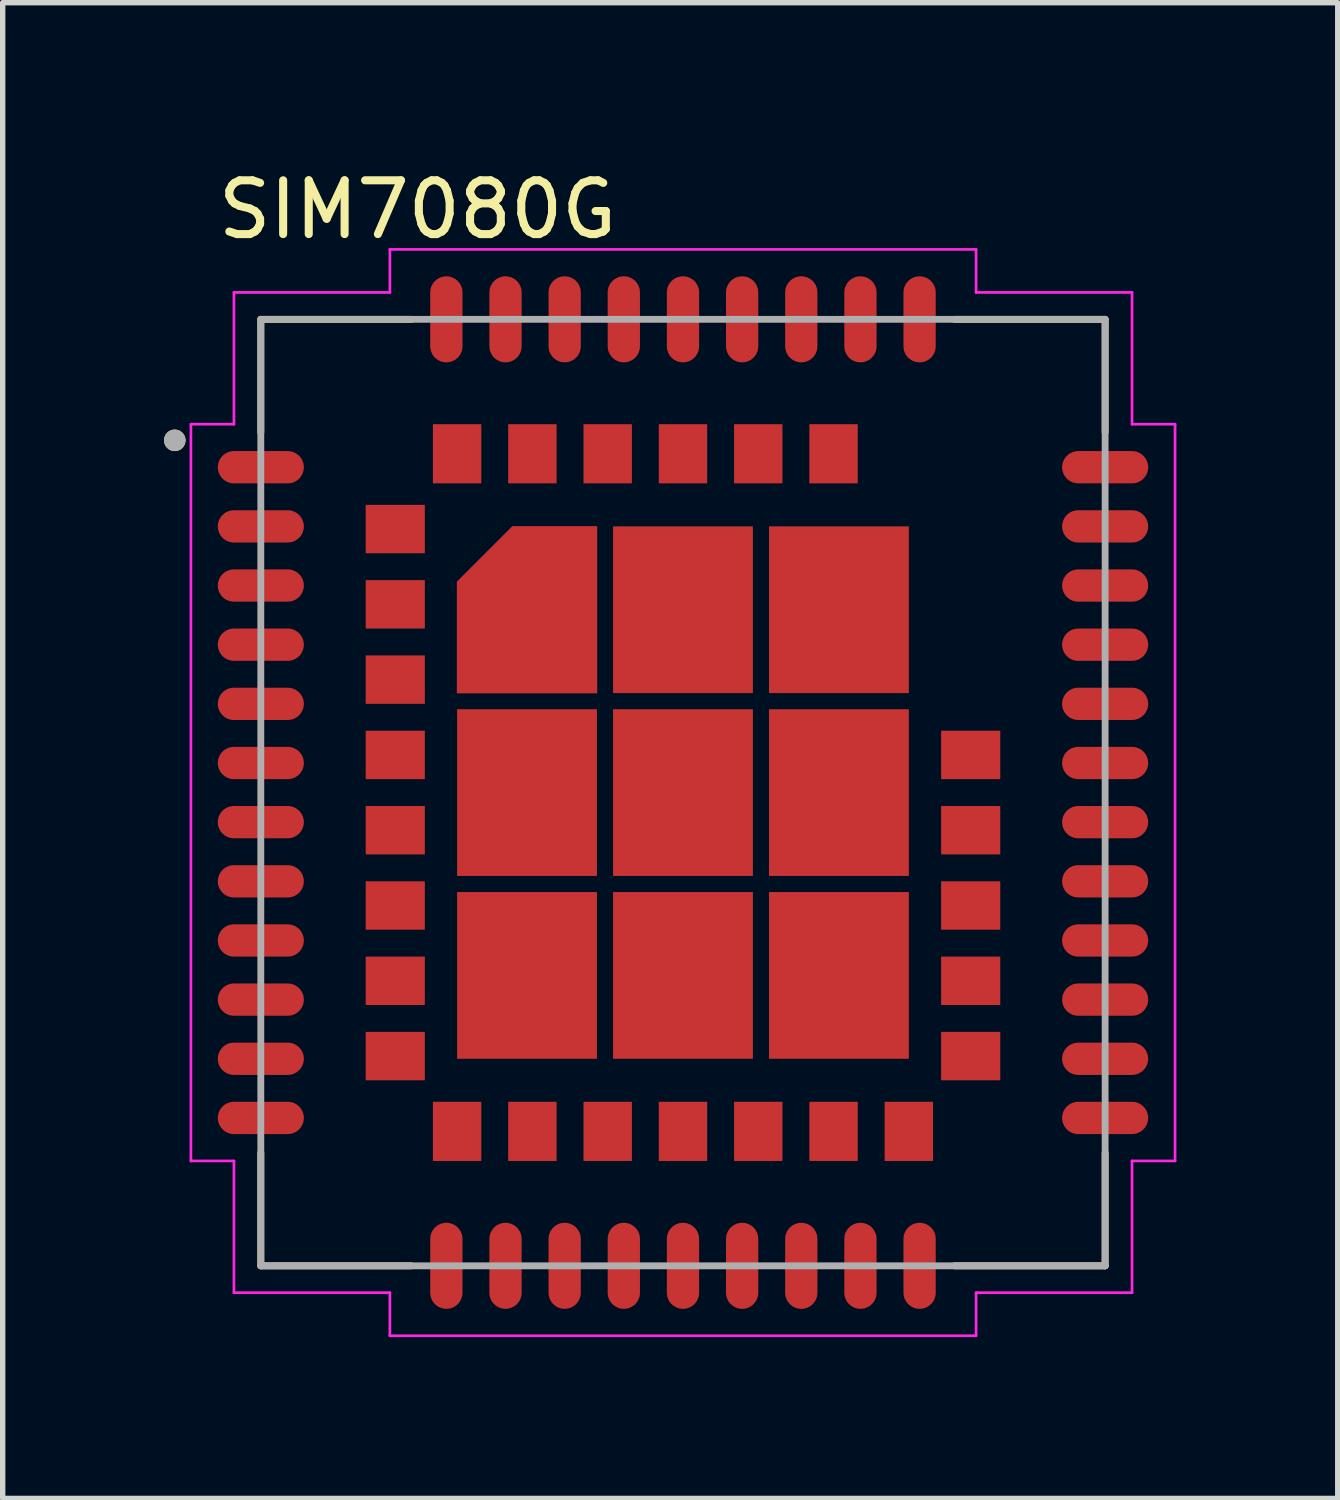
<source format=kicad_pcb>
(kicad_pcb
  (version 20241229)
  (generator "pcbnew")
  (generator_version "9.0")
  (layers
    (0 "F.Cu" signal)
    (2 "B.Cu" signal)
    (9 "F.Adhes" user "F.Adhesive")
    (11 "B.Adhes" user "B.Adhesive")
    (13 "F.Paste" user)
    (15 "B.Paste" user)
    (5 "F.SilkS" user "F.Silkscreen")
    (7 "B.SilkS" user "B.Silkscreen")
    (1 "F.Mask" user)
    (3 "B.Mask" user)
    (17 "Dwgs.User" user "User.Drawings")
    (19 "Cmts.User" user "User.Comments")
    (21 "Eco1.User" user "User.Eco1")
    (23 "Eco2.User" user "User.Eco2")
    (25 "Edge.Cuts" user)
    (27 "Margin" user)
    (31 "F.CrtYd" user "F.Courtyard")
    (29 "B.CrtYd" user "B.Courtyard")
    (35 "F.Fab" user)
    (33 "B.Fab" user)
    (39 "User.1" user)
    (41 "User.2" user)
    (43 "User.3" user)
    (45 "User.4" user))
  (footprint "SIM7080G"
    (layer "F.Cu")
    (at 9.65 11.688)
    (property "Reference" "SIM7080G" (at -4.935 -10.84 0) (layer "F.SilkS") (effects (font (size 1 1) (thickness 0.15))))
    (attr smd)
    (fp_poly (pts (xy -1.5 -1.75) (xy -4.3 -1.75) (xy -4.3 -4.02) (xy -3.27 -5.05) (xy -1.5 -5.05)) (stroke (width 0.01) (type solid)) (fill yes) (layer "F.Mask"))
    (fp_line (start -7.85 -8.8) (end -5.05 -8.8) (stroke (width 0.127) (type solid)) (layer "F.SilkS"))
    (fp_line (start -7.85 -6.7) (end -7.85 -8.8) (stroke (width 0.127) (type solid)) (layer "F.SilkS"))
    (fp_line (start -7.85 8.8) (end -7.85 6.7) (stroke (width 0.127) (type solid)) (layer "F.SilkS"))
    (fp_line (start -5.05 8.8) (end -7.85 8.8) (stroke (width 0.127) (type solid)) (layer "F.SilkS"))
    (fp_line (start 5.05 -8.8) (end 7.85 -8.8) (stroke (width 0.127) (type solid)) (layer "F.SilkS"))
    (fp_line (start 5.05 8.8) (end 7.85 8.8) (stroke (width 0.127) (type solid)) (layer "F.SilkS"))
    (fp_line (start 7.85 -8.8) (end 7.85 -6.7) (stroke (width 0.127) (type solid)) (layer "F.SilkS"))
    (fp_line (start 7.85 8.8) (end 7.85 6.7) (stroke (width 0.127) (type solid)) (layer "F.SilkS"))
    (fp_circle (center -9.45 -6.55) (end -9.35 -6.55) (stroke (width 0.2) (type solid)) (fill no) (layer "F.SilkS"))
    (fp_poly (pts (xy -5.83 -5.25) (xy -5.4 -5.25) (xy -5.4 -4.95) (xy -5.83 -4.95)) (stroke (width 0.01) (type solid)) (fill yes) (layer "F.Paste"))
    (fp_poly (pts (xy -5.83 -4.85) (xy -5.4 -4.85) (xy -5.4 -4.55) (xy -5.83 -4.55)) (stroke (width 0.01) (type solid)) (fill yes) (layer "F.Paste"))
    (fp_poly (pts (xy -5.83 -3.85) (xy -5.4 -3.85) (xy -5.4 -3.55) (xy -5.83 -3.55)) (stroke (width 0.01) (type solid)) (fill yes) (layer "F.Paste"))
    (fp_poly (pts (xy -5.83 -3.45) (xy -5.4 -3.45) (xy -5.4 -3.15) (xy -5.83 -3.15)) (stroke (width 0.01) (type solid)) (fill yes) (layer "F.Paste"))
    (fp_poly (pts (xy -5.83 -2.45) (xy -5.4 -2.45) (xy -5.4 -2.15) (xy -5.83 -2.15)) (stroke (width 0.01) (type solid)) (fill yes) (layer "F.Paste"))
    (fp_poly (pts (xy -5.83 -2.05) (xy -5.4 -2.05) (xy -5.4 -1.75) (xy -5.83 -1.75)) (stroke (width 0.01) (type solid)) (fill yes) (layer "F.Paste"))
    (fp_poly (pts (xy -5.83 -1.05) (xy -5.4 -1.05) (xy -5.4 -0.75) (xy -5.83 -0.75)) (stroke (width 0.01) (type solid)) (fill yes) (layer "F.Paste"))
    (fp_poly (pts (xy -5.83 -0.65) (xy -5.4 -0.65) (xy -5.4 -0.35) (xy -5.83 -0.35)) (stroke (width 0.01) (type solid)) (fill yes) (layer "F.Paste"))
    (fp_poly (pts (xy -5.83 0.35) (xy -5.4 0.35) (xy -5.4 0.65) (xy -5.83 0.65)) (stroke (width 0.01) (type solid)) (fill yes) (layer "F.Paste"))
    (fp_poly (pts (xy -5.83 0.75) (xy -5.4 0.75) (xy -5.4 1.05) (xy -5.83 1.05)) (stroke (width 0.01) (type solid)) (fill yes) (layer "F.Paste"))
    (fp_poly (pts (xy -5.83 1.75) (xy -5.4 1.75) (xy -5.4 2.05) (xy -5.83 2.05)) (stroke (width 0.01) (type solid)) (fill yes) (layer "F.Paste"))
    (fp_poly (pts (xy -5.83 2.15) (xy -5.4 2.15) (xy -5.4 2.45) (xy -5.83 2.45)) (stroke (width 0.01) (type solid)) (fill yes) (layer "F.Paste"))
    (fp_poly (pts (xy -5.83 3.15) (xy -5.4 3.15) (xy -5.4 3.45) (xy -5.83 3.45)) (stroke (width 0.01) (type solid)) (fill yes) (layer "F.Paste"))
    (fp_poly (pts (xy -5.83 3.55) (xy -5.4 3.55) (xy -5.4 3.85) (xy -5.83 3.85)) (stroke (width 0.01) (type solid)) (fill yes) (layer "F.Paste"))
    (fp_poly (pts (xy -5.83 4.55) (xy -5.4 4.55) (xy -5.4 4.85) (xy -5.83 4.85)) (stroke (width 0.01) (type solid)) (fill yes) (layer "F.Paste"))
    (fp_poly (pts (xy -5.83 4.95) (xy -5.4 4.95) (xy -5.4 5.25) (xy -5.83 5.25)) (stroke (width 0.01) (type solid)) (fill yes) (layer "F.Paste"))
    (fp_poly (pts (xy -5.3 -5.25) (xy -4.87 -5.25) (xy -4.87 -4.95) (xy -5.3 -4.95)) (stroke (width 0.01) (type solid)) (fill yes) (layer "F.Paste"))
    (fp_poly (pts (xy -5.3 -4.85) (xy -4.87 -4.85) (xy -4.87 -4.55) (xy -5.3 -4.55)) (stroke (width 0.01) (type solid)) (fill yes) (layer "F.Paste"))
    (fp_poly (pts (xy -5.3 -3.85) (xy -4.87 -3.85) (xy -4.87 -3.55) (xy -5.3 -3.55)) (stroke (width 0.01) (type solid)) (fill yes) (layer "F.Paste"))
    (fp_poly (pts (xy -5.3 -3.45) (xy -4.87 -3.45) (xy -4.87 -3.15) (xy -5.3 -3.15)) (stroke (width 0.01) (type solid)) (fill yes) (layer "F.Paste"))
    (fp_poly (pts (xy -5.3 -2.45) (xy -4.87 -2.45) (xy -4.87 -2.15) (xy -5.3 -2.15)) (stroke (width 0.01) (type solid)) (fill yes) (layer "F.Paste"))
    (fp_poly (pts (xy -5.3 -2.05) (xy -4.87 -2.05) (xy -4.87 -1.75) (xy -5.3 -1.75)) (stroke (width 0.01) (type solid)) (fill yes) (layer "F.Paste"))
    (fp_poly (pts (xy -5.3 -1.05) (xy -4.87 -1.05) (xy -4.87 -0.75) (xy -5.3 -0.75)) (stroke (width 0.01) (type solid)) (fill yes) (layer "F.Paste"))
    (fp_poly (pts (xy -5.3 -0.65) (xy -4.87 -0.65) (xy -4.87 -0.35) (xy -5.3 -0.35)) (stroke (width 0.01) (type solid)) (fill yes) (layer "F.Paste"))
    (fp_poly (pts (xy -5.3 0.35) (xy -4.87 0.35) (xy -4.87 0.65) (xy -5.3 0.65)) (stroke (width 0.01) (type solid)) (fill yes) (layer "F.Paste"))
    (fp_poly (pts (xy -5.3 0.75) (xy -4.87 0.75) (xy -4.87 1.05) (xy -5.3 1.05)) (stroke (width 0.01) (type solid)) (fill yes) (layer "F.Paste"))
    (fp_poly (pts (xy -5.3 1.75) (xy -4.87 1.75) (xy -4.87 2.05) (xy -5.3 2.05)) (stroke (width 0.01) (type solid)) (fill yes) (layer "F.Paste"))
    (fp_poly (pts (xy -5.3 2.15) (xy -4.87 2.15) (xy -4.87 2.45) (xy -5.3 2.45)) (stroke (width 0.01) (type solid)) (fill yes) (layer "F.Paste"))
    (fp_poly (pts (xy -5.3 3.15) (xy -4.87 3.15) (xy -4.87 3.45) (xy -5.3 3.45)) (stroke (width 0.01) (type solid)) (fill yes) (layer "F.Paste"))
    (fp_poly (pts (xy -5.3 3.55) (xy -4.87 3.55) (xy -4.87 3.85) (xy -5.3 3.85)) (stroke (width 0.01) (type solid)) (fill yes) (layer "F.Paste"))
    (fp_poly (pts (xy -5.3 4.55) (xy -4.87 4.55) (xy -4.87 4.85) (xy -5.3 4.85)) (stroke (width 0.01) (type solid)) (fill yes) (layer "F.Paste"))
    (fp_poly (pts (xy -5.3 4.95) (xy -4.87 4.95) (xy -4.87 5.25) (xy -5.3 5.25)) (stroke (width 0.01) (type solid)) (fill yes) (layer "F.Paste"))
    (fp_poly (pts (xy -4.55 -6.78) (xy -4.25 -6.78) (xy -4.25 -6.35) (xy -4.55 -6.35)) (stroke (width 0.01) (type solid)) (fill yes) (layer "F.Paste"))
    (fp_poly (pts (xy -4.55 -6.25) (xy -4.25 -6.25) (xy -4.25 -5.82) (xy -4.55 -5.82)) (stroke (width 0.01) (type solid)) (fill yes) (layer "F.Paste"))
    (fp_poly (pts (xy -4.55 5.82) (xy -4.25 5.82) (xy -4.25 6.25) (xy -4.55 6.25)) (stroke (width 0.01) (type solid)) (fill yes) (layer "F.Paste"))
    (fp_poly (pts (xy -4.55 6.35) (xy -4.25 6.35) (xy -4.25 6.78) (xy -4.55 6.78)) (stroke (width 0.01) (type solid)) (fill yes) (layer "F.Paste"))
    (fp_poly (pts (xy -4.15 -6.78) (xy -3.85 -6.78) (xy -3.85 -6.35) (xy -4.15 -6.35)) (stroke (width 0.01) (type solid)) (fill yes) (layer "F.Paste"))
    (fp_poly (pts (xy -4.15 -6.25) (xy -3.85 -6.25) (xy -3.85 -5.82) (xy -4.15 -5.82)) (stroke (width 0.01) (type solid)) (fill yes) (layer "F.Paste"))
    (fp_poly (pts (xy -4.15 5.82) (xy -3.85 5.82) (xy -3.85 6.25) (xy -4.15 6.25)) (stroke (width 0.01) (type solid)) (fill yes) (layer "F.Paste"))
    (fp_poly (pts (xy -4.15 6.35) (xy -3.85 6.35) (xy -3.85 6.78) (xy -4.15 6.78)) (stroke (width 0.01) (type solid)) (fill yes) (layer "F.Paste"))
    (fp_poly (pts (xy -3.9 -3.1) (xy -3.2 -3.1) (xy -3.2 -2.15) (xy -3.9 -2.15)) (stroke (width 0.01) (type solid)) (fill yes) (layer "F.Paste"))
    (fp_poly (pts (xy -3.9 -1.25) (xy -3.2 -1.25) (xy -3.2 -0.3) (xy -3.9 -0.3)) (stroke (width 0.01) (type solid)) (fill yes) (layer "F.Paste"))
    (fp_poly (pts (xy -3.9 0.3) (xy -3.2 0.3) (xy -3.2 1.25) (xy -3.9 1.25)) (stroke (width 0.01) (type solid)) (fill yes) (layer "F.Paste"))
    (fp_poly (pts (xy -3.9 2.15) (xy -3.2 2.15) (xy -3.2 3.1) (xy -3.9 3.1)) (stroke (width 0.01) (type solid)) (fill yes) (layer "F.Paste"))
    (fp_poly (pts (xy -3.9 3.7) (xy -3.2 3.7) (xy -3.2 4.65) (xy -3.9 4.65)) (stroke (width 0.01) (type solid)) (fill yes) (layer "F.Paste"))
    (fp_poly (pts (xy -3.2 -3.7) (xy -3.2 -4.63) (xy -3.9 -3.93) (xy -3.9 -3.7)) (stroke (width 0.01) (type solid)) (fill yes) (layer "F.Paste"))
    (fp_poly (pts (xy -3.15 -6.78) (xy -2.85 -6.78) (xy -2.85 -6.35) (xy -3.15 -6.35)) (stroke (width 0.01) (type solid)) (fill yes) (layer "F.Paste"))
    (fp_poly (pts (xy -3.15 -6.25) (xy -2.85 -6.25) (xy -2.85 -5.82) (xy -3.15 -5.82)) (stroke (width 0.01) (type solid)) (fill yes) (layer "F.Paste"))
    (fp_poly (pts (xy -3.15 5.82) (xy -2.85 5.82) (xy -2.85 6.25) (xy -3.15 6.25)) (stroke (width 0.01) (type solid)) (fill yes) (layer "F.Paste"))
    (fp_poly (pts (xy -3.15 6.35) (xy -2.85 6.35) (xy -2.85 6.78) (xy -3.15 6.78)) (stroke (width 0.01) (type solid)) (fill yes) (layer "F.Paste"))
    (fp_poly (pts (xy -2.75 -6.78) (xy -2.45 -6.78) (xy -2.45 -6.35) (xy -2.75 -6.35)) (stroke (width 0.01) (type solid)) (fill yes) (layer "F.Paste"))
    (fp_poly (pts (xy -2.75 -6.25) (xy -2.45 -6.25) (xy -2.45 -5.82) (xy -2.75 -5.82)) (stroke (width 0.01) (type solid)) (fill yes) (layer "F.Paste"))
    (fp_poly (pts (xy -2.75 5.82) (xy -2.45 5.82) (xy -2.45 6.25) (xy -2.75 6.25)) (stroke (width 0.01) (type solid)) (fill yes) (layer "F.Paste"))
    (fp_poly (pts (xy -2.75 6.35) (xy -2.45 6.35) (xy -2.45 6.78) (xy -2.75 6.78)) (stroke (width 0.01) (type solid)) (fill yes) (layer "F.Paste"))
    (fp_poly (pts (xy -2.6 -4.65) (xy -1.9 -4.65) (xy -1.9 -3.7) (xy -2.6 -3.7)) (stroke (width 0.01) (type solid)) (fill yes) (layer "F.Paste"))
    (fp_poly (pts (xy -2.6 -3.1) (xy -1.9 -3.1) (xy -1.9 -2.15) (xy -2.6 -2.15)) (stroke (width 0.01) (type solid)) (fill yes) (layer "F.Paste"))
    (fp_poly (pts (xy -2.6 -1.25) (xy -1.9 -1.25) (xy -1.9 -0.3) (xy -2.6 -0.3)) (stroke (width 0.01) (type solid)) (fill yes) (layer "F.Paste"))
    (fp_poly (pts (xy -2.6 0.3) (xy -1.9 0.3) (xy -1.9 1.25) (xy -2.6 1.25)) (stroke (width 0.01) (type solid)) (fill yes) (layer "F.Paste"))
    (fp_poly (pts (xy -2.6 2.15) (xy -1.9 2.15) (xy -1.9 3.1) (xy -2.6 3.1)) (stroke (width 0.01) (type solid)) (fill yes) (layer "F.Paste"))
    (fp_poly (pts (xy -2.6 3.7) (xy -1.9 3.7) (xy -1.9 4.65) (xy -2.6 4.65)) (stroke (width 0.01) (type solid)) (fill yes) (layer "F.Paste"))
    (fp_poly (pts (xy -1.75 -6.78) (xy -1.45 -6.78) (xy -1.45 -6.35) (xy -1.75 -6.35)) (stroke (width 0.01) (type solid)) (fill yes) (layer "F.Paste"))
    (fp_poly (pts (xy -1.75 -6.25) (xy -1.45 -6.25) (xy -1.45 -5.82) (xy -1.75 -5.82)) (stroke (width 0.01) (type solid)) (fill yes) (layer "F.Paste"))
    (fp_poly (pts (xy -1.75 5.82) (xy -1.45 5.82) (xy -1.45 6.25) (xy -1.75 6.25)) (stroke (width 0.01) (type solid)) (fill yes) (layer "F.Paste"))
    (fp_poly (pts (xy -1.75 6.35) (xy -1.45 6.35) (xy -1.45 6.78) (xy -1.75 6.78)) (stroke (width 0.01) (type solid)) (fill yes) (layer "F.Paste"))
    (fp_poly (pts (xy -1.35 -6.78) (xy -1.05 -6.78) (xy -1.05 -6.35) (xy -1.35 -6.35)) (stroke (width 0.01) (type solid)) (fill yes) (layer "F.Paste"))
    (fp_poly (pts (xy -1.35 -6.25) (xy -1.05 -6.25) (xy -1.05 -5.82) (xy -1.35 -5.82)) (stroke (width 0.01) (type solid)) (fill yes) (layer "F.Paste"))
    (fp_poly (pts (xy -1.35 5.82) (xy -1.05 5.82) (xy -1.05 6.25) (xy -1.35 6.25)) (stroke (width 0.01) (type solid)) (fill yes) (layer "F.Paste"))
    (fp_poly (pts (xy -1.35 6.35) (xy -1.05 6.35) (xy -1.05 6.78) (xy -1.35 6.78)) (stroke (width 0.01) (type solid)) (fill yes) (layer "F.Paste"))
    (fp_poly (pts (xy -1 -4.65) (xy -0.3 -4.65) (xy -0.3 -3.7) (xy -1 -3.7)) (stroke (width 0.01) (type solid)) (fill yes) (layer "F.Paste"))
    (fp_poly (pts (xy -1 -3.1) (xy -0.3 -3.1) (xy -0.3 -2.15) (xy -1 -2.15)) (stroke (width 0.01) (type solid)) (fill yes) (layer "F.Paste"))
    (fp_poly (pts (xy -1 -1.25) (xy -0.3 -1.25) (xy -0.3 -0.3) (xy -1 -0.3)) (stroke (width 0.01) (type solid)) (fill yes) (layer "F.Paste"))
    (fp_poly (pts (xy -1 0.3) (xy -0.3 0.3) (xy -0.3 1.25) (xy -1 1.25)) (stroke (width 0.01) (type solid)) (fill yes) (layer "F.Paste"))
    (fp_poly (pts (xy -1 2.15) (xy -0.3 2.15) (xy -0.3 3.1) (xy -1 3.1)) (stroke (width 0.01) (type solid)) (fill yes) (layer "F.Paste"))
    (fp_poly (pts (xy -1 3.7) (xy -0.3 3.7) (xy -0.3 4.65) (xy -1 4.65)) (stroke (width 0.01) (type solid)) (fill yes) (layer "F.Paste"))
    (fp_poly (pts (xy -0.35 -6.78) (xy -0.05 -6.78) (xy -0.05 -6.35) (xy -0.35 -6.35)) (stroke (width 0.01) (type solid)) (fill yes) (layer "F.Paste"))
    (fp_poly (pts (xy -0.35 -6.25) (xy -0.05 -6.25) (xy -0.05 -5.82) (xy -0.35 -5.82)) (stroke (width 0.01) (type solid)) (fill yes) (layer "F.Paste"))
    (fp_poly (pts (xy -0.35 5.82) (xy -0.05 5.82) (xy -0.05 6.25) (xy -0.35 6.25)) (stroke (width 0.01) (type solid)) (fill yes) (layer "F.Paste"))
    (fp_poly (pts (xy -0.35 6.35) (xy -0.05 6.35) (xy -0.05 6.78) (xy -0.35 6.78)) (stroke (width 0.01) (type solid)) (fill yes) (layer "F.Paste"))
    (fp_poly (pts (xy 0.05 -6.78) (xy 0.35 -6.78) (xy 0.35 -6.35) (xy 0.05 -6.35)) (stroke (width 0.01) (type solid)) (fill yes) (layer "F.Paste"))
    (fp_poly (pts (xy 0.05 -6.25) (xy 0.35 -6.25) (xy 0.35 -5.82) (xy 0.05 -5.82)) (stroke (width 0.01) (type solid)) (fill yes) (layer "F.Paste"))
    (fp_poly (pts (xy 0.05 5.82) (xy 0.35 5.82) (xy 0.35 6.25) (xy 0.05 6.25)) (stroke (width 0.01) (type solid)) (fill yes) (layer "F.Paste"))
    (fp_poly (pts (xy 0.05 6.35) (xy 0.35 6.35) (xy 0.35 6.78) (xy 0.05 6.78)) (stroke (width 0.01) (type solid)) (fill yes) (layer "F.Paste"))
    (fp_poly (pts (xy 0.3 -4.65) (xy 1 -4.65) (xy 1 -3.7) (xy 0.3 -3.7)) (stroke (width 0.01) (type solid)) (fill yes) (layer "F.Paste"))
    (fp_poly (pts (xy 0.3 -3.1) (xy 1 -3.1) (xy 1 -2.15) (xy 0.3 -2.15)) (stroke (width 0.01) (type solid)) (fill yes) (layer "F.Paste"))
    (fp_poly (pts (xy 0.3 -1.25) (xy 1 -1.25) (xy 1 -0.3) (xy 0.3 -0.3)) (stroke (width 0.01) (type solid)) (fill yes) (layer "F.Paste"))
    (fp_poly (pts (xy 0.3 0.3) (xy 1 0.3) (xy 1 1.25) (xy 0.3 1.25)) (stroke (width 0.01) (type solid)) (fill yes) (layer "F.Paste"))
    (fp_poly (pts (xy 0.3 2.15) (xy 1 2.15) (xy 1 3.1) (xy 0.3 3.1)) (stroke (width 0.01) (type solid)) (fill yes) (layer "F.Paste"))
    (fp_poly (pts (xy 0.3 3.7) (xy 1 3.7) (xy 1 4.65) (xy 0.3 4.65)) (stroke (width 0.01) (type solid)) (fill yes) (layer "F.Paste"))
    (fp_poly (pts (xy 1.05 -6.78) (xy 1.35 -6.78) (xy 1.35 -6.35) (xy 1.05 -6.35)) (stroke (width 0.01) (type solid)) (fill yes) (layer "F.Paste"))
    (fp_poly (pts (xy 1.05 -6.25) (xy 1.35 -6.25) (xy 1.35 -5.82) (xy 1.05 -5.82)) (stroke (width 0.01) (type solid)) (fill yes) (layer "F.Paste"))
    (fp_poly (pts (xy 1.05 5.82) (xy 1.35 5.82) (xy 1.35 6.25) (xy 1.05 6.25)) (stroke (width 0.01) (type solid)) (fill yes) (layer "F.Paste"))
    (fp_poly (pts (xy 1.05 6.35) (xy 1.35 6.35) (xy 1.35 6.78) (xy 1.05 6.78)) (stroke (width 0.01) (type solid)) (fill yes) (layer "F.Paste"))
    (fp_poly (pts (xy 1.45 -6.78) (xy 1.75 -6.78) (xy 1.75 -6.35) (xy 1.45 -6.35)) (stroke (width 0.01) (type solid)) (fill yes) (layer "F.Paste"))
    (fp_poly (pts (xy 1.45 -6.25) (xy 1.75 -6.25) (xy 1.75 -5.82) (xy 1.45 -5.82)) (stroke (width 0.01) (type solid)) (fill yes) (layer "F.Paste"))
    (fp_poly (pts (xy 1.45 5.82) (xy 1.75 5.82) (xy 1.75 6.25) (xy 1.45 6.25)) (stroke (width 0.01) (type solid)) (fill yes) (layer "F.Paste"))
    (fp_poly (pts (xy 1.45 6.35) (xy 1.75 6.35) (xy 1.75 6.78) (xy 1.45 6.78)) (stroke (width 0.01) (type solid)) (fill yes) (layer "F.Paste"))
    (fp_poly (pts (xy 1.9 -4.65) (xy 2.6 -4.65) (xy 2.6 -3.7) (xy 1.9 -3.7)) (stroke (width 0.01) (type solid)) (fill yes) (layer "F.Paste"))
    (fp_poly (pts (xy 1.9 -3.1) (xy 2.6 -3.1) (xy 2.6 -2.15) (xy 1.9 -2.15)) (stroke (width 0.01) (type solid)) (fill yes) (layer "F.Paste"))
    (fp_poly (pts (xy 1.9 -1.25) (xy 2.6 -1.25) (xy 2.6 -0.3) (xy 1.9 -0.3)) (stroke (width 0.01) (type solid)) (fill yes) (layer "F.Paste"))
    (fp_poly (pts (xy 1.9 0.3) (xy 2.6 0.3) (xy 2.6 1.25) (xy 1.9 1.25)) (stroke (width 0.01) (type solid)) (fill yes) (layer "F.Paste"))
    (fp_poly (pts (xy 1.9 2.15) (xy 2.6 2.15) (xy 2.6 3.1) (xy 1.9 3.1)) (stroke (width 0.01) (type solid)) (fill yes) (layer "F.Paste"))
    (fp_poly (pts (xy 1.9 3.7) (xy 2.6 3.7) (xy 2.6 4.65) (xy 1.9 4.65)) (stroke (width 0.01) (type solid)) (fill yes) (layer "F.Paste"))
    (fp_poly (pts (xy 2.45 -6.78) (xy 2.75 -6.78) (xy 2.75 -6.35) (xy 2.45 -6.35)) (stroke (width 0.01) (type solid)) (fill yes) (layer "F.Paste"))
    (fp_poly (pts (xy 2.45 -6.25) (xy 2.75 -6.25) (xy 2.75 -5.82) (xy 2.45 -5.82)) (stroke (width 0.01) (type solid)) (fill yes) (layer "F.Paste"))
    (fp_poly (pts (xy 2.45 5.82) (xy 2.75 5.82) (xy 2.75 6.25) (xy 2.45 6.25)) (stroke (width 0.01) (type solid)) (fill yes) (layer "F.Paste"))
    (fp_poly (pts (xy 2.45 6.35) (xy 2.75 6.35) (xy 2.75 6.78) (xy 2.45 6.78)) (stroke (width 0.01) (type solid)) (fill yes) (layer "F.Paste"))
    (fp_poly (pts (xy 2.85 -6.78) (xy 3.15 -6.78) (xy 3.15 -6.35) (xy 2.85 -6.35)) (stroke (width 0.01) (type solid)) (fill yes) (layer "F.Paste"))
    (fp_poly (pts (xy 2.85 -6.25) (xy 3.15 -6.25) (xy 3.15 -5.82) (xy 2.85 -5.82)) (stroke (width 0.01) (type solid)) (fill yes) (layer "F.Paste"))
    (fp_poly (pts (xy 2.85 5.82) (xy 3.15 5.82) (xy 3.15 6.25) (xy 2.85 6.25)) (stroke (width 0.01) (type solid)) (fill yes) (layer "F.Paste"))
    (fp_poly (pts (xy 2.85 6.35) (xy 3.15 6.35) (xy 3.15 6.78) (xy 2.85 6.78)) (stroke (width 0.01) (type solid)) (fill yes) (layer "F.Paste"))
    (fp_poly (pts (xy 3.2 -4.65) (xy 3.9 -4.65) (xy 3.9 -3.7) (xy 3.2 -3.7)) (stroke (width 0.01) (type solid)) (fill yes) (layer "F.Paste"))
    (fp_poly (pts (xy 3.2 -3.1) (xy 3.9 -3.1) (xy 3.9 -2.15) (xy 3.2 -2.15)) (stroke (width 0.01) (type solid)) (fill yes) (layer "F.Paste"))
    (fp_poly (pts (xy 3.2 -1.25) (xy 3.9 -1.25) (xy 3.9 -0.3) (xy 3.2 -0.3)) (stroke (width 0.01) (type solid)) (fill yes) (layer "F.Paste"))
    (fp_poly (pts (xy 3.2 0.3) (xy 3.9 0.3) (xy 3.9 1.25) (xy 3.2 1.25)) (stroke (width 0.01) (type solid)) (fill yes) (layer "F.Paste"))
    (fp_poly (pts (xy 3.2 2.15) (xy 3.9 2.15) (xy 3.9 3.1) (xy 3.2 3.1)) (stroke (width 0.01) (type solid)) (fill yes) (layer "F.Paste"))
    (fp_poly (pts (xy 3.2 3.7) (xy 3.9 3.7) (xy 3.9 4.65) (xy 3.2 4.65)) (stroke (width 0.01) (type solid)) (fill yes) (layer "F.Paste"))
    (fp_poly (pts (xy 3.85 5.82) (xy 4.15 5.82) (xy 4.15 6.25) (xy 3.85 6.25)) (stroke (width 0.01) (type solid)) (fill yes) (layer "F.Paste"))
    (fp_poly (pts (xy 3.85 6.35) (xy 4.15 6.35) (xy 4.15 6.78) (xy 3.85 6.78)) (stroke (width 0.01) (type solid)) (fill yes) (layer "F.Paste"))
    (fp_poly (pts (xy 4.25 5.82) (xy 4.55 5.82) (xy 4.55 6.25) (xy 4.25 6.25)) (stroke (width 0.01) (type solid)) (fill yes) (layer "F.Paste"))
    (fp_poly (pts (xy 4.25 6.35) (xy 4.55 6.35) (xy 4.55 6.78) (xy 4.25 6.78)) (stroke (width 0.01) (type solid)) (fill yes) (layer "F.Paste"))
    (fp_poly (pts (xy 4.87 -1.05) (xy 5.3 -1.05) (xy 5.3 -0.75) (xy 4.87 -0.75)) (stroke (width 0.01) (type solid)) (fill yes) (layer "F.Paste"))
    (fp_poly (pts (xy 4.87 -0.65) (xy 5.3 -0.65) (xy 5.3 -0.35) (xy 4.87 -0.35)) (stroke (width 0.01) (type solid)) (fill yes) (layer "F.Paste"))
    (fp_poly (pts (xy 4.87 0.35) (xy 5.3 0.35) (xy 5.3 0.65) (xy 4.87 0.65)) (stroke (width 0.01) (type solid)) (fill yes) (layer "F.Paste"))
    (fp_poly (pts (xy 4.87 0.75) (xy 5.3 0.75) (xy 5.3 1.05) (xy 4.87 1.05)) (stroke (width 0.01) (type solid)) (fill yes) (layer "F.Paste"))
    (fp_poly (pts (xy 4.87 1.75) (xy 5.3 1.75) (xy 5.3 2.05) (xy 4.87 2.05)) (stroke (width 0.01) (type solid)) (fill yes) (layer "F.Paste"))
    (fp_poly (pts (xy 4.87 2.15) (xy 5.3 2.15) (xy 5.3 2.45) (xy 4.87 2.45)) (stroke (width 0.01) (type solid)) (fill yes) (layer "F.Paste"))
    (fp_poly (pts (xy 4.87 3.15) (xy 5.3 3.15) (xy 5.3 3.45) (xy 4.87 3.45)) (stroke (width 0.01) (type solid)) (fill yes) (layer "F.Paste"))
    (fp_poly (pts (xy 4.87 3.55) (xy 5.3 3.55) (xy 5.3 3.85) (xy 4.87 3.85)) (stroke (width 0.01) (type solid)) (fill yes) (layer "F.Paste"))
    (fp_poly (pts (xy 4.87 4.55) (xy 5.3 4.55) (xy 5.3 4.85) (xy 4.87 4.85)) (stroke (width 0.01) (type solid)) (fill yes) (layer "F.Paste"))
    (fp_poly (pts (xy 4.87 4.95) (xy 5.3 4.95) (xy 5.3 5.25) (xy 4.87 5.25)) (stroke (width 0.01) (type solid)) (fill yes) (layer "F.Paste"))
    (fp_poly (pts (xy 5.4 -1.05) (xy 5.83 -1.05) (xy 5.83 -0.75) (xy 5.4 -0.75)) (stroke (width 0.01) (type solid)) (fill yes) (layer "F.Paste"))
    (fp_poly (pts (xy 5.4 -0.65) (xy 5.83 -0.65) (xy 5.83 -0.35) (xy 5.4 -0.35)) (stroke (width 0.01) (type solid)) (fill yes) (layer "F.Paste"))
    (fp_poly (pts (xy 5.4 0.35) (xy 5.83 0.35) (xy 5.83 0.65) (xy 5.4 0.65)) (stroke (width 0.01) (type solid)) (fill yes) (layer "F.Paste"))
    (fp_poly (pts (xy 5.4 0.75) (xy 5.83 0.75) (xy 5.83 1.05) (xy 5.4 1.05)) (stroke (width 0.01) (type solid)) (fill yes) (layer "F.Paste"))
    (fp_poly (pts (xy 5.4 1.75) (xy 5.83 1.75) (xy 5.83 2.05) (xy 5.4 2.05)) (stroke (width 0.01) (type solid)) (fill yes) (layer "F.Paste"))
    (fp_poly (pts (xy 5.4 2.15) (xy 5.83 2.15) (xy 5.83 2.45) (xy 5.4 2.45)) (stroke (width 0.01) (type solid)) (fill yes) (layer "F.Paste"))
    (fp_poly (pts (xy 5.4 3.15) (xy 5.83 3.15) (xy 5.83 3.45) (xy 5.4 3.45)) (stroke (width 0.01) (type solid)) (fill yes) (layer "F.Paste"))
    (fp_poly (pts (xy 5.4 3.55) (xy 5.83 3.55) (xy 5.83 3.85) (xy 5.4 3.85)) (stroke (width 0.01) (type solid)) (fill yes) (layer "F.Paste"))
    (fp_poly (pts (xy 5.4 4.55) (xy 5.83 4.55) (xy 5.83 4.85) (xy 5.4 4.85)) (stroke (width 0.01) (type solid)) (fill yes) (layer "F.Paste"))
    (fp_poly (pts (xy 5.4 4.95) (xy 5.83 4.95) (xy 5.83 5.25) (xy 5.4 5.25)) (stroke (width 0.01) (type solid)) (fill yes) (layer "F.Paste"))
    (fp_poly (pts (xy -8.575 -6.325) (xy -7.325 -6.325) (xy -7.311 -6.325) (xy -7.296 -6.323) (xy -7.282 -6.322) (xy -7.268 -6.319) (xy -7.254 -6.316) (xy -7.24 -6.312) (xy -7.226 -6.307) (xy -7.213 -6.301) (xy -7.2 -6.295) (xy -7.188 -6.288) (xy -7.175 -6.281) (xy -7.163 -6.272) (xy -7.152 -6.264) (xy -7.141 -6.254) (xy -7.131 -6.244) (xy -7.121 -6.234) (xy -7.111 -6.223) (xy -7.103 -6.212) (xy -7.094 -6.2) (xy -7.087 -6.188) (xy -7.08 -6.175) (xy -7.074 -6.162) (xy -7.068 -6.149) (xy -7.063 -6.135) (xy -7.059 -6.121) (xy -7.056 -6.107) (xy -7.053 -6.093) (xy -7.052 -6.079) (xy -7.05 -6.064) (xy -7.05 -6.05) (xy -7.05 -6.036) (xy -7.052 -6.021) (xy -7.053 -6.007) (xy -7.056 -5.993) (xy -7.059 -5.979) (xy -7.063 -5.965) (xy -7.068 -5.951) (xy -7.074 -5.938) (xy -7.08 -5.925) (xy -7.087 -5.912) (xy -7.094 -5.9) (xy -7.103 -5.888) (xy -7.111 -5.877) (xy -7.121 -5.866) (xy -7.131 -5.856) (xy -7.141 -5.846) (xy -7.152 -5.836) (xy -7.163 -5.828) (xy -7.175 -5.819) (xy -7.188 -5.812) (xy -7.2 -5.805) (xy -7.213 -5.799) (xy -7.226 -5.793) (xy -7.24 -5.788) (xy -7.254 -5.784) (xy -7.268 -5.781) (xy -7.282 -5.778) (xy -7.296 -5.777) (xy -7.311 -5.775) (xy -7.325 -5.775) (xy -8.575 -5.775) (xy -8.589 -5.775) (xy -8.604 -5.777) (xy -8.618 -5.778) (xy -8.632 -5.781) (xy -8.646 -5.784) (xy -8.66 -5.788) (xy -8.674 -5.793) (xy -8.687 -5.799) (xy -8.7 -5.805) (xy -8.712 -5.812) (xy -8.725 -5.819) (xy -8.737 -5.828) (xy -8.748 -5.836) (xy -8.759 -5.846) (xy -8.769 -5.856) (xy -8.779 -5.866) (xy -8.789 -5.877) (xy -8.797 -5.888) (xy -8.806 -5.9) (xy -8.813 -5.912) (xy -8.82 -5.925) (xy -8.826 -5.938) (xy -8.832 -5.951) (xy -8.837 -5.965) (xy -8.841 -5.979) (xy -8.844 -5.993) (xy -8.847 -6.007) (xy -8.848 -6.021) (xy -8.85 -6.036) (xy -8.85 -6.05) (xy -8.85 -6.064) (xy -8.848 -6.079) (xy -8.847 -6.093) (xy -8.844 -6.107) (xy -8.841 -6.121) (xy -8.837 -6.135) (xy -8.832 -6.149) (xy -8.826 -6.162) (xy -8.82 -6.175) (xy -8.813 -6.188) (xy -8.806 -6.2) (xy -8.797 -6.212) (xy -8.789 -6.223) (xy -8.779 -6.234) (xy -8.769 -6.244) (xy -8.759 -6.254) (xy -8.748 -6.264) (xy -8.737 -6.272) (xy -8.725 -6.281) (xy -8.712 -6.288) (xy -8.7 -6.295) (xy -8.687 -6.301) (xy -8.674 -6.307) (xy -8.66 -6.312) (xy -8.646 -6.316) (xy -8.632 -6.319) (xy -8.618 -6.322) (xy -8.604 -6.323) (xy -8.589 -6.325) (xy -8.575 -6.325)) (stroke (width 0.01) (type solid)) (fill yes) (layer "F.Paste"))
    (fp_poly (pts (xy -8.575 -5.225) (xy -7.325 -5.225) (xy -7.311 -5.225) (xy -7.296 -5.223) (xy -7.282 -5.222) (xy -7.268 -5.219) (xy -7.254 -5.216) (xy -7.24 -5.212) (xy -7.226 -5.207) (xy -7.213 -5.201) (xy -7.2 -5.195) (xy -7.188 -5.188) (xy -7.175 -5.181) (xy -7.163 -5.172) (xy -7.152 -5.164) (xy -7.141 -5.154) (xy -7.131 -5.144) (xy -7.121 -5.134) (xy -7.111 -5.123) (xy -7.103 -5.112) (xy -7.094 -5.1) (xy -7.087 -5.088) (xy -7.08 -5.075) (xy -7.074 -5.062) (xy -7.068 -5.049) (xy -7.063 -5.035) (xy -7.059 -5.021) (xy -7.056 -5.007) (xy -7.053 -4.993) (xy -7.052 -4.979) (xy -7.05 -4.964) (xy -7.05 -4.95) (xy -7.05 -4.936) (xy -7.052 -4.921) (xy -7.053 -4.907) (xy -7.056 -4.893) (xy -7.059 -4.879) (xy -7.063 -4.865) (xy -7.068 -4.851) (xy -7.074 -4.838) (xy -7.08 -4.825) (xy -7.087 -4.813) (xy -7.094 -4.8) (xy -7.103 -4.788) (xy -7.111 -4.777) (xy -7.121 -4.766) (xy -7.131 -4.756) (xy -7.141 -4.746) (xy -7.152 -4.736) (xy -7.163 -4.728) (xy -7.175 -4.719) (xy -7.188 -4.712) (xy -7.2 -4.705) (xy -7.213 -4.699) (xy -7.226 -4.693) (xy -7.24 -4.688) (xy -7.254 -4.684) (xy -7.268 -4.681) (xy -7.282 -4.678) (xy -7.296 -4.677) (xy -7.311 -4.675) (xy -7.325 -4.675) (xy -8.575 -4.675) (xy -8.589 -4.675) (xy -8.604 -4.677) (xy -8.618 -4.678) (xy -8.632 -4.681) (xy -8.646 -4.684) (xy -8.66 -4.688) (xy -8.674 -4.693) (xy -8.687 -4.699) (xy -8.7 -4.705) (xy -8.712 -4.712) (xy -8.725 -4.719) (xy -8.737 -4.728) (xy -8.748 -4.736) (xy -8.759 -4.746) (xy -8.769 -4.756) (xy -8.779 -4.766) (xy -8.789 -4.777) (xy -8.797 -4.788) (xy -8.806 -4.8) (xy -8.813 -4.813) (xy -8.82 -4.825) (xy -8.826 -4.838) (xy -8.832 -4.851) (xy -8.837 -4.865) (xy -8.841 -4.879) (xy -8.844 -4.893) (xy -8.847 -4.907) (xy -8.848 -4.921) (xy -8.85 -4.936) (xy -8.85 -4.95) (xy -8.85 -4.964) (xy -8.848 -4.979) (xy -8.847 -4.993) (xy -8.844 -5.007) (xy -8.841 -5.021) (xy -8.837 -5.035) (xy -8.832 -5.049) (xy -8.826 -5.062) (xy -8.82 -5.075) (xy -8.813 -5.088) (xy -8.806 -5.1) (xy -8.797 -5.112) (xy -8.789 -5.123) (xy -8.779 -5.134) (xy -8.769 -5.144) (xy -8.759 -5.154) (xy -8.748 -5.164) (xy -8.737 -5.172) (xy -8.725 -5.181) (xy -8.712 -5.188) (xy -8.7 -5.195) (xy -8.687 -5.201) (xy -8.674 -5.207) (xy -8.66 -5.212) (xy -8.646 -5.216) (xy -8.632 -5.219) (xy -8.618 -5.222) (xy -8.604 -5.223) (xy -8.589 -5.225) (xy -8.575 -5.225)) (stroke (width 0.01) (type solid)) (fill yes) (layer "F.Paste"))
    (fp_poly (pts (xy -8.575 -4.125) (xy -7.325 -4.125) (xy -7.311 -4.125) (xy -7.296 -4.123) (xy -7.282 -4.122) (xy -7.268 -4.119) (xy -7.254 -4.116) (xy -7.24 -4.112) (xy -7.226 -4.107) (xy -7.213 -4.101) (xy -7.2 -4.095) (xy -7.188 -4.088) (xy -7.175 -4.081) (xy -7.163 -4.072) (xy -7.152 -4.064) (xy -7.141 -4.054) (xy -7.131 -4.044) (xy -7.121 -4.034) (xy -7.111 -4.023) (xy -7.103 -4.012) (xy -7.094 -4) (xy -7.087 -3.987) (xy -7.08 -3.975) (xy -7.074 -3.962) (xy -7.068 -3.949) (xy -7.063 -3.935) (xy -7.059 -3.921) (xy -7.056 -3.907) (xy -7.053 -3.893) (xy -7.052 -3.879) (xy -7.05 -3.864) (xy -7.05 -3.85) (xy -7.05 -3.836) (xy -7.052 -3.821) (xy -7.053 -3.807) (xy -7.056 -3.793) (xy -7.059 -3.779) (xy -7.063 -3.765) (xy -7.068 -3.751) (xy -7.074 -3.738) (xy -7.08 -3.725) (xy -7.087 -3.713) (xy -7.094 -3.7) (xy -7.103 -3.688) (xy -7.111 -3.677) (xy -7.121 -3.666) (xy -7.131 -3.656) (xy -7.141 -3.646) (xy -7.152 -3.636) (xy -7.163 -3.628) (xy -7.175 -3.619) (xy -7.188 -3.612) (xy -7.2 -3.605) (xy -7.213 -3.599) (xy -7.226 -3.593) (xy -7.24 -3.588) (xy -7.254 -3.584) (xy -7.268 -3.581) (xy -7.282 -3.578) (xy -7.296 -3.577) (xy -7.311 -3.575) (xy -7.325 -3.575) (xy -8.575 -3.575) (xy -8.589 -3.575) (xy -8.604 -3.577) (xy -8.618 -3.578) (xy -8.632 -3.581) (xy -8.646 -3.584) (xy -8.66 -3.588) (xy -8.674 -3.593) (xy -8.687 -3.599) (xy -8.7 -3.605) (xy -8.712 -3.612) (xy -8.725 -3.619) (xy -8.737 -3.628) (xy -8.748 -3.636) (xy -8.759 -3.646) (xy -8.769 -3.656) (xy -8.779 -3.666) (xy -8.789 -3.677) (xy -8.797 -3.688) (xy -8.806 -3.7) (xy -8.813 -3.713) (xy -8.82 -3.725) (xy -8.826 -3.738) (xy -8.832 -3.751) (xy -8.837 -3.765) (xy -8.841 -3.779) (xy -8.844 -3.793) (xy -8.847 -3.807) (xy -8.848 -3.821) (xy -8.85 -3.836) (xy -8.85 -3.85) (xy -8.85 -3.864) (xy -8.848 -3.879) (xy -8.847 -3.893) (xy -8.844 -3.907) (xy -8.841 -3.921) (xy -8.837 -3.935) (xy -8.832 -3.949) (xy -8.826 -3.962) (xy -8.82 -3.975) (xy -8.813 -3.987) (xy -8.806 -4) (xy -8.797 -4.012) (xy -8.789 -4.023) (xy -8.779 -4.034) (xy -8.769 -4.044) (xy -8.759 -4.054) (xy -8.748 -4.064) (xy -8.737 -4.072) (xy -8.725 -4.081) (xy -8.712 -4.088) (xy -8.7 -4.095) (xy -8.687 -4.101) (xy -8.674 -4.107) (xy -8.66 -4.112) (xy -8.646 -4.116) (xy -8.632 -4.119) (xy -8.618 -4.122) (xy -8.604 -4.123) (xy -8.589 -4.125) (xy -8.575 -4.125)) (stroke (width 0.01) (type solid)) (fill yes) (layer "F.Paste"))
    (fp_poly (pts (xy -8.575 -3.025) (xy -7.325 -3.025) (xy -7.311 -3.025) (xy -7.296 -3.023) (xy -7.282 -3.022) (xy -7.268 -3.019) (xy -7.254 -3.016) (xy -7.24 -3.012) (xy -7.226 -3.007) (xy -7.213 -3.001) (xy -7.2 -2.995) (xy -7.188 -2.988) (xy -7.175 -2.981) (xy -7.163 -2.972) (xy -7.152 -2.964) (xy -7.141 -2.954) (xy -7.131 -2.944) (xy -7.121 -2.934) (xy -7.111 -2.923) (xy -7.103 -2.912) (xy -7.094 -2.9) (xy -7.087 -2.888) (xy -7.08 -2.875) (xy -7.074 -2.862) (xy -7.068 -2.849) (xy -7.063 -2.835) (xy -7.059 -2.821) (xy -7.056 -2.807) (xy -7.053 -2.793) (xy -7.052 -2.779) (xy -7.05 -2.764) (xy -7.05 -2.75) (xy -7.05 -2.736) (xy -7.052 -2.721) (xy -7.053 -2.707) (xy -7.056 -2.693) (xy -7.059 -2.679) (xy -7.063 -2.665) (xy -7.068 -2.651) (xy -7.074 -2.638) (xy -7.08 -2.625) (xy -7.087 -2.612) (xy -7.094 -2.6) (xy -7.103 -2.588) (xy -7.111 -2.577) (xy -7.121 -2.566) (xy -7.131 -2.556) (xy -7.141 -2.546) (xy -7.152 -2.536) (xy -7.163 -2.528) (xy -7.175 -2.519) (xy -7.188 -2.512) (xy -7.2 -2.505) (xy -7.213 -2.499) (xy -7.226 -2.493) (xy -7.24 -2.488) (xy -7.254 -2.484) (xy -7.268 -2.481) (xy -7.282 -2.478) (xy -7.296 -2.477) (xy -7.311 -2.475) (xy -7.325 -2.475) (xy -8.575 -2.475) (xy -8.589 -2.475) (xy -8.604 -2.477) (xy -8.618 -2.478) (xy -8.632 -2.481) (xy -8.646 -2.484) (xy -8.66 -2.488) (xy -8.674 -2.493) (xy -8.687 -2.499) (xy -8.7 -2.505) (xy -8.713 -2.512) (xy -8.725 -2.519) (xy -8.737 -2.528) (xy -8.748 -2.536) (xy -8.759 -2.546) (xy -8.769 -2.556) (xy -8.779 -2.566) (xy -8.789 -2.577) (xy -8.797 -2.588) (xy -8.806 -2.6) (xy -8.813 -2.612) (xy -8.82 -2.625) (xy -8.826 -2.638) (xy -8.832 -2.651) (xy -8.837 -2.665) (xy -8.841 -2.679) (xy -8.844 -2.693) (xy -8.847 -2.707) (xy -8.848 -2.721) (xy -8.85 -2.736) (xy -8.85 -2.75) (xy -8.85 -2.764) (xy -8.848 -2.779) (xy -8.847 -2.793) (xy -8.844 -2.807) (xy -8.841 -2.821) (xy -8.837 -2.835) (xy -8.832 -2.849) (xy -8.826 -2.862) (xy -8.82 -2.875) (xy -8.813 -2.888) (xy -8.806 -2.9) (xy -8.797 -2.912) (xy -8.789 -2.923) (xy -8.779 -2.934) (xy -8.769 -2.944) (xy -8.759 -2.954) (xy -8.748 -2.964) (xy -8.737 -2.972) (xy -8.725 -2.981) (xy -8.712 -2.988) (xy -8.7 -2.995) (xy -8.687 -3.001) (xy -8.674 -3.007) (xy -8.66 -3.012) (xy -8.646 -3.016) (xy -8.632 -3.019) (xy -8.618 -3.022) (xy -8.604 -3.023) (xy -8.589 -3.025) (xy -8.575 -3.025)) (stroke (width 0.01) (type solid)) (fill yes) (layer "F.Paste"))
    (fp_poly (pts (xy -8.575 -1.925) (xy -7.325 -1.925) (xy -7.311 -1.925) (xy -7.296 -1.923) (xy -7.282 -1.922) (xy -7.268 -1.919) (xy -7.254 -1.916) (xy -7.24 -1.912) (xy -7.226 -1.907) (xy -7.213 -1.901) (xy -7.2 -1.895) (xy -7.188 -1.888) (xy -7.175 -1.881) (xy -7.163 -1.872) (xy -7.152 -1.864) (xy -7.141 -1.854) (xy -7.131 -1.844) (xy -7.121 -1.834) (xy -7.111 -1.823) (xy -7.103 -1.812) (xy -7.094 -1.8) (xy -7.087 -1.788) (xy -7.08 -1.775) (xy -7.074 -1.762) (xy -7.068 -1.749) (xy -7.063 -1.735) (xy -7.059 -1.721) (xy -7.056 -1.707) (xy -7.053 -1.693) (xy -7.052 -1.679) (xy -7.05 -1.664) (xy -7.05 -1.65) (xy -7.05 -1.636) (xy -7.052 -1.621) (xy -7.053 -1.607) (xy -7.056 -1.593) (xy -7.059 -1.579) (xy -7.063 -1.565) (xy -7.068 -1.551) (xy -7.074 -1.538) (xy -7.08 -1.525) (xy -7.087 -1.513) (xy -7.094 -1.5) (xy -7.103 -1.488) (xy -7.111 -1.477) (xy -7.121 -1.466) (xy -7.131 -1.456) (xy -7.141 -1.446) (xy -7.152 -1.436) (xy -7.163 -1.428) (xy -7.175 -1.419) (xy -7.188 -1.412) (xy -7.2 -1.405) (xy -7.213 -1.399) (xy -7.226 -1.393) (xy -7.24 -1.388) (xy -7.254 -1.384) (xy -7.268 -1.381) (xy -7.282 -1.378) (xy -7.296 -1.377) (xy -7.311 -1.375) (xy -7.325 -1.375) (xy -8.575 -1.375) (xy -8.589 -1.375) (xy -8.604 -1.377) (xy -8.618 -1.378) (xy -8.632 -1.381) (xy -8.646 -1.384) (xy -8.66 -1.388) (xy -8.674 -1.393) (xy -8.687 -1.399) (xy -8.7 -1.405) (xy -8.712 -1.412) (xy -8.725 -1.419) (xy -8.737 -1.428) (xy -8.748 -1.436) (xy -8.759 -1.446) (xy -8.769 -1.456) (xy -8.779 -1.466) (xy -8.789 -1.477) (xy -8.797 -1.488) (xy -8.806 -1.5) (xy -8.813 -1.513) (xy -8.82 -1.525) (xy -8.826 -1.538) (xy -8.832 -1.551) (xy -8.837 -1.565) (xy -8.841 -1.579) (xy -8.844 -1.593) (xy -8.847 -1.607) (xy -8.848 -1.621) (xy -8.85 -1.636) (xy -8.85 -1.65) (xy -8.85 -1.664) (xy -8.848 -1.679) (xy -8.847 -1.693) (xy -8.844 -1.707) (xy -8.841 -1.721) (xy -8.837 -1.735) (xy -8.832 -1.749) (xy -8.826 -1.762) (xy -8.82 -1.775) (xy -8.813 -1.788) (xy -8.806 -1.8) (xy -8.797 -1.812) (xy -8.789 -1.823) (xy -8.779 -1.834) (xy -8.769 -1.844) (xy -8.759 -1.854) (xy -8.748 -1.864) (xy -8.737 -1.872) (xy -8.725 -1.881) (xy -8.712 -1.888) (xy -8.7 -1.895) (xy -8.687 -1.901) (xy -8.674 -1.907) (xy -8.66 -1.912) (xy -8.646 -1.916) (xy -8.632 -1.919) (xy -8.618 -1.922) (xy -8.604 -1.923) (xy -8.589 -1.925) (xy -8.575 -1.925)) (stroke (width 0.01) (type solid)) (fill yes) (layer "F.Paste"))
    (fp_poly (pts (xy -8.575 -0.825) (xy -7.325 -0.825) (xy -7.311 -0.825) (xy -7.296 -0.823) (xy -7.282 -0.822) (xy -7.268 -0.819) (xy -7.254 -0.816) (xy -7.24 -0.812) (xy -7.226 -0.807) (xy -7.213 -0.801) (xy -7.2 -0.795) (xy -7.188 -0.788) (xy -7.175 -0.781) (xy -7.163 -0.772) (xy -7.152 -0.764) (xy -7.141 -0.754) (xy -7.131 -0.744) (xy -7.121 -0.734) (xy -7.111 -0.723) (xy -7.103 -0.712) (xy -7.094 -0.7) (xy -7.087 -0.687) (xy -7.08 -0.675) (xy -7.074 -0.662) (xy -7.068 -0.649) (xy -7.063 -0.635) (xy -7.059 -0.621) (xy -7.056 -0.607) (xy -7.053 -0.593) (xy -7.052 -0.579) (xy -7.05 -0.564) (xy -7.05 -0.55) (xy -7.05 -0.536) (xy -7.052 -0.521) (xy -7.053 -0.507) (xy -7.056 -0.493) (xy -7.059 -0.479) (xy -7.063 -0.465) (xy -7.068 -0.451) (xy -7.074 -0.438) (xy -7.08 -0.425) (xy -7.087 -0.413) (xy -7.094 -0.4) (xy -7.103 -0.388) (xy -7.111 -0.377) (xy -7.121 -0.366) (xy -7.131 -0.356) (xy -7.141 -0.346) (xy -7.152 -0.336) (xy -7.163 -0.328) (xy -7.175 -0.319) (xy -7.188 -0.312) (xy -7.2 -0.305) (xy -7.213 -0.299) (xy -7.226 -0.293) (xy -7.24 -0.288) (xy -7.254 -0.284) (xy -7.268 -0.281) (xy -7.282 -0.278) (xy -7.296 -0.277) (xy -7.311 -0.275) (xy -7.325 -0.275) (xy -8.575 -0.275) (xy -8.589 -0.275) (xy -8.604 -0.277) (xy -8.618 -0.278) (xy -8.632 -0.281) (xy -8.646 -0.284) (xy -8.66 -0.288) (xy -8.674 -0.293) (xy -8.687 -0.299) (xy -8.7 -0.305) (xy -8.712 -0.312) (xy -8.725 -0.319) (xy -8.737 -0.328) (xy -8.748 -0.336) (xy -8.759 -0.346) (xy -8.769 -0.356) (xy -8.779 -0.366) (xy -8.789 -0.377) (xy -8.797 -0.388) (xy -8.806 -0.4) (xy -8.813 -0.413) (xy -8.82 -0.425) (xy -8.826 -0.438) (xy -8.832 -0.451) (xy -8.837 -0.465) (xy -8.841 -0.479) (xy -8.844 -0.493) (xy -8.847 -0.507) (xy -8.848 -0.521) (xy -8.85 -0.536) (xy -8.85 -0.55) (xy -8.85 -0.564) (xy -8.848 -0.579) (xy -8.847 -0.593) (xy -8.844 -0.607) (xy -8.841 -0.621) (xy -8.837 -0.635) (xy -8.832 -0.649) (xy -8.826 -0.662) (xy -8.82 -0.675) (xy -8.813 -0.687) (xy -8.806 -0.7) (xy -8.797 -0.712) (xy -8.789 -0.723) (xy -8.779 -0.734) (xy -8.769 -0.744) (xy -8.759 -0.754) (xy -8.748 -0.764) (xy -8.737 -0.772) (xy -8.725 -0.781) (xy -8.712 -0.788) (xy -8.7 -0.795) (xy -8.687 -0.801) (xy -8.674 -0.807) (xy -8.66 -0.812) (xy -8.646 -0.816) (xy -8.632 -0.819) (xy -8.618 -0.822) (xy -8.604 -0.823) (xy -8.589 -0.825) (xy -8.575 -0.825)) (stroke (width 0.01) (type solid)) (fill yes) (layer "F.Paste"))
    (fp_poly (pts (xy -8.575 0.275) (xy -7.325 0.275) (xy -7.311 0.275) (xy -7.296 0.277) (xy -7.282 0.278) (xy -7.268 0.281) (xy -7.254 0.284) (xy -7.24 0.288) (xy -7.226 0.293) (xy -7.213 0.299) (xy -7.2 0.305) (xy -7.188 0.312) (xy -7.175 0.319) (xy -7.163 0.328) (xy -7.152 0.336) (xy -7.141 0.346) (xy -7.131 0.356) (xy -7.121 0.366) (xy -7.111 0.377) (xy -7.103 0.388) (xy -7.094 0.4) (xy -7.087 0.413) (xy -7.08 0.425) (xy -7.074 0.438) (xy -7.068 0.451) (xy -7.063 0.465) (xy -7.059 0.479) (xy -7.056 0.493) (xy -7.053 0.507) (xy -7.052 0.521) (xy -7.05 0.536) (xy -7.05 0.55) (xy -7.05 0.564) (xy -7.052 0.579) (xy -7.053 0.593) (xy -7.056 0.607) (xy -7.059 0.621) (xy -7.063 0.635) (xy -7.068 0.649) (xy -7.074 0.662) (xy -7.08 0.675) (xy -7.087 0.687) (xy -7.094 0.7) (xy -7.103 0.712) (xy -7.111 0.723) (xy -7.121 0.734) (xy -7.131 0.744) (xy -7.141 0.754) (xy -7.152 0.764) (xy -7.163 0.772) (xy -7.175 0.781) (xy -7.188 0.788) (xy -7.2 0.795) (xy -7.213 0.801) (xy -7.226 0.807) (xy -7.24 0.812) (xy -7.254 0.816) (xy -7.268 0.819) (xy -7.282 0.822) (xy -7.296 0.823) (xy -7.311 0.825) (xy -7.325 0.825) (xy -8.575 0.825) (xy -8.589 0.825) (xy -8.604 0.823) (xy -8.618 0.822) (xy -8.632 0.819) (xy -8.646 0.816) (xy -8.66 0.812) (xy -8.674 0.807) (xy -8.687 0.801) (xy -8.7 0.795) (xy -8.712 0.788) (xy -8.725 0.781) (xy -8.737 0.772) (xy -8.748 0.764) (xy -8.759 0.754) (xy -8.769 0.744) (xy -8.779 0.734) (xy -8.789 0.723) (xy -8.797 0.712) (xy -8.806 0.7) (xy -8.813 0.687) (xy -8.82 0.675) (xy -8.826 0.662) (xy -8.832 0.649) (xy -8.837 0.635) (xy -8.841 0.621) (xy -8.844 0.607) (xy -8.847 0.593) (xy -8.848 0.579) (xy -8.85 0.564) (xy -8.85 0.55) (xy -8.85 0.536) (xy -8.848 0.521) (xy -8.847 0.507) (xy -8.844 0.493) (xy -8.841 0.479) (xy -8.837 0.465) (xy -8.832 0.451) (xy -8.826 0.438) (xy -8.82 0.425) (xy -8.813 0.413) (xy -8.806 0.4) (xy -8.797 0.388) (xy -8.789 0.377) (xy -8.779 0.366) (xy -8.769 0.356) (xy -8.759 0.346) (xy -8.748 0.336) (xy -8.737 0.328) (xy -8.725 0.319) (xy -8.712 0.312) (xy -8.7 0.305) (xy -8.687 0.299) (xy -8.674 0.293) (xy -8.66 0.288) (xy -8.646 0.284) (xy -8.632 0.281) (xy -8.618 0.278) (xy -8.604 0.277) (xy -8.589 0.275) (xy -8.575 0.275)) (stroke (width 0.01) (type solid)) (fill yes) (layer "F.Paste"))
    (fp_poly (pts (xy -8.575 1.375) (xy -7.325 1.375) (xy -7.311 1.375) (xy -7.296 1.377) (xy -7.282 1.378) (xy -7.268 1.381) (xy -7.254 1.384) (xy -7.24 1.388) (xy -7.226 1.393) (xy -7.213 1.399) (xy -7.2 1.405) (xy -7.188 1.412) (xy -7.175 1.419) (xy -7.163 1.428) (xy -7.152 1.436) (xy -7.141 1.446) (xy -7.131 1.456) (xy -7.121 1.466) (xy -7.111 1.477) (xy -7.103 1.488) (xy -7.094 1.5) (xy -7.087 1.513) (xy -7.08 1.525) (xy -7.074 1.538) (xy -7.068 1.551) (xy -7.063 1.565) (xy -7.059 1.579) (xy -7.056 1.593) (xy -7.053 1.607) (xy -7.052 1.621) (xy -7.05 1.636) (xy -7.05 1.65) (xy -7.05 1.664) (xy -7.052 1.679) (xy -7.053 1.693) (xy -7.056 1.707) (xy -7.059 1.721) (xy -7.063 1.735) (xy -7.068 1.749) (xy -7.074 1.762) (xy -7.08 1.775) (xy -7.087 1.788) (xy -7.094 1.8) (xy -7.103 1.812) (xy -7.111 1.823) (xy -7.121 1.834) (xy -7.131 1.844) (xy -7.141 1.854) (xy -7.152 1.864) (xy -7.163 1.872) (xy -7.175 1.881) (xy -7.188 1.888) (xy -7.2 1.895) (xy -7.213 1.901) (xy -7.226 1.907) (xy -7.24 1.912) (xy -7.254 1.916) (xy -7.268 1.919) (xy -7.282 1.922) (xy -7.296 1.923) (xy -7.311 1.925) (xy -7.325 1.925) (xy -8.575 1.925) (xy -8.589 1.925) (xy -8.604 1.923) (xy -8.618 1.922) (xy -8.632 1.919) (xy -8.646 1.916) (xy -8.66 1.912) (xy -8.674 1.907) (xy -8.687 1.901) (xy -8.7 1.895) (xy -8.713 1.888) (xy -8.725 1.881) (xy -8.737 1.872) (xy -8.748 1.864) (xy -8.759 1.854) (xy -8.769 1.844) (xy -8.779 1.834) (xy -8.789 1.823) (xy -8.797 1.812) (xy -8.806 1.8) (xy -8.813 1.788) (xy -8.82 1.775) (xy -8.826 1.762) (xy -8.832 1.749) (xy -8.837 1.735) (xy -8.841 1.721) (xy -8.844 1.707) (xy -8.847 1.693) (xy -8.848 1.679) (xy -8.85 1.664) (xy -8.85 1.65) (xy -8.85 1.636) (xy -8.848 1.621) (xy -8.847 1.607) (xy -8.844 1.593) (xy -8.841 1.579) (xy -8.837 1.565) (xy -8.832 1.551) (xy -8.826 1.538) (xy -8.82 1.525) (xy -8.813 1.513) (xy -8.806 1.5) (xy -8.797 1.488) (xy -8.789 1.477) (xy -8.779 1.466) (xy -8.769 1.456) (xy -8.759 1.446) (xy -8.748 1.436) (xy -8.737 1.428) (xy -8.725 1.419) (xy -8.712 1.412) (xy -8.7 1.405) (xy -8.687 1.399) (xy -8.674 1.393) (xy -8.66 1.388) (xy -8.646 1.384) (xy -8.632 1.381) (xy -8.618 1.378) (xy -8.604 1.377) (xy -8.589 1.375) (xy -8.575 1.375)) (stroke (width 0.01) (type solid)) (fill yes) (layer "F.Paste"))
    (fp_poly (pts (xy -8.575 1.375) (xy -7.325 1.375) (xy -7.311 1.375) (xy -7.296 1.377) (xy -7.282 1.378) (xy -7.268 1.381) (xy -7.254 1.384) (xy -7.24 1.388) (xy -7.226 1.393) (xy -7.213 1.399) (xy -7.2 1.405) (xy -7.188 1.412) (xy -7.175 1.419) (xy -7.163 1.428) (xy -7.152 1.436) (xy -7.141 1.446) (xy -7.131 1.456) (xy -7.121 1.466) (xy -7.111 1.477) (xy -7.103 1.488) (xy -7.094 1.5) (xy -7.087 1.513) (xy -7.08 1.525) (xy -7.074 1.538) (xy -7.068 1.551) (xy -7.063 1.565) (xy -7.059 1.579) (xy -7.056 1.593) (xy -7.053 1.607) (xy -7.052 1.621) (xy -7.05 1.636) (xy -7.05 1.65) (xy -7.05 1.664) (xy -7.052 1.679) (xy -7.053 1.693) (xy -7.056 1.707) (xy -7.059 1.721) (xy -7.063 1.735) (xy -7.068 1.749) (xy -7.074 1.762) (xy -7.08 1.775) (xy -7.087 1.788) (xy -7.094 1.8) (xy -7.103 1.812) (xy -7.111 1.823) (xy -7.121 1.834) (xy -7.131 1.844) (xy -7.141 1.854) (xy -7.152 1.864) (xy -7.163 1.872) (xy -7.175 1.881) (xy -7.188 1.888) (xy -7.2 1.895) (xy -7.213 1.901) (xy -7.226 1.907) (xy -7.24 1.912) (xy -7.254 1.916) (xy -7.268 1.919) (xy -7.282 1.922) (xy -7.296 1.923) (xy -7.311 1.925) (xy -7.325 1.925) (xy -8.575 1.925) (xy -8.589 1.925) (xy -8.604 1.923) (xy -8.618 1.922) (xy -8.632 1.919) (xy -8.646 1.916) (xy -8.66 1.912) (xy -8.674 1.907) (xy -8.687 1.901) (xy -8.7 1.895) (xy -8.713 1.888) (xy -8.725 1.881) (xy -8.737 1.872) (xy -8.748 1.864) (xy -8.759 1.854) (xy -8.769 1.844) (xy -8.779 1.834) (xy -8.789 1.823) (xy -8.797 1.812) (xy -8.806 1.8) (xy -8.813 1.788) (xy -8.82 1.775) (xy -8.826 1.762) (xy -8.832 1.749) (xy -8.837 1.735) (xy -8.841 1.721) (xy -8.844 1.707) (xy -8.847 1.693) (xy -8.848 1.679) (xy -8.85 1.664) (xy -8.85 1.65) (xy -8.85 1.636) (xy -8.848 1.621) (xy -8.847 1.607) (xy -8.844 1.593) (xy -8.841 1.579) (xy -8.837 1.565) (xy -8.832 1.551) (xy -8.826 1.538) (xy -8.82 1.525) (xy -8.813 1.513) (xy -8.806 1.5) (xy -8.797 1.488) (xy -8.789 1.477) (xy -8.779 1.466) (xy -8.769 1.456) (xy -8.759 1.446) (xy -8.748 1.436) (xy -8.737 1.428) (xy -8.725 1.419) (xy -8.712 1.412) (xy -8.7 1.405) (xy -8.687 1.399) (xy -8.674 1.393) (xy -8.66 1.388) (xy -8.646 1.384) (xy -8.632 1.381) (xy -8.618 1.378) (xy -8.604 1.377) (xy -8.589 1.375) (xy -8.575 1.375)) (stroke (width 0.01) (type solid)) (fill yes) (layer "F.Paste"))
    (fp_poly (pts (xy -8.575 2.475) (xy -7.325 2.475) (xy -7.311 2.475) (xy -7.296 2.477) (xy -7.282 2.478) (xy -7.268 2.481) (xy -7.254 2.484) (xy -7.24 2.488) (xy -7.226 2.493) (xy -7.213 2.499) (xy -7.2 2.505) (xy -7.188 2.512) (xy -7.175 2.519) (xy -7.163 2.528) (xy -7.152 2.536) (xy -7.141 2.546) (xy -7.131 2.556) (xy -7.121 2.566) (xy -7.111 2.577) (xy -7.103 2.588) (xy -7.094 2.6) (xy -7.087 2.612) (xy -7.08 2.625) (xy -7.074 2.638) (xy -7.068 2.651) (xy -7.063 2.665) (xy -7.059 2.679) (xy -7.056 2.693) (xy -7.053 2.707) (xy -7.052 2.721) (xy -7.05 2.736) (xy -7.05 2.75) (xy -7.05 2.764) (xy -7.052 2.779) (xy -7.053 2.793) (xy -7.056 2.807) (xy -7.059 2.821) (xy -7.063 2.835) (xy -7.068 2.849) (xy -7.074 2.862) (xy -7.08 2.875) (xy -7.087 2.888) (xy -7.094 2.9) (xy -7.103 2.912) (xy -7.111 2.923) (xy -7.121 2.934) (xy -7.131 2.944) (xy -7.141 2.954) (xy -7.152 2.964) (xy -7.163 2.972) (xy -7.175 2.981) (xy -7.188 2.988) (xy -7.2 2.995) (xy -7.213 3.001) (xy -7.226 3.007) (xy -7.24 3.012) (xy -7.254 3.016) (xy -7.268 3.019) (xy -7.282 3.022) (xy -7.296 3.023) (xy -7.311 3.025) (xy -7.325 3.025) (xy -8.575 3.025) (xy -8.589 3.025) (xy -8.604 3.023) (xy -8.618 3.022) (xy -8.632 3.019) (xy -8.646 3.016) (xy -8.66 3.012) (xy -8.674 3.007) (xy -8.687 3.001) (xy -8.7 2.995) (xy -8.713 2.988) (xy -8.725 2.981) (xy -8.737 2.972) (xy -8.748 2.964) (xy -8.759 2.954) (xy -8.769 2.944) (xy -8.779 2.934) (xy -8.789 2.923) (xy -8.797 2.912) (xy -8.806 2.9) (xy -8.813 2.888) (xy -8.82 2.875) (xy -8.826 2.862) (xy -8.832 2.849) (xy -8.837 2.835) (xy -8.841 2.821) (xy -8.844 2.807) (xy -8.847 2.793) (xy -8.848 2.779) (xy -8.85 2.764) (xy -8.85 2.75) (xy -8.85 2.736) (xy -8.848 2.721) (xy -8.847 2.707) (xy -8.844 2.693) (xy -8.841 2.679) (xy -8.837 2.665) (xy -8.832 2.651) (xy -8.826 2.638) (xy -8.82 2.625) (xy -8.813 2.612) (xy -8.806 2.6) (xy -8.797 2.588) (xy -8.789 2.577) (xy -8.779 2.566) (xy -8.769 2.556) (xy -8.759 2.546) (xy -8.748 2.536) (xy -8.737 2.528) (xy -8.725 2.519) (xy -8.712 2.512) (xy -8.7 2.505) (xy -8.687 2.499) (xy -8.674 2.493) (xy -8.66 2.488) (xy -8.646 2.484) (xy -8.632 2.481) (xy -8.618 2.478) (xy -8.604 2.477) (xy -8.589 2.475) (xy -8.575 2.475)) (stroke (width 0.01) (type solid)) (fill yes) (layer "F.Paste"))
    (fp_poly (pts (xy -8.575 3.575) (xy -7.325 3.575) (xy -7.311 3.575) (xy -7.296 3.577) (xy -7.282 3.578) (xy -7.268 3.581) (xy -7.254 3.584) (xy -7.24 3.588) (xy -7.226 3.593) (xy -7.213 3.599) (xy -7.2 3.605) (xy -7.188 3.612) (xy -7.175 3.619) (xy -7.163 3.628) (xy -7.152 3.636) (xy -7.141 3.646) (xy -7.131 3.656) (xy -7.121 3.666) (xy -7.111 3.677) (xy -7.103 3.688) (xy -7.094 3.7) (xy -7.087 3.713) (xy -7.08 3.725) (xy -7.074 3.738) (xy -7.068 3.751) (xy -7.063 3.765) (xy -7.059 3.779) (xy -7.056 3.793) (xy -7.053 3.807) (xy -7.052 3.821) (xy -7.05 3.836) (xy -7.05 3.85) (xy -7.05 3.864) (xy -7.052 3.879) (xy -7.053 3.893) (xy -7.056 3.907) (xy -7.059 3.921) (xy -7.063 3.935) (xy -7.068 3.949) (xy -7.074 3.962) (xy -7.08 3.975) (xy -7.087 3.987) (xy -7.094 4) (xy -7.103 4.012) (xy -7.111 4.023) (xy -7.121 4.034) (xy -7.131 4.044) (xy -7.141 4.054) (xy -7.152 4.064) (xy -7.163 4.072) (xy -7.175 4.081) (xy -7.188 4.088) (xy -7.2 4.095) (xy -7.213 4.101) (xy -7.226 4.107) (xy -7.24 4.112) (xy -7.254 4.116) (xy -7.268 4.119) (xy -7.282 4.122) (xy -7.296 4.123) (xy -7.311 4.125) (xy -7.325 4.125) (xy -8.575 4.125) (xy -8.589 4.125) (xy -8.604 4.123) (xy -8.618 4.122) (xy -8.632 4.119) (xy -8.646 4.116) (xy -8.66 4.112) (xy -8.674 4.107) (xy -8.687 4.101) (xy -8.7 4.095) (xy -8.712 4.088) (xy -8.725 4.081) (xy -8.737 4.072) (xy -8.748 4.064) (xy -8.759 4.054) (xy -8.769 4.044) (xy -8.779 4.034) (xy -8.789 4.023) (xy -8.797 4.012) (xy -8.806 4) (xy -8.813 3.987) (xy -8.82 3.975) (xy -8.826 3.962) (xy -8.832 3.949) (xy -8.837 3.935) (xy -8.841 3.921) (xy -8.844 3.907) (xy -8.847 3.893) (xy -8.848 3.879) (xy -8.85 3.864) (xy -8.85 3.85) (xy -8.85 3.836) (xy -8.848 3.821) (xy -8.847 3.807) (xy -8.844 3.793) (xy -8.841 3.779) (xy -8.837 3.765) (xy -8.832 3.751) (xy -8.826 3.738) (xy -8.82 3.725) (xy -8.813 3.713) (xy -8.806 3.7) (xy -8.797 3.688) (xy -8.789 3.677) (xy -8.779 3.666) (xy -8.769 3.656) (xy -8.759 3.646) (xy -8.748 3.636) (xy -8.737 3.628) (xy -8.725 3.619) (xy -8.712 3.612) (xy -8.7 3.605) (xy -8.687 3.599) (xy -8.674 3.593) (xy -8.66 3.588) (xy -8.646 3.584) (xy -8.632 3.581) (xy -8.618 3.578) (xy -8.604 3.577) (xy -8.589 3.575) (xy -8.575 3.575)) (stroke (width 0.01) (type solid)) (fill yes) (layer "F.Paste"))
    (fp_poly (pts (xy -8.575 4.675) (xy -7.325 4.675) (xy -7.311 4.675) (xy -7.296 4.677) (xy -7.282 4.678) (xy -7.268 4.681) (xy -7.254 4.684) (xy -7.24 4.688) (xy -7.226 4.693) (xy -7.213 4.699) (xy -7.2 4.705) (xy -7.188 4.712) (xy -7.175 4.719) (xy -7.163 4.728) (xy -7.152 4.736) (xy -7.141 4.746) (xy -7.131 4.756) (xy -7.121 4.766) (xy -7.111 4.777) (xy -7.103 4.788) (xy -7.094 4.8) (xy -7.087 4.813) (xy -7.08 4.825) (xy -7.074 4.838) (xy -7.068 4.851) (xy -7.063 4.865) (xy -7.059 4.879) (xy -7.056 4.893) (xy -7.053 4.907) (xy -7.052 4.921) (xy -7.05 4.936) (xy -7.05 4.95) (xy -7.05 4.964) (xy -7.052 4.979) (xy -7.053 4.993) (xy -7.056 5.007) (xy -7.059 5.021) (xy -7.063 5.035) (xy -7.068 5.049) (xy -7.074 5.062) (xy -7.08 5.075) (xy -7.087 5.088) (xy -7.094 5.1) (xy -7.103 5.112) (xy -7.111 5.123) (xy -7.121 5.134) (xy -7.131 5.144) (xy -7.141 5.154) (xy -7.152 5.164) (xy -7.163 5.172) (xy -7.175 5.181) (xy -7.188 5.188) (xy -7.2 5.195) (xy -7.213 5.201) (xy -7.226 5.207) (xy -7.24 5.212) (xy -7.254 5.216) (xy -7.268 5.219) (xy -7.282 5.222) (xy -7.296 5.223) (xy -7.311 5.225) (xy -7.325 5.225) (xy -8.575 5.225) (xy -8.589 5.225) (xy -8.604 5.223) (xy -8.618 5.222) (xy -8.632 5.219) (xy -8.646 5.216) (xy -8.66 5.212) (xy -8.674 5.207) (xy -8.687 5.201) (xy -8.7 5.195) (xy -8.712 5.188) (xy -8.725 5.181) (xy -8.737 5.172) (xy -8.748 5.164) (xy -8.759 5.154) (xy -8.769 5.144) (xy -8.779 5.134) (xy -8.789 5.123) (xy -8.797 5.112) (xy -8.806 5.1) (xy -8.813 5.088) (xy -8.82 5.075) (xy -8.826 5.062) (xy -8.832 5.049) (xy -8.837 5.035) (xy -8.841 5.021) (xy -8.844 5.007) (xy -8.847 4.993) (xy -8.848 4.979) (xy -8.85 4.964) (xy -8.85 4.95) (xy -8.85 4.936) (xy -8.848 4.921) (xy -8.847 4.907) (xy -8.844 4.893) (xy -8.841 4.879) (xy -8.837 4.865) (xy -8.832 4.851) (xy -8.826 4.838) (xy -8.82 4.825) (xy -8.813 4.813) (xy -8.806 4.8) (xy -8.797 4.788) (xy -8.789 4.777) (xy -8.779 4.766) (xy -8.769 4.756) (xy -8.759 4.746) (xy -8.748 4.736) (xy -8.737 4.728) (xy -8.725 4.719) (xy -8.712 4.712) (xy -8.7 4.705) (xy -8.687 4.699) (xy -8.674 4.693) (xy -8.66 4.688) (xy -8.646 4.684) (xy -8.632 4.681) (xy -8.618 4.678) (xy -8.604 4.677) (xy -8.589 4.675) (xy -8.575 4.675)) (stroke (width 0.01) (type solid)) (fill yes) (layer "F.Paste"))
    (fp_poly (pts (xy -8.575 5.775) (xy -7.325 5.775) (xy -7.311 5.775) (xy -7.296 5.777) (xy -7.282 5.778) (xy -7.268 5.781) (xy -7.254 5.784) (xy -7.24 5.788) (xy -7.226 5.793) (xy -7.213 5.799) (xy -7.2 5.805) (xy -7.188 5.812) (xy -7.175 5.819) (xy -7.163 5.828) (xy -7.152 5.836) (xy -7.141 5.846) (xy -7.131 5.856) (xy -7.121 5.866) (xy -7.111 5.877) (xy -7.103 5.888) (xy -7.094 5.9) (xy -7.087 5.912) (xy -7.08 5.925) (xy -7.074 5.938) (xy -7.068 5.951) (xy -7.063 5.965) (xy -7.059 5.979) (xy -7.056 5.993) (xy -7.053 6.007) (xy -7.052 6.021) (xy -7.05 6.036) (xy -7.05 6.05) (xy -7.05 6.064) (xy -7.052 6.079) (xy -7.053 6.093) (xy -7.056 6.107) (xy -7.059 6.121) (xy -7.063 6.135) (xy -7.068 6.149) (xy -7.074 6.162) (xy -7.08 6.175) (xy -7.087 6.188) (xy -7.094 6.2) (xy -7.103 6.212) (xy -7.111 6.223) (xy -7.121 6.234) (xy -7.131 6.244) (xy -7.141 6.254) (xy -7.152 6.264) (xy -7.163 6.272) (xy -7.175 6.281) (xy -7.188 6.288) (xy -7.2 6.295) (xy -7.213 6.301) (xy -7.226 6.307) (xy -7.24 6.312) (xy -7.254 6.316) (xy -7.268 6.319) (xy -7.282 6.322) (xy -7.296 6.323) (xy -7.311 6.325) (xy -7.325 6.325) (xy -8.575 6.325) (xy -8.589 6.325) (xy -8.604 6.323) (xy -8.618 6.322) (xy -8.632 6.319) (xy -8.646 6.316) (xy -8.66 6.312) (xy -8.674 6.307) (xy -8.687 6.301) (xy -8.7 6.295) (xy -8.712 6.288) (xy -8.725 6.281) (xy -8.737 6.272) (xy -8.748 6.264) (xy -8.759 6.254) (xy -8.769 6.244) (xy -8.779 6.234) (xy -8.789 6.223) (xy -8.797 6.212) (xy -8.806 6.2) (xy -8.813 6.188) (xy -8.82 6.175) (xy -8.826 6.162) (xy -8.832 6.149) (xy -8.837 6.135) (xy -8.841 6.121) (xy -8.844 6.107) (xy -8.847 6.093) (xy -8.848 6.079) (xy -8.85 6.064) (xy -8.85 6.05) (xy -8.85 6.036) (xy -8.848 6.021) (xy -8.847 6.007) (xy -8.844 5.993) (xy -8.841 5.979) (xy -8.837 5.965) (xy -8.832 5.951) (xy -8.826 5.938) (xy -8.82 5.925) (xy -8.813 5.912) (xy -8.806 5.9) (xy -8.797 5.888) (xy -8.789 5.877) (xy -8.779 5.866) (xy -8.769 5.856) (xy -8.759 5.846) (xy -8.748 5.836) (xy -8.737 5.828) (xy -8.725 5.819) (xy -8.712 5.812) (xy -8.7 5.805) (xy -8.687 5.799) (xy -8.674 5.793) (xy -8.66 5.788) (xy -8.646 5.784) (xy -8.632 5.781) (xy -8.618 5.778) (xy -8.604 5.777) (xy -8.589 5.775) (xy -8.575 5.775)) (stroke (width 0.01) (type solid)) (fill yes) (layer "F.Paste"))
    (fp_poly (pts (xy -4.125 -9.525) (xy -4.125 -8.275) (xy -4.125 -8.261) (xy -4.127 -8.246) (xy -4.128 -8.232) (xy -4.131 -8.218) (xy -4.134 -8.204) (xy -4.138 -8.19) (xy -4.143 -8.176) (xy -4.149 -8.163) (xy -4.155 -8.15) (xy -4.162 -8.137) (xy -4.169 -8.125) (xy -4.178 -8.113) (xy -4.186 -8.102) (xy -4.196 -8.091) (xy -4.206 -8.081) (xy -4.216 -8.071) (xy -4.227 -8.061) (xy -4.238 -8.053) (xy -4.25 -8.044) (xy -4.263 -8.037) (xy -4.275 -8.03) (xy -4.288 -8.024) (xy -4.301 -8.018) (xy -4.315 -8.013) (xy -4.329 -8.009) (xy -4.343 -8.006) (xy -4.357 -8.003) (xy -4.371 -8.002) (xy -4.386 -8) (xy -4.4 -8) (xy -4.414 -8) (xy -4.429 -8.002) (xy -4.443 -8.003) (xy -4.457 -8.006) (xy -4.471 -8.009) (xy -4.485 -8.013) (xy -4.499 -8.018) (xy -4.512 -8.024) (xy -4.525 -8.03) (xy -4.537 -8.037) (xy -4.55 -8.044) (xy -4.562 -8.053) (xy -4.573 -8.061) (xy -4.584 -8.071) (xy -4.594 -8.081) (xy -4.604 -8.091) (xy -4.614 -8.102) (xy -4.622 -8.113) (xy -4.631 -8.125) (xy -4.638 -8.137) (xy -4.645 -8.15) (xy -4.651 -8.163) (xy -4.657 -8.176) (xy -4.662 -8.19) (xy -4.666 -8.204) (xy -4.669 -8.218) (xy -4.672 -8.232) (xy -4.673 -8.246) (xy -4.675 -8.261) (xy -4.675 -8.275) (xy -4.675 -9.525) (xy -4.675 -9.539) (xy -4.673 -9.554) (xy -4.672 -9.568) (xy -4.669 -9.582) (xy -4.666 -9.596) (xy -4.662 -9.61) (xy -4.657 -9.624) (xy -4.651 -9.637) (xy -4.645 -9.65) (xy -4.638 -9.663) (xy -4.631 -9.675) (xy -4.622 -9.687) (xy -4.614 -9.698) (xy -4.604 -9.709) (xy -4.594 -9.719) (xy -4.584 -9.729) (xy -4.573 -9.739) (xy -4.562 -9.747) (xy -4.55 -9.756) (xy -4.537 -9.763) (xy -4.525 -9.77) (xy -4.512 -9.776) (xy -4.499 -9.782) (xy -4.485 -9.787) (xy -4.471 -9.791) (xy -4.457 -9.794) (xy -4.443 -9.797) (xy -4.429 -9.798) (xy -4.414 -9.8) (xy -4.4 -9.8) (xy -4.386 -9.8) (xy -4.371 -9.798) (xy -4.357 -9.797) (xy -4.343 -9.794) (xy -4.329 -9.791) (xy -4.315 -9.787) (xy -4.301 -9.782) (xy -4.288 -9.776) (xy -4.275 -9.77) (xy -4.263 -9.763) (xy -4.25 -9.756) (xy -4.238 -9.747) (xy -4.227 -9.739) (xy -4.216 -9.729) (xy -4.206 -9.719) (xy -4.196 -9.709) (xy -4.186 -9.698) (xy -4.178 -9.687) (xy -4.169 -9.675) (xy -4.162 -9.663) (xy -4.155 -9.65) (xy -4.149 -9.637) (xy -4.143 -9.624) (xy -4.138 -9.61) (xy -4.134 -9.596) (xy -4.131 -9.582) (xy -4.128 -9.568) (xy -4.127 -9.554) (xy -4.125 -9.539) (xy -4.125 -9.525)) (stroke (width 0.01) (type solid)) (fill yes) (layer "F.Paste"))
    (fp_poly (pts (xy -4.125 8.275) (xy -4.125 9.525) (xy -4.125 9.539) (xy -4.127 9.554) (xy -4.128 9.568) (xy -4.131 9.582) (xy -4.134 9.596) (xy -4.138 9.61) (xy -4.143 9.624) (xy -4.149 9.637) (xy -4.155 9.65) (xy -4.162 9.663) (xy -4.169 9.675) (xy -4.178 9.687) (xy -4.186 9.698) (xy -4.196 9.709) (xy -4.206 9.719) (xy -4.216 9.729) (xy -4.227 9.739) (xy -4.238 9.747) (xy -4.25 9.756) (xy -4.263 9.763) (xy -4.275 9.77) (xy -4.288 9.776) (xy -4.301 9.782) (xy -4.315 9.787) (xy -4.329 9.791) (xy -4.343 9.794) (xy -4.357 9.797) (xy -4.371 9.798) (xy -4.386 9.8) (xy -4.4 9.8) (xy -4.414 9.8) (xy -4.429 9.798) (xy -4.443 9.797) (xy -4.457 9.794) (xy -4.471 9.791) (xy -4.485 9.787) (xy -4.499 9.782) (xy -4.512 9.776) (xy -4.525 9.77) (xy -4.537 9.763) (xy -4.55 9.756) (xy -4.562 9.747) (xy -4.573 9.739) (xy -4.584 9.729) (xy -4.594 9.719) (xy -4.604 9.709) (xy -4.614 9.698) (xy -4.622 9.687) (xy -4.631 9.675) (xy -4.638 9.663) (xy -4.645 9.65) (xy -4.651 9.637) (xy -4.657 9.624) (xy -4.662 9.61) (xy -4.666 9.596) (xy -4.669 9.582) (xy -4.672 9.568) (xy -4.673 9.554) (xy -4.675 9.539) (xy -4.675 9.525) (xy -4.675 8.275) (xy -4.675 8.261) (xy -4.673 8.246) (xy -4.672 8.232) (xy -4.669 8.218) (xy -4.666 8.204) (xy -4.662 8.19) (xy -4.657 8.176) (xy -4.651 8.163) (xy -4.645 8.15) (xy -4.638 8.137) (xy -4.631 8.125) (xy -4.622 8.113) (xy -4.614 8.102) (xy -4.604 8.091) (xy -4.594 8.081) (xy -4.584 8.071) (xy -4.573 8.061) (xy -4.562 8.053) (xy -4.55 8.044) (xy -4.537 8.037) (xy -4.525 8.03) (xy -4.512 8.024) (xy -4.499 8.018) (xy -4.485 8.013) (xy -4.471 8.009) (xy -4.457 8.006) (xy -4.443 8.003) (xy -4.429 8.002) (xy -4.414 8) (xy -4.4 8) (xy -4.386 8) (xy -4.371 8.002) (xy -4.357 8.003) (xy -4.343 8.006) (xy -4.329 8.009) (xy -4.315 8.013) (xy -4.301 8.018) (xy -4.288 8.024) (xy -4.275 8.03) (xy -4.263 8.037) (xy -4.25 8.044) (xy -4.238 8.053) (xy -4.227 8.061) (xy -4.216 8.071) (xy -4.206 8.081) (xy -4.196 8.091) (xy -4.186 8.102) (xy -4.178 8.113) (xy -4.169 8.125) (xy -4.162 8.137) (xy -4.155 8.15) (xy -4.149 8.163) (xy -4.143 8.176) (xy -4.138 8.19) (xy -4.134 8.204) (xy -4.131 8.218) (xy -4.128 8.232) (xy -4.127 8.246) (xy -4.125 8.261) (xy -4.125 8.275)) (stroke (width 0.01) (type solid)) (fill yes) (layer "F.Paste"))
    (fp_poly (pts (xy -3.025 -9.525) (xy -3.025 -8.275) (xy -3.025 -8.261) (xy -3.027 -8.246) (xy -3.028 -8.232) (xy -3.031 -8.218) (xy -3.034 -8.204) (xy -3.038 -8.19) (xy -3.043 -8.176) (xy -3.049 -8.163) (xy -3.055 -8.15) (xy -3.062 -8.137) (xy -3.069 -8.125) (xy -3.078 -8.113) (xy -3.086 -8.102) (xy -3.096 -8.091) (xy -3.106 -8.081) (xy -3.116 -8.071) (xy -3.127 -8.061) (xy -3.138 -8.053) (xy -3.15 -8.044) (xy -3.162 -8.037) (xy -3.175 -8.03) (xy -3.188 -8.024) (xy -3.201 -8.018) (xy -3.215 -8.013) (xy -3.229 -8.009) (xy -3.243 -8.006) (xy -3.257 -8.003) (xy -3.271 -8.002) (xy -3.286 -8) (xy -3.3 -8) (xy -3.314 -8) (xy -3.329 -8.002) (xy -3.343 -8.003) (xy -3.357 -8.006) (xy -3.371 -8.009) (xy -3.385 -8.013) (xy -3.399 -8.018) (xy -3.412 -8.024) (xy -3.425 -8.03) (xy -3.438 -8.037) (xy -3.45 -8.044) (xy -3.462 -8.053) (xy -3.473 -8.061) (xy -3.484 -8.071) (xy -3.494 -8.081) (xy -3.504 -8.091) (xy -3.514 -8.102) (xy -3.522 -8.113) (xy -3.531 -8.125) (xy -3.538 -8.137) (xy -3.545 -8.15) (xy -3.551 -8.163) (xy -3.557 -8.176) (xy -3.562 -8.19) (xy -3.566 -8.204) (xy -3.569 -8.218) (xy -3.572 -8.232) (xy -3.573 -8.246) (xy -3.575 -8.261) (xy -3.575 -8.275) (xy -3.575 -9.525) (xy -3.575 -9.539) (xy -3.573 -9.554) (xy -3.572 -9.568) (xy -3.569 -9.582) (xy -3.566 -9.596) (xy -3.562 -9.61) (xy -3.557 -9.624) (xy -3.551 -9.637) (xy -3.545 -9.65) (xy -3.538 -9.663) (xy -3.531 -9.675) (xy -3.522 -9.687) (xy -3.514 -9.698) (xy -3.504 -9.709) (xy -3.494 -9.719) (xy -3.484 -9.729) (xy -3.473 -9.739) (xy -3.462 -9.747) (xy -3.45 -9.756) (xy -3.438 -9.763) (xy -3.425 -9.77) (xy -3.412 -9.776) (xy -3.399 -9.782) (xy -3.385 -9.787) (xy -3.371 -9.791) (xy -3.357 -9.794) (xy -3.343 -9.797) (xy -3.329 -9.798) (xy -3.314 -9.8) (xy -3.3 -9.8) (xy -3.286 -9.8) (xy -3.271 -9.798) (xy -3.257 -9.797) (xy -3.243 -9.794) (xy -3.229 -9.791) (xy -3.215 -9.787) (xy -3.201 -9.782) (xy -3.188 -9.776) (xy -3.175 -9.77) (xy -3.162 -9.763) (xy -3.15 -9.756) (xy -3.138 -9.747) (xy -3.127 -9.739) (xy -3.116 -9.729) (xy -3.106 -9.719) (xy -3.096 -9.709) (xy -3.086 -9.698) (xy -3.078 -9.687) (xy -3.069 -9.675) (xy -3.062 -9.663) (xy -3.055 -9.65) (xy -3.049 -9.637) (xy -3.043 -9.624) (xy -3.038 -9.61) (xy -3.034 -9.596) (xy -3.031 -9.582) (xy -3.028 -9.568) (xy -3.027 -9.554) (xy -3.025 -9.539) (xy -3.025 -9.525)) (stroke (width 0.01) (type solid)) (fill yes) (layer "F.Paste"))
    (fp_poly (pts (xy -3.025 8.275) (xy -3.025 9.525) (xy -3.025 9.539) (xy -3.027 9.554) (xy -3.028 9.568) (xy -3.031 9.582) (xy -3.034 9.596) (xy -3.038 9.61) (xy -3.043 9.624) (xy -3.049 9.637) (xy -3.055 9.65) (xy -3.062 9.663) (xy -3.069 9.675) (xy -3.078 9.687) (xy -3.086 9.698) (xy -3.096 9.709) (xy -3.106 9.719) (xy -3.116 9.729) (xy -3.127 9.739) (xy -3.138 9.747) (xy -3.15 9.756) (xy -3.162 9.763) (xy -3.175 9.77) (xy -3.188 9.776) (xy -3.201 9.782) (xy -3.215 9.787) (xy -3.229 9.791) (xy -3.243 9.794) (xy -3.257 9.797) (xy -3.271 9.798) (xy -3.286 9.8) (xy -3.3 9.8) (xy -3.314 9.8) (xy -3.329 9.798) (xy -3.343 9.797) (xy -3.357 9.794) (xy -3.371 9.791) (xy -3.385 9.787) (xy -3.399 9.782) (xy -3.412 9.776) (xy -3.425 9.77) (xy -3.438 9.763) (xy -3.45 9.756) (xy -3.462 9.747) (xy -3.473 9.739) (xy -3.484 9.729) (xy -3.494 9.719) (xy -3.504 9.709) (xy -3.514 9.698) (xy -3.522 9.687) (xy -3.531 9.675) (xy -3.538 9.663) (xy -3.545 9.65) (xy -3.551 9.637) (xy -3.557 9.624) (xy -3.562 9.61) (xy -3.566 9.596) (xy -3.569 9.582) (xy -3.572 9.568) (xy -3.573 9.554) (xy -3.575 9.539) (xy -3.575 9.525) (xy -3.575 8.275) (xy -3.575 8.261) (xy -3.573 8.246) (xy -3.572 8.232) (xy -3.569 8.218) (xy -3.566 8.204) (xy -3.562 8.19) (xy -3.557 8.176) (xy -3.551 8.163) (xy -3.545 8.15) (xy -3.538 8.137) (xy -3.531 8.125) (xy -3.522 8.113) (xy -3.514 8.102) (xy -3.504 8.091) (xy -3.494 8.081) (xy -3.484 8.071) (xy -3.473 8.061) (xy -3.462 8.053) (xy -3.45 8.044) (xy -3.438 8.037) (xy -3.425 8.03) (xy -3.412 8.024) (xy -3.399 8.018) (xy -3.385 8.013) (xy -3.371 8.009) (xy -3.357 8.006) (xy -3.343 8.003) (xy -3.329 8.002) (xy -3.314 8) (xy -3.3 8) (xy -3.286 8) (xy -3.271 8.002) (xy -3.257 8.003) (xy -3.243 8.006) (xy -3.229 8.009) (xy -3.215 8.013) (xy -3.201 8.018) (xy -3.188 8.024) (xy -3.175 8.03) (xy -3.162 8.037) (xy -3.15 8.044) (xy -3.138 8.053) (xy -3.127 8.061) (xy -3.116 8.071) (xy -3.106 8.081) (xy -3.096 8.091) (xy -3.086 8.102) (xy -3.078 8.113) (xy -3.069 8.125) (xy -3.062 8.137) (xy -3.055 8.15) (xy -3.049 8.163) (xy -3.043 8.176) (xy -3.038 8.19) (xy -3.034 8.204) (xy -3.031 8.218) (xy -3.028 8.232) (xy -3.027 8.246) (xy -3.025 8.261) (xy -3.025 8.275)) (stroke (width 0.01) (type solid)) (fill yes) (layer "F.Paste"))
    (fp_poly (pts (xy -1.925 -9.525) (xy -1.925 -8.275) (xy -1.925 -8.261) (xy -1.927 -8.246) (xy -1.928 -8.232) (xy -1.931 -8.218) (xy -1.934 -8.204) (xy -1.938 -8.19) (xy -1.943 -8.176) (xy -1.949 -8.163) (xy -1.955 -8.15) (xy -1.962 -8.137) (xy -1.969 -8.125) (xy -1.978 -8.113) (xy -1.986 -8.102) (xy -1.996 -8.091) (xy -2.006 -8.081) (xy -2.016 -8.071) (xy -2.027 -8.061) (xy -2.038 -8.053) (xy -2.05 -8.044) (xy -2.063 -8.037) (xy -2.075 -8.03) (xy -2.088 -8.024) (xy -2.101 -8.018) (xy -2.115 -8.013) (xy -2.129 -8.009) (xy -2.143 -8.006) (xy -2.157 -8.003) (xy -2.171 -8.002) (xy -2.186 -8) (xy -2.2 -8) (xy -2.214 -8) (xy -2.229 -8.002) (xy -2.243 -8.003) (xy -2.257 -8.006) (xy -2.271 -8.009) (xy -2.285 -8.013) (xy -2.299 -8.018) (xy -2.312 -8.024) (xy -2.325 -8.03) (xy -2.338 -8.037) (xy -2.35 -8.044) (xy -2.362 -8.053) (xy -2.373 -8.061) (xy -2.384 -8.071) (xy -2.394 -8.081) (xy -2.404 -8.091) (xy -2.414 -8.102) (xy -2.422 -8.113) (xy -2.431 -8.125) (xy -2.438 -8.137) (xy -2.445 -8.15) (xy -2.451 -8.163) (xy -2.457 -8.176) (xy -2.462 -8.19) (xy -2.466 -8.204) (xy -2.469 -8.218) (xy -2.472 -8.232) (xy -2.473 -8.246) (xy -2.475 -8.261) (xy -2.475 -8.275) (xy -2.475 -9.525) (xy -2.475 -9.539) (xy -2.473 -9.554) (xy -2.472 -9.568) (xy -2.469 -9.582) (xy -2.466 -9.596) (xy -2.462 -9.61) (xy -2.457 -9.624) (xy -2.451 -9.637) (xy -2.445 -9.65) (xy -2.438 -9.663) (xy -2.431 -9.675) (xy -2.422 -9.687) (xy -2.414 -9.698) (xy -2.404 -9.709) (xy -2.394 -9.719) (xy -2.384 -9.729) (xy -2.373 -9.739) (xy -2.362 -9.747) (xy -2.35 -9.756) (xy -2.338 -9.763) (xy -2.325 -9.77) (xy -2.312 -9.776) (xy -2.299 -9.782) (xy -2.285 -9.787) (xy -2.271 -9.791) (xy -2.257 -9.794) (xy -2.243 -9.797) (xy -2.229 -9.798) (xy -2.214 -9.8) (xy -2.2 -9.8) (xy -2.186 -9.8) (xy -2.171 -9.798) (xy -2.157 -9.797) (xy -2.143 -9.794) (xy -2.129 -9.791) (xy -2.115 -9.787) (xy -2.101 -9.782) (xy -2.088 -9.776) (xy -2.075 -9.77) (xy -2.063 -9.763) (xy -2.05 -9.756) (xy -2.038 -9.747) (xy -2.027 -9.739) (xy -2.016 -9.729) (xy -2.006 -9.719) (xy -1.996 -9.709) (xy -1.986 -9.698) (xy -1.978 -9.687) (xy -1.969 -9.675) (xy -1.962 -9.663) (xy -1.955 -9.65) (xy -1.949 -9.637) (xy -1.943 -9.624) (xy -1.938 -9.61) (xy -1.934 -9.596) (xy -1.931 -9.582) (xy -1.928 -9.568) (xy -1.927 -9.554) (xy -1.925 -9.539) (xy -1.925 -9.525)) (stroke (width 0.01) (type solid)) (fill yes) (layer "F.Paste"))
    (fp_poly (pts (xy -1.925 8.275) (xy -1.925 9.525) (xy -1.925 9.539) (xy -1.927 9.554) (xy -1.928 9.568) (xy -1.931 9.582) (xy -1.934 9.596) (xy -1.938 9.61) (xy -1.943 9.624) (xy -1.949 9.637) (xy -1.955 9.65) (xy -1.962 9.663) (xy -1.969 9.675) (xy -1.978 9.687) (xy -1.986 9.698) (xy -1.996 9.709) (xy -2.006 9.719) (xy -2.016 9.729) (xy -2.027 9.739) (xy -2.038 9.747) (xy -2.05 9.756) (xy -2.063 9.763) (xy -2.075 9.77) (xy -2.088 9.776) (xy -2.101 9.782) (xy -2.115 9.787) (xy -2.129 9.791) (xy -2.143 9.794) (xy -2.157 9.797) (xy -2.171 9.798) (xy -2.186 9.8) (xy -2.2 9.8) (xy -2.214 9.8) (xy -2.229 9.798) (xy -2.243 9.797) (xy -2.257 9.794) (xy -2.271 9.791) (xy -2.285 9.787) (xy -2.299 9.782) (xy -2.312 9.776) (xy -2.325 9.77) (xy -2.338 9.763) (xy -2.35 9.756) (xy -2.362 9.747) (xy -2.373 9.739) (xy -2.384 9.729) (xy -2.394 9.719) (xy -2.404 9.709) (xy -2.414 9.698) (xy -2.422 9.687) (xy -2.431 9.675) (xy -2.438 9.663) (xy -2.445 9.65) (xy -2.451 9.637) (xy -2.457 9.624) (xy -2.462 9.61) (xy -2.466 9.596) (xy -2.469 9.582) (xy -2.472 9.568) (xy -2.473 9.554) (xy -2.475 9.539) (xy -2.475 9.525) (xy -2.475 8.275) (xy -2.475 8.261) (xy -2.473 8.246) (xy -2.472 8.232) (xy -2.469 8.218) (xy -2.466 8.204) (xy -2.462 8.19) (xy -2.457 8.176) (xy -2.451 8.163) (xy -2.445 8.15) (xy -2.438 8.137) (xy -2.431 8.125) (xy -2.422 8.113) (xy -2.414 8.102) (xy -2.404 8.091) (xy -2.394 8.081) (xy -2.384 8.071) (xy -2.373 8.061) (xy -2.362 8.053) (xy -2.35 8.044) (xy -2.338 8.037) (xy -2.325 8.03) (xy -2.312 8.024) (xy -2.299 8.018) (xy -2.285 8.013) (xy -2.271 8.009) (xy -2.257 8.006) (xy -2.243 8.003) (xy -2.229 8.002) (xy -2.214 8) (xy -2.2 8) (xy -2.186 8) (xy -2.171 8.002) (xy -2.157 8.003) (xy -2.143 8.006) (xy -2.129 8.009) (xy -2.115 8.013) (xy -2.101 8.018) (xy -2.088 8.024) (xy -2.075 8.03) (xy -2.063 8.037) (xy -2.05 8.044) (xy -2.038 8.053) (xy -2.027 8.061) (xy -2.016 8.071) (xy -2.006 8.081) (xy -1.996 8.091) (xy -1.986 8.102) (xy -1.978 8.113) (xy -1.969 8.125) (xy -1.962 8.137) (xy -1.955 8.15) (xy -1.949 8.163) (xy -1.943 8.176) (xy -1.938 8.19) (xy -1.934 8.204) (xy -1.931 8.218) (xy -1.928 8.232) (xy -1.927 8.246) (xy -1.925 8.261) (xy -1.925 8.275)) (stroke (width 0.01) (type solid)) (fill yes) (layer "F.Paste"))
    (fp_poly (pts (xy -0.825 -9.525) (xy -0.825 -8.275) (xy -0.825 -8.261) (xy -0.827 -8.246) (xy -0.828 -8.232) (xy -0.831 -8.218) (xy -0.834 -8.204) (xy -0.838 -8.19) (xy -0.843 -8.176) (xy -0.849 -8.163) (xy -0.855 -8.15) (xy -0.862 -8.137) (xy -0.869 -8.125) (xy -0.878 -8.113) (xy -0.886 -8.102) (xy -0.896 -8.091) (xy -0.906 -8.081) (xy -0.916 -8.071) (xy -0.927 -8.061) (xy -0.938 -8.053) (xy -0.95 -8.044) (xy -0.962 -8.037) (xy -0.975 -8.03) (xy -0.988 -8.024) (xy -1.001 -8.018) (xy -1.015 -8.013) (xy -1.029 -8.009) (xy -1.043 -8.006) (xy -1.057 -8.003) (xy -1.071 -8.002) (xy -1.086 -8) (xy -1.1 -8) (xy -1.114 -8) (xy -1.129 -8.002) (xy -1.143 -8.003) (xy -1.157 -8.006) (xy -1.171 -8.009) (xy -1.185 -8.013) (xy -1.199 -8.018) (xy -1.212 -8.024) (xy -1.225 -8.03) (xy -1.238 -8.037) (xy -1.25 -8.044) (xy -1.262 -8.053) (xy -1.273 -8.061) (xy -1.284 -8.071) (xy -1.294 -8.081) (xy -1.304 -8.091) (xy -1.314 -8.102) (xy -1.322 -8.113) (xy -1.331 -8.125) (xy -1.338 -8.137) (xy -1.345 -8.15) (xy -1.351 -8.163) (xy -1.357 -8.176) (xy -1.362 -8.19) (xy -1.366 -8.204) (xy -1.369 -8.218) (xy -1.372 -8.232) (xy -1.373 -8.246) (xy -1.375 -8.261) (xy -1.375 -8.275) (xy -1.375 -9.525) (xy -1.375 -9.539) (xy -1.373 -9.554) (xy -1.372 -9.568) (xy -1.369 -9.582) (xy -1.366 -9.596) (xy -1.362 -9.61) (xy -1.357 -9.624) (xy -1.351 -9.637) (xy -1.345 -9.65) (xy -1.338 -9.663) (xy -1.331 -9.675) (xy -1.322 -9.687) (xy -1.314 -9.698) (xy -1.304 -9.709) (xy -1.294 -9.719) (xy -1.284 -9.729) (xy -1.273 -9.739) (xy -1.262 -9.747) (xy -1.25 -9.756) (xy -1.237 -9.763) (xy -1.225 -9.77) (xy -1.212 -9.776) (xy -1.199 -9.782) (xy -1.185 -9.787) (xy -1.171 -9.791) (xy -1.157 -9.794) (xy -1.143 -9.797) (xy -1.129 -9.798) (xy -1.114 -9.8) (xy -1.1 -9.8) (xy -1.086 -9.8) (xy -1.071 -9.798) (xy -1.057 -9.797) (xy -1.043 -9.794) (xy -1.029 -9.791) (xy -1.015 -9.787) (xy -1.001 -9.782) (xy -0.988 -9.776) (xy -0.975 -9.77) (xy -0.962 -9.763) (xy -0.95 -9.756) (xy -0.938 -9.747) (xy -0.927 -9.739) (xy -0.916 -9.729) (xy -0.906 -9.719) (xy -0.896 -9.709) (xy -0.886 -9.698) (xy -0.878 -9.687) (xy -0.869 -9.675) (xy -0.862 -9.663) (xy -0.855 -9.65) (xy -0.849 -9.637) (xy -0.843 -9.624) (xy -0.838 -9.61) (xy -0.834 -9.596) (xy -0.831 -9.582) (xy -0.828 -9.568) (xy -0.827 -9.554) (xy -0.825 -9.539) (xy -0.825 -9.525)) (stroke (width 0.01) (type solid)) (fill yes) (layer "F.Paste"))
    (fp_poly (pts (xy -0.825 8.275) (xy -0.825 9.525) (xy -0.825 9.539) (xy -0.827 9.554) (xy -0.828 9.568) (xy -0.831 9.582) (xy -0.834 9.596) (xy -0.838 9.61) (xy -0.843 9.624) (xy -0.849 9.637) (xy -0.855 9.65) (xy -0.862 9.663) (xy -0.869 9.675) (xy -0.878 9.687) (xy -0.886 9.698) (xy -0.896 9.709) (xy -0.906 9.719) (xy -0.916 9.729) (xy -0.927 9.739) (xy -0.938 9.747) (xy -0.95 9.756) (xy -0.962 9.763) (xy -0.975 9.77) (xy -0.988 9.776) (xy -1.001 9.782) (xy -1.015 9.787) (xy -1.029 9.791) (xy -1.043 9.794) (xy -1.057 9.797) (xy -1.071 9.798) (xy -1.086 9.8) (xy -1.1 9.8) (xy -1.114 9.8) (xy -1.129 9.798) (xy -1.143 9.797) (xy -1.157 9.794) (xy -1.171 9.791) (xy -1.185 9.787) (xy -1.199 9.782) (xy -1.212 9.776) (xy -1.225 9.77) (xy -1.238 9.763) (xy -1.25 9.756) (xy -1.262 9.747) (xy -1.273 9.739) (xy -1.284 9.729) (xy -1.294 9.719) (xy -1.304 9.709) (xy -1.314 9.698) (xy -1.322 9.687) (xy -1.331 9.675) (xy -1.338 9.663) (xy -1.345 9.65) (xy -1.351 9.637) (xy -1.357 9.624) (xy -1.362 9.61) (xy -1.366 9.596) (xy -1.369 9.582) (xy -1.372 9.568) (xy -1.373 9.554) (xy -1.375 9.539) (xy -1.375 9.525) (xy -1.375 8.275) (xy -1.375 8.261) (xy -1.373 8.246) (xy -1.372 8.232) (xy -1.369 8.218) (xy -1.366 8.204) (xy -1.362 8.19) (xy -1.357 8.176) (xy -1.351 8.163) (xy -1.345 8.15) (xy -1.338 8.137) (xy -1.331 8.125) (xy -1.322 8.113) (xy -1.314 8.102) (xy -1.304 8.091) (xy -1.294 8.081) (xy -1.284 8.071) (xy -1.273 8.061) (xy -1.262 8.053) (xy -1.25 8.044) (xy -1.237 8.037) (xy -1.225 8.03) (xy -1.212 8.024) (xy -1.199 8.018) (xy -1.185 8.013) (xy -1.171 8.009) (xy -1.157 8.006) (xy -1.143 8.003) (xy -1.129 8.002) (xy -1.114 8) (xy -1.1 8) (xy -1.086 8) (xy -1.071 8.002) (xy -1.057 8.003) (xy -1.043 8.006) (xy -1.029 8.009) (xy -1.015 8.013) (xy -1.001 8.018) (xy -0.988 8.024) (xy -0.975 8.03) (xy -0.962 8.037) (xy -0.95 8.044) (xy -0.938 8.053) (xy -0.927 8.061) (xy -0.916 8.071) (xy -0.906 8.081) (xy -0.896 8.091) (xy -0.886 8.102) (xy -0.878 8.113) (xy -0.869 8.125) (xy -0.862 8.137) (xy -0.855 8.15) (xy -0.849 8.163) (xy -0.843 8.176) (xy -0.838 8.19) (xy -0.834 8.204) (xy -0.831 8.218) (xy -0.828 8.232) (xy -0.827 8.246) (xy -0.825 8.261) (xy -0.825 8.275)) (stroke (width 0.01) (type solid)) (fill yes) (layer "F.Paste"))
    (fp_poly (pts (xy 0.275 -9.525) (xy 0.275 -8.275) (xy 0.275 -8.261) (xy 0.273 -8.246) (xy 0.272 -8.232) (xy 0.269 -8.218) (xy 0.266 -8.204) (xy 0.262 -8.19) (xy 0.257 -8.176) (xy 0.251 -8.163) (xy 0.245 -8.15) (xy 0.238 -8.137) (xy 0.231 -8.125) (xy 0.222 -8.113) (xy 0.214 -8.102) (xy 0.204 -8.091) (xy 0.194 -8.081) (xy 0.184 -8.071) (xy 0.173 -8.061) (xy 0.162 -8.053) (xy 0.15 -8.044) (xy 0.137 -8.037) (xy 0.125 -8.03) (xy 0.112 -8.024) (xy 0.099 -8.018) (xy 0.085 -8.013) (xy 0.071 -8.009) (xy 0.057 -8.006) (xy 0.043 -8.003) (xy 0.029 -8.002) (xy 0.014 -8) (xy 0 -8) (xy -0.014 -8) (xy -0.029 -8.002) (xy -0.043 -8.003) (xy -0.057 -8.006) (xy -0.071 -8.009) (xy -0.085 -8.013) (xy -0.099 -8.018) (xy -0.112 -8.024) (xy -0.125 -8.03) (xy -0.138 -8.037) (xy -0.15 -8.044) (xy -0.162 -8.053) (xy -0.173 -8.061) (xy -0.184 -8.071) (xy -0.194 -8.081) (xy -0.204 -8.091) (xy -0.214 -8.102) (xy -0.222 -8.113) (xy -0.231 -8.125) (xy -0.238 -8.137) (xy -0.245 -8.15) (xy -0.251 -8.163) (xy -0.257 -8.176) (xy -0.262 -8.19) (xy -0.266 -8.204) (xy -0.269 -8.218) (xy -0.272 -8.232) (xy -0.273 -8.246) (xy -0.275 -8.261) (xy -0.275 -8.275) (xy -0.275 -9.525) (xy -0.275 -9.539) (xy -0.273 -9.554) (xy -0.272 -9.568) (xy -0.269 -9.582) (xy -0.266 -9.596) (xy -0.262 -9.61) (xy -0.257 -9.624) (xy -0.251 -9.637) (xy -0.245 -9.65) (xy -0.238 -9.663) (xy -0.231 -9.675) (xy -0.222 -9.687) (xy -0.214 -9.698) (xy -0.204 -9.709) (xy -0.194 -9.719) (xy -0.184 -9.729) (xy -0.173 -9.739) (xy -0.162 -9.747) (xy -0.15 -9.756) (xy -0.137 -9.763) (xy -0.125 -9.77) (xy -0.112 -9.776) (xy -0.099 -9.782) (xy -0.085 -9.787) (xy -0.071 -9.791) (xy -0.057 -9.794) (xy -0.043 -9.797) (xy -0.029 -9.798) (xy -0.014 -9.8) (xy 0 -9.8) (xy 0.014 -9.8) (xy 0.029 -9.798) (xy 0.043 -9.797) (xy 0.057 -9.794) (xy 0.071 -9.791) (xy 0.085 -9.787) (xy 0.099 -9.782) (xy 0.112 -9.776) (xy 0.125 -9.77) (xy 0.137 -9.763) (xy 0.15 -9.756) (xy 0.162 -9.747) (xy 0.173 -9.739) (xy 0.184 -9.729) (xy 0.194 -9.719) (xy 0.204 -9.709) (xy 0.214 -9.698) (xy 0.222 -9.687) (xy 0.231 -9.675) (xy 0.238 -9.663) (xy 0.245 -9.65) (xy 0.251 -9.637) (xy 0.257 -9.624) (xy 0.262 -9.61) (xy 0.266 -9.596) (xy 0.269 -9.582) (xy 0.272 -9.568) (xy 0.273 -9.554) (xy 0.275 -9.539) (xy 0.275 -9.525)) (stroke (width 0.01) (type solid)) (fill yes) (layer "F.Paste"))
    (fp_poly (pts (xy 0.275 8.275) (xy 0.275 9.525) (xy 0.275 9.539) (xy 0.273 9.554) (xy 0.272 9.568) (xy 0.269 9.582) (xy 0.266 9.596) (xy 0.262 9.61) (xy 0.257 9.624) (xy 0.251 9.637) (xy 0.245 9.65) (xy 0.238 9.663) (xy 0.231 9.675) (xy 0.222 9.687) (xy 0.214 9.698) (xy 0.204 9.709) (xy 0.194 9.719) (xy 0.184 9.729) (xy 0.173 9.739) (xy 0.162 9.747) (xy 0.15 9.756) (xy 0.137 9.763) (xy 0.125 9.77) (xy 0.112 9.776) (xy 0.099 9.782) (xy 0.085 9.787) (xy 0.071 9.791) (xy 0.057 9.794) (xy 0.043 9.797) (xy 0.029 9.798) (xy 0.014 9.8) (xy 0 9.8) (xy -0.014 9.8) (xy -0.029 9.798) (xy -0.043 9.797) (xy -0.057 9.794) (xy -0.071 9.791) (xy -0.085 9.787) (xy -0.099 9.782) (xy -0.112 9.776) (xy -0.125 9.77) (xy -0.138 9.763) (xy -0.15 9.756) (xy -0.162 9.747) (xy -0.173 9.739) (xy -0.184 9.729) (xy -0.194 9.719) (xy -0.204 9.709) (xy -0.214 9.698) (xy -0.222 9.687) (xy -0.231 9.675) (xy -0.238 9.663) (xy -0.245 9.65) (xy -0.251 9.637) (xy -0.257 9.624) (xy -0.262 9.61) (xy -0.266 9.596) (xy -0.269 9.582) (xy -0.272 9.568) (xy -0.273 9.554) (xy -0.275 9.539) (xy -0.275 9.525) (xy -0.275 8.275) (xy -0.275 8.261) (xy -0.273 8.246) (xy -0.272 8.232) (xy -0.269 8.218) (xy -0.266 8.204) (xy -0.262 8.19) (xy -0.257 8.176) (xy -0.251 8.163) (xy -0.245 8.15) (xy -0.238 8.137) (xy -0.231 8.125) (xy -0.222 8.113) (xy -0.214 8.102) (xy -0.204 8.091) (xy -0.194 8.081) (xy -0.184 8.071) (xy -0.173 8.061) (xy -0.162 8.053) (xy -0.15 8.044) (xy -0.137 8.037) (xy -0.125 8.03) (xy -0.112 8.024) (xy -0.099 8.018) (xy -0.085 8.013) (xy -0.071 8.009) (xy -0.057 8.006) (xy -0.043 8.003) (xy -0.029 8.002) (xy -0.014 8) (xy 0 8) (xy 0.014 8) (xy 0.029 8.002) (xy 0.043 8.003) (xy 0.057 8.006) (xy 0.071 8.009) (xy 0.085 8.013) (xy 0.099 8.018) (xy 0.112 8.024) (xy 0.125 8.03) (xy 0.137 8.037) (xy 0.15 8.044) (xy 0.162 8.053) (xy 0.173 8.061) (xy 0.184 8.071) (xy 0.194 8.081) (xy 0.204 8.091) (xy 0.214 8.102) (xy 0.222 8.113) (xy 0.231 8.125) (xy 0.238 8.137) (xy 0.245 8.15) (xy 0.251 8.163) (xy 0.257 8.176) (xy 0.262 8.19) (xy 0.266 8.204) (xy 0.269 8.218) (xy 0.272 8.232) (xy 0.273 8.246) (xy 0.275 8.261) (xy 0.275 8.275)) (stroke (width 0.01) (type solid)) (fill yes) (layer "F.Paste"))
    (fp_poly (pts (xy 1.375 -9.525) (xy 1.375 -8.275) (xy 1.375 -8.261) (xy 1.373 -8.246) (xy 1.372 -8.232) (xy 1.369 -8.218) (xy 1.366 -8.204) (xy 1.362 -8.19) (xy 1.357 -8.176) (xy 1.351 -8.163) (xy 1.345 -8.15) (xy 1.338 -8.137) (xy 1.331 -8.125) (xy 1.322 -8.113) (xy 1.314 -8.102) (xy 1.304 -8.091) (xy 1.294 -8.081) (xy 1.284 -8.071) (xy 1.273 -8.061) (xy 1.262 -8.053) (xy 1.25 -8.044) (xy 1.238 -8.037) (xy 1.225 -8.03) (xy 1.212 -8.024) (xy 1.199 -8.018) (xy 1.185 -8.013) (xy 1.171 -8.009) (xy 1.157 -8.006) (xy 1.143 -8.003) (xy 1.129 -8.002) (xy 1.114 -8) (xy 1.1 -8) (xy 1.086 -8) (xy 1.071 -8.002) (xy 1.057 -8.003) (xy 1.043 -8.006) (xy 1.029 -8.009) (xy 1.015 -8.013) (xy 1.001 -8.018) (xy 0.988 -8.024) (xy 0.975 -8.03) (xy 0.962 -8.037) (xy 0.95 -8.044) (xy 0.938 -8.053) (xy 0.927 -8.061) (xy 0.916 -8.071) (xy 0.906 -8.081) (xy 0.896 -8.091) (xy 0.886 -8.102) (xy 0.878 -8.113) (xy 0.869 -8.125) (xy 0.862 -8.137) (xy 0.855 -8.15) (xy 0.849 -8.163) (xy 0.843 -8.176) (xy 0.838 -8.19) (xy 0.834 -8.204) (xy 0.831 -8.218) (xy 0.828 -8.232) (xy 0.827 -8.246) (xy 0.825 -8.261) (xy 0.825 -8.275) (xy 0.825 -9.525) (xy 0.825 -9.539) (xy 0.827 -9.554) (xy 0.828 -9.568) (xy 0.831 -9.582) (xy 0.834 -9.596) (xy 0.838 -9.61) (xy 0.843 -9.624) (xy 0.849 -9.637) (xy 0.855 -9.65) (xy 0.862 -9.663) (xy 0.869 -9.675) (xy 0.878 -9.687) (xy 0.886 -9.698) (xy 0.896 -9.709) (xy 0.906 -9.719) (xy 0.916 -9.729) (xy 0.927 -9.739) (xy 0.938 -9.747) (xy 0.95 -9.756) (xy 0.963 -9.763) (xy 0.975 -9.77) (xy 0.988 -9.776) (xy 1.001 -9.782) (xy 1.015 -9.787) (xy 1.029 -9.791) (xy 1.043 -9.794) (xy 1.057 -9.797) (xy 1.071 -9.798) (xy 1.086 -9.8) (xy 1.1 -9.8) (xy 1.114 -9.8) (xy 1.129 -9.798) (xy 1.143 -9.797) (xy 1.157 -9.794) (xy 1.171 -9.791) (xy 1.185 -9.787) (xy 1.199 -9.782) (xy 1.212 -9.776) (xy 1.225 -9.77) (xy 1.238 -9.763) (xy 1.25 -9.756) (xy 1.262 -9.747) (xy 1.273 -9.739) (xy 1.284 -9.729) (xy 1.294 -9.719) (xy 1.304 -9.709) (xy 1.314 -9.698) (xy 1.322 -9.687) (xy 1.331 -9.675) (xy 1.338 -9.663) (xy 1.345 -9.65) (xy 1.351 -9.637) (xy 1.357 -9.624) (xy 1.362 -9.61) (xy 1.366 -9.596) (xy 1.369 -9.582) (xy 1.372 -9.568) (xy 1.373 -9.554) (xy 1.375 -9.539) (xy 1.375 -9.525)) (stroke (width 0.01) (type solid)) (fill yes) (layer "F.Paste"))
    (fp_poly (pts (xy 1.375 8.275) (xy 1.375 9.525) (xy 1.375 9.539) (xy 1.373 9.554) (xy 1.372 9.568) (xy 1.369 9.582) (xy 1.366 9.596) (xy 1.362 9.61) (xy 1.357 9.624) (xy 1.351 9.637) (xy 1.345 9.65) (xy 1.338 9.663) (xy 1.331 9.675) (xy 1.322 9.687) (xy 1.314 9.698) (xy 1.304 9.709) (xy 1.294 9.719) (xy 1.284 9.729) (xy 1.273 9.739) (xy 1.262 9.747) (xy 1.25 9.756) (xy 1.238 9.763) (xy 1.225 9.77) (xy 1.212 9.776) (xy 1.199 9.782) (xy 1.185 9.787) (xy 1.171 9.791) (xy 1.157 9.794) (xy 1.143 9.797) (xy 1.129 9.798) (xy 1.114 9.8) (xy 1.1 9.8) (xy 1.086 9.8) (xy 1.071 9.798) (xy 1.057 9.797) (xy 1.043 9.794) (xy 1.029 9.791) (xy 1.015 9.787) (xy 1.001 9.782) (xy 0.988 9.776) (xy 0.975 9.77) (xy 0.962 9.763) (xy 0.95 9.756) (xy 0.938 9.747) (xy 0.927 9.739) (xy 0.916 9.729) (xy 0.906 9.719) (xy 0.896 9.709) (xy 0.886 9.698) (xy 0.878 9.687) (xy 0.869 9.675) (xy 0.862 9.663) (xy 0.855 9.65) (xy 0.849 9.637) (xy 0.843 9.624) (xy 0.838 9.61) (xy 0.834 9.596) (xy 0.831 9.582) (xy 0.828 9.568) (xy 0.827 9.554) (xy 0.825 9.539) (xy 0.825 9.525) (xy 0.825 8.275) (xy 0.825 8.261) (xy 0.827 8.246) (xy 0.828 8.232) (xy 0.831 8.218) (xy 0.834 8.204) (xy 0.838 8.19) (xy 0.843 8.176) (xy 0.849 8.163) (xy 0.855 8.15) (xy 0.862 8.137) (xy 0.869 8.125) (xy 0.878 8.113) (xy 0.886 8.102) (xy 0.896 8.091) (xy 0.906 8.081) (xy 0.916 8.071) (xy 0.927 8.061) (xy 0.938 8.053) (xy 0.95 8.044) (xy 0.963 8.037) (xy 0.975 8.03) (xy 0.988 8.024) (xy 1.001 8.018) (xy 1.015 8.013) (xy 1.029 8.009) (xy 1.043 8.006) (xy 1.057 8.003) (xy 1.071 8.002) (xy 1.086 8) (xy 1.1 8) (xy 1.114 8) (xy 1.129 8.002) (xy 1.143 8.003) (xy 1.157 8.006) (xy 1.171 8.009) (xy 1.185 8.013) (xy 1.199 8.018) (xy 1.212 8.024) (xy 1.225 8.03) (xy 1.238 8.037) (xy 1.25 8.044) (xy 1.262 8.053) (xy 1.273 8.061) (xy 1.284 8.071) (xy 1.294 8.081) (xy 1.304 8.091) (xy 1.314 8.102) (xy 1.322 8.113) (xy 1.331 8.125) (xy 1.338 8.137) (xy 1.345 8.15) (xy 1.351 8.163) (xy 1.357 8.176) (xy 1.362 8.19) (xy 1.366 8.204) (xy 1.369 8.218) (xy 1.372 8.232) (xy 1.373 8.246) (xy 1.375 8.261) (xy 1.375 8.275)) (stroke (width 0.01) (type solid)) (fill yes) (layer "F.Paste"))
    (fp_poly (pts (xy 2.475 -9.525) (xy 2.475 -8.275) (xy 2.475 -8.261) (xy 2.473 -8.246) (xy 2.472 -8.232) (xy 2.469 -8.218) (xy 2.466 -8.204) (xy 2.462 -8.19) (xy 2.457 -8.176) (xy 2.451 -8.163) (xy 2.445 -8.15) (xy 2.438 -8.137) (xy 2.431 -8.125) (xy 2.422 -8.113) (xy 2.414 -8.102) (xy 2.404 -8.091) (xy 2.394 -8.081) (xy 2.384 -8.071) (xy 2.373 -8.061) (xy 2.362 -8.053) (xy 2.35 -8.044) (xy 2.338 -8.037) (xy 2.325 -8.03) (xy 2.312 -8.024) (xy 2.299 -8.018) (xy 2.285 -8.013) (xy 2.271 -8.009) (xy 2.257 -8.006) (xy 2.243 -8.003) (xy 2.229 -8.002) (xy 2.214 -8) (xy 2.2 -8) (xy 2.186 -8) (xy 2.171 -8.002) (xy 2.157 -8.003) (xy 2.143 -8.006) (xy 2.129 -8.009) (xy 2.115 -8.013) (xy 2.101 -8.018) (xy 2.088 -8.024) (xy 2.075 -8.03) (xy 2.063 -8.037) (xy 2.05 -8.044) (xy 2.038 -8.053) (xy 2.027 -8.061) (xy 2.016 -8.071) (xy 2.006 -8.081) (xy 1.996 -8.091) (xy 1.986 -8.102) (xy 1.978 -8.113) (xy 1.969 -8.125) (xy 1.962 -8.137) (xy 1.955 -8.15) (xy 1.949 -8.163) (xy 1.943 -8.176) (xy 1.938 -8.19) (xy 1.934 -8.204) (xy 1.931 -8.218) (xy 1.928 -8.232) (xy 1.927 -8.246) (xy 1.925 -8.261) (xy 1.925 -8.275) (xy 1.925 -9.525) (xy 1.925 -9.539) (xy 1.927 -9.554) (xy 1.928 -9.568) (xy 1.931 -9.582) (xy 1.934 -9.596) (xy 1.938 -9.61) (xy 1.943 -9.624) (xy 1.949 -9.637) (xy 1.955 -9.65) (xy 1.962 -9.663) (xy 1.969 -9.675) (xy 1.978 -9.687) (xy 1.986 -9.698) (xy 1.996 -9.709) (xy 2.006 -9.719) (xy 2.016 -9.729) (xy 2.027 -9.739) (xy 2.038 -9.747) (xy 2.05 -9.756) (xy 2.063 -9.763) (xy 2.075 -9.77) (xy 2.088 -9.776) (xy 2.101 -9.782) (xy 2.115 -9.787) (xy 2.129 -9.791) (xy 2.143 -9.794) (xy 2.157 -9.797) (xy 2.171 -9.798) (xy 2.186 -9.8) (xy 2.2 -9.8) (xy 2.214 -9.8) (xy 2.229 -9.798) (xy 2.243 -9.797) (xy 2.257 -9.794) (xy 2.271 -9.791) (xy 2.285 -9.787) (xy 2.299 -9.782) (xy 2.312 -9.776) (xy 2.325 -9.77) (xy 2.338 -9.763) (xy 2.35 -9.756) (xy 2.362 -9.747) (xy 2.373 -9.739) (xy 2.384 -9.729) (xy 2.394 -9.719) (xy 2.404 -9.709) (xy 2.414 -9.698) (xy 2.422 -9.687) (xy 2.431 -9.675) (xy 2.438 -9.663) (xy 2.445 -9.65) (xy 2.451 -9.637) (xy 2.457 -9.624) (xy 2.462 -9.61) (xy 2.466 -9.596) (xy 2.469 -9.582) (xy 2.472 -9.568) (xy 2.473 -9.554) (xy 2.475 -9.539) (xy 2.475 -9.525)) (stroke (width 0.01) (type solid)) (fill yes) (layer "F.Paste"))
    (fp_poly (pts (xy 2.475 8.275) (xy 2.475 9.525) (xy 2.475 9.539) (xy 2.473 9.554) (xy 2.472 9.568) (xy 2.469 9.582) (xy 2.466 9.596) (xy 2.462 9.61) (xy 2.457 9.624) (xy 2.451 9.637) (xy 2.445 9.65) (xy 2.438 9.663) (xy 2.431 9.675) (xy 2.422 9.687) (xy 2.414 9.698) (xy 2.404 9.709) (xy 2.394 9.719) (xy 2.384 9.729) (xy 2.373 9.739) (xy 2.362 9.747) (xy 2.35 9.756) (xy 2.338 9.763) (xy 2.325 9.77) (xy 2.312 9.776) (xy 2.299 9.782) (xy 2.285 9.787) (xy 2.271 9.791) (xy 2.257 9.794) (xy 2.243 9.797) (xy 2.229 9.798) (xy 2.214 9.8) (xy 2.2 9.8) (xy 2.186 9.8) (xy 2.171 9.798) (xy 2.157 9.797) (xy 2.143 9.794) (xy 2.129 9.791) (xy 2.115 9.787) (xy 2.101 9.782) (xy 2.088 9.776) (xy 2.075 9.77) (xy 2.063 9.763) (xy 2.05 9.756) (xy 2.038 9.747) (xy 2.027 9.739) (xy 2.016 9.729) (xy 2.006 9.719) (xy 1.996 9.709) (xy 1.986 9.698) (xy 1.978 9.687) (xy 1.969 9.675) (xy 1.962 9.663) (xy 1.955 9.65) (xy 1.949 9.637) (xy 1.943 9.624) (xy 1.938 9.61) (xy 1.934 9.596) (xy 1.931 9.582) (xy 1.928 9.568) (xy 1.927 9.554) (xy 1.925 9.539) (xy 1.925 9.525) (xy 1.925 8.275) (xy 1.925 8.261) (xy 1.927 8.246) (xy 1.928 8.232) (xy 1.931 8.218) (xy 1.934 8.204) (xy 1.938 8.19) (xy 1.943 8.176) (xy 1.949 8.163) (xy 1.955 8.15) (xy 1.962 8.137) (xy 1.969 8.125) (xy 1.978 8.113) (xy 1.986 8.102) (xy 1.996 8.091) (xy 2.006 8.081) (xy 2.016 8.071) (xy 2.027 8.061) (xy 2.038 8.053) (xy 2.05 8.044) (xy 2.063 8.037) (xy 2.075 8.03) (xy 2.088 8.024) (xy 2.101 8.018) (xy 2.115 8.013) (xy 2.129 8.009) (xy 2.143 8.006) (xy 2.157 8.003) (xy 2.171 8.002) (xy 2.186 8) (xy 2.2 8) (xy 2.214 8) (xy 2.229 8.002) (xy 2.243 8.003) (xy 2.257 8.006) (xy 2.271 8.009) (xy 2.285 8.013) (xy 2.299 8.018) (xy 2.312 8.024) (xy 2.325 8.03) (xy 2.338 8.037) (xy 2.35 8.044) (xy 2.362 8.053) (xy 2.373 8.061) (xy 2.384 8.071) (xy 2.394 8.081) (xy 2.404 8.091) (xy 2.414 8.102) (xy 2.422 8.113) (xy 2.431 8.125) (xy 2.438 8.137) (xy 2.445 8.15) (xy 2.451 8.163) (xy 2.457 8.176) (xy 2.462 8.19) (xy 2.466 8.204) (xy 2.469 8.218) (xy 2.472 8.232) (xy 2.473 8.246) (xy 2.475 8.261) (xy 2.475 8.275)) (stroke (width 0.01) (type solid)) (fill yes) (layer "F.Paste"))
    (fp_poly (pts (xy 3.575 -9.525) (xy 3.575 -8.275) (xy 3.575 -8.261) (xy 3.573 -8.246) (xy 3.572 -8.232) (xy 3.569 -8.218) (xy 3.566 -8.204) (xy 3.562 -8.19) (xy 3.557 -8.176) (xy 3.551 -8.163) (xy 3.545 -8.15) (xy 3.538 -8.137) (xy 3.531 -8.125) (xy 3.522 -8.113) (xy 3.514 -8.102) (xy 3.504 -8.091) (xy 3.494 -8.081) (xy 3.484 -8.071) (xy 3.473 -8.061) (xy 3.462 -8.053) (xy 3.45 -8.044) (xy 3.438 -8.037) (xy 3.425 -8.03) (xy 3.412 -8.024) (xy 3.399 -8.018) (xy 3.385 -8.013) (xy 3.371 -8.009) (xy 3.357 -8.006) (xy 3.343 -8.003) (xy 3.329 -8.002) (xy 3.314 -8) (xy 3.3 -8) (xy 3.286 -8) (xy 3.271 -8.002) (xy 3.257 -8.003) (xy 3.243 -8.006) (xy 3.229 -8.009) (xy 3.215 -8.013) (xy 3.201 -8.018) (xy 3.188 -8.024) (xy 3.175 -8.03) (xy 3.162 -8.037) (xy 3.15 -8.044) (xy 3.138 -8.053) (xy 3.127 -8.061) (xy 3.116 -8.071) (xy 3.106 -8.081) (xy 3.096 -8.091) (xy 3.086 -8.102) (xy 3.078 -8.113) (xy 3.069 -8.125) (xy 3.062 -8.137) (xy 3.055 -8.15) (xy 3.049 -8.163) (xy 3.043 -8.176) (xy 3.038 -8.19) (xy 3.034 -8.204) (xy 3.031 -8.218) (xy 3.028 -8.232) (xy 3.027 -8.246) (xy 3.025 -8.261) (xy 3.025 -8.275) (xy 3.025 -9.525) (xy 3.025 -9.539) (xy 3.027 -9.554) (xy 3.028 -9.568) (xy 3.031 -9.582) (xy 3.034 -9.596) (xy 3.038 -9.61) (xy 3.043 -9.624) (xy 3.049 -9.637) (xy 3.055 -9.65) (xy 3.062 -9.663) (xy 3.069 -9.675) (xy 3.078 -9.687) (xy 3.086 -9.698) (xy 3.096 -9.709) (xy 3.106 -9.719) (xy 3.116 -9.729) (xy 3.127 -9.739) (xy 3.138 -9.747) (xy 3.15 -9.756) (xy 3.162 -9.763) (xy 3.175 -9.77) (xy 3.188 -9.776) (xy 3.201 -9.782) (xy 3.215 -9.787) (xy 3.229 -9.791) (xy 3.243 -9.794) (xy 3.257 -9.797) (xy 3.271 -9.798) (xy 3.286 -9.8) (xy 3.3 -9.8) (xy 3.314 -9.8) (xy 3.329 -9.798) (xy 3.343 -9.797) (xy 3.357 -9.794) (xy 3.371 -9.791) (xy 3.385 -9.787) (xy 3.399 -9.782) (xy 3.412 -9.776) (xy 3.425 -9.77) (xy 3.438 -9.763) (xy 3.45 -9.756) (xy 3.462 -9.747) (xy 3.473 -9.739) (xy 3.484 -9.729) (xy 3.494 -9.719) (xy 3.504 -9.709) (xy 3.514 -9.698) (xy 3.522 -9.687) (xy 3.531 -9.675) (xy 3.538 -9.663) (xy 3.545 -9.65) (xy 3.551 -9.637) (xy 3.557 -9.624) (xy 3.562 -9.61) (xy 3.566 -9.596) (xy 3.569 -9.582) (xy 3.572 -9.568) (xy 3.573 -9.554) (xy 3.575 -9.539) (xy 3.575 -9.525)) (stroke (width 0.01) (type solid)) (fill yes) (layer "F.Paste"))
    (fp_poly (pts (xy 3.575 8.275) (xy 3.575 9.525) (xy 3.575 9.539) (xy 3.573 9.554) (xy 3.572 9.568) (xy 3.569 9.582) (xy 3.566 9.596) (xy 3.562 9.61) (xy 3.557 9.624) (xy 3.551 9.637) (xy 3.545 9.65) (xy 3.538 9.663) (xy 3.531 9.675) (xy 3.522 9.687) (xy 3.514 9.698) (xy 3.504 9.709) (xy 3.494 9.719) (xy 3.484 9.729) (xy 3.473 9.739) (xy 3.462 9.747) (xy 3.45 9.756) (xy 3.438 9.763) (xy 3.425 9.77) (xy 3.412 9.776) (xy 3.399 9.782) (xy 3.385 9.787) (xy 3.371 9.791) (xy 3.357 9.794) (xy 3.343 9.797) (xy 3.329 9.798) (xy 3.314 9.8) (xy 3.3 9.8) (xy 3.286 9.8) (xy 3.271 9.798) (xy 3.257 9.797) (xy 3.243 9.794) (xy 3.229 9.791) (xy 3.215 9.787) (xy 3.201 9.782) (xy 3.188 9.776) (xy 3.175 9.77) (xy 3.162 9.763) (xy 3.15 9.756) (xy 3.138 9.747) (xy 3.127 9.739) (xy 3.116 9.729) (xy 3.106 9.719) (xy 3.096 9.709) (xy 3.086 9.698) (xy 3.078 9.687) (xy 3.069 9.675) (xy 3.062 9.663) (xy 3.055 9.65) (xy 3.049 9.637) (xy 3.043 9.624) (xy 3.038 9.61) (xy 3.034 9.596) (xy 3.031 9.582) (xy 3.028 9.568) (xy 3.027 9.554) (xy 3.025 9.539) (xy 3.025 9.525) (xy 3.025 8.275) (xy 3.025 8.261) (xy 3.027 8.246) (xy 3.028 8.232) (xy 3.031 8.218) (xy 3.034 8.204) (xy 3.038 8.19) (xy 3.043 8.176) (xy 3.049 8.163) (xy 3.055 8.15) (xy 3.062 8.137) (xy 3.069 8.125) (xy 3.078 8.113) (xy 3.086 8.102) (xy 3.096 8.091) (xy 3.106 8.081) (xy 3.116 8.071) (xy 3.127 8.061) (xy 3.138 8.053) (xy 3.15 8.044) (xy 3.162 8.037) (xy 3.175 8.03) (xy 3.188 8.024) (xy 3.201 8.018) (xy 3.215 8.013) (xy 3.229 8.009) (xy 3.243 8.006) (xy 3.257 8.003) (xy 3.271 8.002) (xy 3.286 8) (xy 3.3 8) (xy 3.314 8) (xy 3.329 8.002) (xy 3.343 8.003) (xy 3.357 8.006) (xy 3.371 8.009) (xy 3.385 8.013) (xy 3.399 8.018) (xy 3.412 8.024) (xy 3.425 8.03) (xy 3.438 8.037) (xy 3.45 8.044) (xy 3.462 8.053) (xy 3.473 8.061) (xy 3.484 8.071) (xy 3.494 8.081) (xy 3.504 8.091) (xy 3.514 8.102) (xy 3.522 8.113) (xy 3.531 8.125) (xy 3.538 8.137) (xy 3.545 8.15) (xy 3.551 8.163) (xy 3.557 8.176) (xy 3.562 8.19) (xy 3.566 8.204) (xy 3.569 8.218) (xy 3.572 8.232) (xy 3.573 8.246) (xy 3.575 8.261) (xy 3.575 8.275)) (stroke (width 0.01) (type solid)) (fill yes) (layer "F.Paste"))
    (fp_poly (pts (xy 4.675 -9.525) (xy 4.675 -8.275) (xy 4.675 -8.261) (xy 4.673 -8.246) (xy 4.672 -8.232) (xy 4.669 -8.218) (xy 4.666 -8.204) (xy 4.662 -8.19) (xy 4.657 -8.176) (xy 4.651 -8.163) (xy 4.645 -8.15) (xy 4.638 -8.137) (xy 4.631 -8.125) (xy 4.622 -8.113) (xy 4.614 -8.102) (xy 4.604 -8.091) (xy 4.594 -8.081) (xy 4.584 -8.071) (xy 4.573 -8.061) (xy 4.562 -8.053) (xy 4.55 -8.044) (xy 4.537 -8.037) (xy 4.525 -8.03) (xy 4.512 -8.024) (xy 4.499 -8.018) (xy 4.485 -8.013) (xy 4.471 -8.009) (xy 4.457 -8.006) (xy 4.443 -8.003) (xy 4.429 -8.002) (xy 4.414 -8) (xy 4.4 -8) (xy 4.386 -8) (xy 4.371 -8.002) (xy 4.357 -8.003) (xy 4.343 -8.006) (xy 4.329 -8.009) (xy 4.315 -8.013) (xy 4.301 -8.018) (xy 4.288 -8.024) (xy 4.275 -8.03) (xy 4.263 -8.037) (xy 4.25 -8.044) (xy 4.238 -8.053) (xy 4.227 -8.061) (xy 4.216 -8.071) (xy 4.206 -8.081) (xy 4.196 -8.091) (xy 4.186 -8.102) (xy 4.178 -8.113) (xy 4.169 -8.125) (xy 4.162 -8.137) (xy 4.155 -8.15) (xy 4.149 -8.163) (xy 4.143 -8.176) (xy 4.138 -8.19) (xy 4.134 -8.204) (xy 4.131 -8.218) (xy 4.128 -8.232) (xy 4.127 -8.246) (xy 4.125 -8.261) (xy 4.125 -8.275) (xy 4.125 -9.525) (xy 4.125 -9.539) (xy 4.127 -9.554) (xy 4.128 -9.568) (xy 4.131 -9.582) (xy 4.134 -9.596) (xy 4.138 -9.61) (xy 4.143 -9.624) (xy 4.149 -9.637) (xy 4.155 -9.65) (xy 4.162 -9.663) (xy 4.169 -9.675) (xy 4.178 -9.687) (xy 4.186 -9.698) (xy 4.196 -9.709) (xy 4.206 -9.719) (xy 4.216 -9.729) (xy 4.227 -9.739) (xy 4.238 -9.747) (xy 4.25 -9.756) (xy 4.263 -9.763) (xy 4.275 -9.77) (xy 4.288 -9.776) (xy 4.301 -9.782) (xy 4.315 -9.787) (xy 4.329 -9.791) (xy 4.343 -9.794) (xy 4.357 -9.797) (xy 4.371 -9.798) (xy 4.386 -9.8) (xy 4.4 -9.8) (xy 4.414 -9.8) (xy 4.429 -9.798) (xy 4.443 -9.797) (xy 4.457 -9.794) (xy 4.471 -9.791) (xy 4.485 -9.787) (xy 4.499 -9.782) (xy 4.512 -9.776) (xy 4.525 -9.77) (xy 4.537 -9.763) (xy 4.55 -9.756) (xy 4.562 -9.747) (xy 4.573 -9.739) (xy 4.584 -9.729) (xy 4.594 -9.719) (xy 4.604 -9.709) (xy 4.614 -9.698) (xy 4.622 -9.687) (xy 4.631 -9.675) (xy 4.638 -9.663) (xy 4.645 -9.65) (xy 4.651 -9.637) (xy 4.657 -9.624) (xy 4.662 -9.61) (xy 4.666 -9.596) (xy 4.669 -9.582) (xy 4.672 -9.568) (xy 4.673 -9.554) (xy 4.675 -9.539) (xy 4.675 -9.525)) (stroke (width 0.01) (type solid)) (fill yes) (layer "F.Paste"))
    (fp_poly (pts (xy 4.675 8.275) (xy 4.675 9.525) (xy 4.675 9.539) (xy 4.673 9.554) (xy 4.672 9.568) (xy 4.669 9.582) (xy 4.666 9.596) (xy 4.662 9.61) (xy 4.657 9.624) (xy 4.651 9.637) (xy 4.645 9.65) (xy 4.638 9.663) (xy 4.631 9.675) (xy 4.622 9.687) (xy 4.614 9.698) (xy 4.604 9.709) (xy 4.594 9.719) (xy 4.584 9.729) (xy 4.573 9.739) (xy 4.562 9.747) (xy 4.55 9.756) (xy 4.537 9.763) (xy 4.525 9.77) (xy 4.512 9.776) (xy 4.499 9.782) (xy 4.485 9.787) (xy 4.471 9.791) (xy 4.457 9.794) (xy 4.443 9.797) (xy 4.429 9.798) (xy 4.414 9.8) (xy 4.4 9.8) (xy 4.386 9.8) (xy 4.371 9.798) (xy 4.357 9.797) (xy 4.343 9.794) (xy 4.329 9.791) (xy 4.315 9.787) (xy 4.301 9.782) (xy 4.288 9.776) (xy 4.275 9.77) (xy 4.263 9.763) (xy 4.25 9.756) (xy 4.238 9.747) (xy 4.227 9.739) (xy 4.216 9.729) (xy 4.206 9.719) (xy 4.196 9.709) (xy 4.186 9.698) (xy 4.178 9.687) (xy 4.169 9.675) (xy 4.162 9.663) (xy 4.155 9.65) (xy 4.149 9.637) (xy 4.143 9.624) (xy 4.138 9.61) (xy 4.134 9.596) (xy 4.131 9.582) (xy 4.128 9.568) (xy 4.127 9.554) (xy 4.125 9.539) (xy 4.125 9.525) (xy 4.125 8.275) (xy 4.125 8.261) (xy 4.127 8.246) (xy 4.128 8.232) (xy 4.131 8.218) (xy 4.134 8.204) (xy 4.138 8.19) (xy 4.143 8.176) (xy 4.149 8.163) (xy 4.155 8.15) (xy 4.162 8.137) (xy 4.169 8.125) (xy 4.178 8.113) (xy 4.186 8.102) (xy 4.196 8.091) (xy 4.206 8.081) (xy 4.216 8.071) (xy 4.227 8.061) (xy 4.238 8.053) (xy 4.25 8.044) (xy 4.263 8.037) (xy 4.275 8.03) (xy 4.288 8.024) (xy 4.301 8.018) (xy 4.315 8.013) (xy 4.329 8.009) (xy 4.343 8.006) (xy 4.357 8.003) (xy 4.371 8.002) (xy 4.386 8) (xy 4.4 8) (xy 4.414 8) (xy 4.429 8.002) (xy 4.443 8.003) (xy 4.457 8.006) (xy 4.471 8.009) (xy 4.485 8.013) (xy 4.499 8.018) (xy 4.512 8.024) (xy 4.525 8.03) (xy 4.537 8.037) (xy 4.55 8.044) (xy 4.562 8.053) (xy 4.573 8.061) (xy 4.584 8.071) (xy 4.594 8.081) (xy 4.604 8.091) (xy 4.614 8.102) (xy 4.622 8.113) (xy 4.631 8.125) (xy 4.638 8.137) (xy 4.645 8.15) (xy 4.651 8.163) (xy 4.657 8.176) (xy 4.662 8.19) (xy 4.666 8.204) (xy 4.669 8.218) (xy 4.672 8.232) (xy 4.673 8.246) (xy 4.675 8.261) (xy 4.675 8.275)) (stroke (width 0.01) (type solid)) (fill yes) (layer "F.Paste"))
    (fp_poly (pts (xy 7.325 -6.325) (xy 8.575 -6.325) (xy 8.589 -6.325) (xy 8.604 -6.323) (xy 8.618 -6.322) (xy 8.632 -6.319) (xy 8.646 -6.316) (xy 8.66 -6.312) (xy 8.674 -6.307) (xy 8.687 -6.301) (xy 8.7 -6.295) (xy 8.712 -6.288) (xy 8.725 -6.281) (xy 8.737 -6.272) (xy 8.748 -6.264) (xy 8.759 -6.254) (xy 8.769 -6.244) (xy 8.779 -6.234) (xy 8.789 -6.223) (xy 8.797 -6.212) (xy 8.806 -6.2) (xy 8.813 -6.188) (xy 8.82 -6.175) (xy 8.826 -6.162) (xy 8.832 -6.149) (xy 8.837 -6.135) (xy 8.841 -6.121) (xy 8.844 -6.107) (xy 8.847 -6.093) (xy 8.848 -6.079) (xy 8.85 -6.064) (xy 8.85 -6.05) (xy 8.85 -6.036) (xy 8.848 -6.021) (xy 8.847 -6.007) (xy 8.844 -5.993) (xy 8.841 -5.979) (xy 8.837 -5.965) (xy 8.832 -5.951) (xy 8.826 -5.938) (xy 8.82 -5.925) (xy 8.813 -5.912) (xy 8.806 -5.9) (xy 8.797 -5.888) (xy 8.789 -5.877) (xy 8.779 -5.866) (xy 8.769 -5.856) (xy 8.759 -5.846) (xy 8.748 -5.836) (xy 8.737 -5.828) (xy 8.725 -5.819) (xy 8.712 -5.812) (xy 8.7 -5.805) (xy 8.687 -5.799) (xy 8.674 -5.793) (xy 8.66 -5.788) (xy 8.646 -5.784) (xy 8.632 -5.781) (xy 8.618 -5.778) (xy 8.604 -5.777) (xy 8.589 -5.775) (xy 8.575 -5.775) (xy 7.325 -5.775) (xy 7.311 -5.775) (xy 7.296 -5.777) (xy 7.282 -5.778) (xy 7.268 -5.781) (xy 7.254 -5.784) (xy 7.24 -5.788) (xy 7.226 -5.793) (xy 7.213 -5.799) (xy 7.2 -5.805) (xy 7.188 -5.812) (xy 7.175 -5.819) (xy 7.163 -5.828) (xy 7.152 -5.836) (xy 7.141 -5.846) (xy 7.131 -5.856) (xy 7.121 -5.866) (xy 7.111 -5.877) (xy 7.103 -5.888) (xy 7.094 -5.9) (xy 7.087 -5.912) (xy 7.08 -5.925) (xy 7.074 -5.938) (xy 7.068 -5.951) (xy 7.063 -5.965) (xy 7.059 -5.979) (xy 7.056 -5.993) (xy 7.053 -6.007) (xy 7.052 -6.021) (xy 7.05 -6.036) (xy 7.05 -6.05) (xy 7.05 -6.064) (xy 7.052 -6.079) (xy 7.053 -6.093) (xy 7.056 -6.107) (xy 7.059 -6.121) (xy 7.063 -6.135) (xy 7.068 -6.149) (xy 7.074 -6.162) (xy 7.08 -6.175) (xy 7.087 -6.188) (xy 7.094 -6.2) (xy 7.103 -6.212) (xy 7.111 -6.223) (xy 7.121 -6.234) (xy 7.131 -6.244) (xy 7.141 -6.254) (xy 7.152 -6.264) (xy 7.163 -6.272) (xy 7.175 -6.281) (xy 7.188 -6.288) (xy 7.2 -6.295) (xy 7.213 -6.301) (xy 7.226 -6.307) (xy 7.24 -6.312) (xy 7.254 -6.316) (xy 7.268 -6.319) (xy 7.282 -6.322) (xy 7.296 -6.323) (xy 7.311 -6.325) (xy 7.325 -6.325)) (stroke (width 0.01) (type solid)) (fill yes) (layer "F.Paste"))
    (fp_poly (pts (xy 7.325 -5.225) (xy 8.575 -5.225) (xy 8.589 -5.225) (xy 8.604 -5.223) (xy 8.618 -5.222) (xy 8.632 -5.219) (xy 8.646 -5.216) (xy 8.66 -5.212) (xy 8.674 -5.207) (xy 8.687 -5.201) (xy 8.7 -5.195) (xy 8.712 -5.188) (xy 8.725 -5.181) (xy 8.737 -5.172) (xy 8.748 -5.164) (xy 8.759 -5.154) (xy 8.769 -5.144) (xy 8.779 -5.134) (xy 8.789 -5.123) (xy 8.797 -5.112) (xy 8.806 -5.1) (xy 8.813 -5.088) (xy 8.82 -5.075) (xy 8.826 -5.062) (xy 8.832 -5.049) (xy 8.837 -5.035) (xy 8.841 -5.021) (xy 8.844 -5.007) (xy 8.847 -4.993) (xy 8.848 -4.979) (xy 8.85 -4.964) (xy 8.85 -4.95) (xy 8.85 -4.936) (xy 8.848 -4.921) (xy 8.847 -4.907) (xy 8.844 -4.893) (xy 8.841 -4.879) (xy 8.837 -4.865) (xy 8.832 -4.851) (xy 8.826 -4.838) (xy 8.82 -4.825) (xy 8.813 -4.813) (xy 8.806 -4.8) (xy 8.797 -4.788) (xy 8.789 -4.777) (xy 8.779 -4.766) (xy 8.769 -4.756) (xy 8.759 -4.746) (xy 8.748 -4.736) (xy 8.737 -4.728) (xy 8.725 -4.719) (xy 8.712 -4.712) (xy 8.7 -4.705) (xy 8.687 -4.699) (xy 8.674 -4.693) (xy 8.66 -4.688) (xy 8.646 -4.684) (xy 8.632 -4.681) (xy 8.618 -4.678) (xy 8.604 -4.677) (xy 8.589 -4.675) (xy 8.575 -4.675) (xy 7.325 -4.675) (xy 7.311 -4.675) (xy 7.296 -4.677) (xy 7.282 -4.678) (xy 7.268 -4.681) (xy 7.254 -4.684) (xy 7.24 -4.688) (xy 7.226 -4.693) (xy 7.213 -4.699) (xy 7.2 -4.705) (xy 7.188 -4.712) (xy 7.175 -4.719) (xy 7.163 -4.728) (xy 7.152 -4.736) (xy 7.141 -4.746) (xy 7.131 -4.756) (xy 7.121 -4.766) (xy 7.111 -4.777) (xy 7.103 -4.788) (xy 7.094 -4.8) (xy 7.087 -4.813) (xy 7.08 -4.825) (xy 7.074 -4.838) (xy 7.068 -4.851) (xy 7.063 -4.865) (xy 7.059 -4.879) (xy 7.056 -4.893) (xy 7.053 -4.907) (xy 7.052 -4.921) (xy 7.05 -4.936) (xy 7.05 -4.95) (xy 7.05 -4.964) (xy 7.052 -4.979) (xy 7.053 -4.993) (xy 7.056 -5.007) (xy 7.059 -5.021) (xy 7.063 -5.035) (xy 7.068 -5.049) (xy 7.074 -5.062) (xy 7.08 -5.075) (xy 7.087 -5.088) (xy 7.094 -5.1) (xy 7.103 -5.112) (xy 7.111 -5.123) (xy 7.121 -5.134) (xy 7.131 -5.144) (xy 7.141 -5.154) (xy 7.152 -5.164) (xy 7.163 -5.172) (xy 7.175 -5.181) (xy 7.188 -5.188) (xy 7.2 -5.195) (xy 7.213 -5.201) (xy 7.226 -5.207) (xy 7.24 -5.212) (xy 7.254 -5.216) (xy 7.268 -5.219) (xy 7.282 -5.222) (xy 7.296 -5.223) (xy 7.311 -5.225) (xy 7.325 -5.225)) (stroke (width 0.01) (type solid)) (fill yes) (layer "F.Paste"))
    (fp_poly (pts (xy 7.325 -4.125) (xy 8.575 -4.125) (xy 8.589 -4.125) (xy 8.604 -4.123) (xy 8.618 -4.122) (xy 8.632 -4.119) (xy 8.646 -4.116) (xy 8.66 -4.112) (xy 8.674 -4.107) (xy 8.687 -4.101) (xy 8.7 -4.095) (xy 8.712 -4.088) (xy 8.725 -4.081) (xy 8.737 -4.072) (xy 8.748 -4.064) (xy 8.759 -4.054) (xy 8.769 -4.044) (xy 8.779 -4.034) (xy 8.789 -4.023) (xy 8.797 -4.012) (xy 8.806 -4) (xy 8.813 -3.987) (xy 8.82 -3.975) (xy 8.826 -3.962) (xy 8.832 -3.949) (xy 8.837 -3.935) (xy 8.841 -3.921) (xy 8.844 -3.907) (xy 8.847 -3.893) (xy 8.848 -3.879) (xy 8.85 -3.864) (xy 8.85 -3.85) (xy 8.85 -3.836) (xy 8.848 -3.821) (xy 8.847 -3.807) (xy 8.844 -3.793) (xy 8.841 -3.779) (xy 8.837 -3.765) (xy 8.832 -3.751) (xy 8.826 -3.738) (xy 8.82 -3.725) (xy 8.813 -3.713) (xy 8.806 -3.7) (xy 8.797 -3.688) (xy 8.789 -3.677) (xy 8.779 -3.666) (xy 8.769 -3.656) (xy 8.759 -3.646) (xy 8.748 -3.636) (xy 8.737 -3.628) (xy 8.725 -3.619) (xy 8.712 -3.612) (xy 8.7 -3.605) (xy 8.687 -3.599) (xy 8.674 -3.593) (xy 8.66 -3.588) (xy 8.646 -3.584) (xy 8.632 -3.581) (xy 8.618 -3.578) (xy 8.604 -3.577) (xy 8.589 -3.575) (xy 8.575 -3.575) (xy 7.325 -3.575) (xy 7.311 -3.575) (xy 7.296 -3.577) (xy 7.282 -3.578) (xy 7.268 -3.581) (xy 7.254 -3.584) (xy 7.24 -3.588) (xy 7.226 -3.593) (xy 7.213 -3.599) (xy 7.2 -3.605) (xy 7.188 -3.612) (xy 7.175 -3.619) (xy 7.163 -3.628) (xy 7.152 -3.636) (xy 7.141 -3.646) (xy 7.131 -3.656) (xy 7.121 -3.666) (xy 7.111 -3.677) (xy 7.103 -3.688) (xy 7.094 -3.7) (xy 7.087 -3.713) (xy 7.08 -3.725) (xy 7.074 -3.738) (xy 7.068 -3.751) (xy 7.063 -3.765) (xy 7.059 -3.779) (xy 7.056 -3.793) (xy 7.053 -3.807) (xy 7.052 -3.821) (xy 7.05 -3.836) (xy 7.05 -3.85) (xy 7.05 -3.864) (xy 7.052 -3.879) (xy 7.053 -3.893) (xy 7.056 -3.907) (xy 7.059 -3.921) (xy 7.063 -3.935) (xy 7.068 -3.949) (xy 7.074 -3.962) (xy 7.08 -3.975) (xy 7.087 -3.987) (xy 7.094 -4) (xy 7.103 -4.012) (xy 7.111 -4.023) (xy 7.121 -4.034) (xy 7.131 -4.044) (xy 7.141 -4.054) (xy 7.152 -4.064) (xy 7.163 -4.072) (xy 7.175 -4.081) (xy 7.188 -4.088) (xy 7.2 -4.095) (xy 7.213 -4.101) (xy 7.226 -4.107) (xy 7.24 -4.112) (xy 7.254 -4.116) (xy 7.268 -4.119) (xy 7.282 -4.122) (xy 7.296 -4.123) (xy 7.311 -4.125) (xy 7.325 -4.125)) (stroke (width 0.01) (type solid)) (fill yes) (layer "F.Paste"))
    (fp_poly (pts (xy 7.325 -3.025) (xy 8.575 -3.025) (xy 8.589 -3.025) (xy 8.604 -3.023) (xy 8.618 -3.022) (xy 8.632 -3.019) (xy 8.646 -3.016) (xy 8.66 -3.012) (xy 8.674 -3.007) (xy 8.687 -3.001) (xy 8.7 -2.995) (xy 8.712 -2.988) (xy 8.725 -2.981) (xy 8.737 -2.972) (xy 8.748 -2.964) (xy 8.759 -2.954) (xy 8.769 -2.944) (xy 8.779 -2.934) (xy 8.789 -2.923) (xy 8.797 -2.912) (xy 8.806 -2.9) (xy 8.813 -2.888) (xy 8.82 -2.875) (xy 8.826 -2.862) (xy 8.832 -2.849) (xy 8.837 -2.835) (xy 8.841 -2.821) (xy 8.844 -2.807) (xy 8.847 -2.793) (xy 8.848 -2.779) (xy 8.85 -2.764) (xy 8.85 -2.75) (xy 8.85 -2.736) (xy 8.848 -2.721) (xy 8.847 -2.707) (xy 8.844 -2.693) (xy 8.841 -2.679) (xy 8.837 -2.665) (xy 8.832 -2.651) (xy 8.826 -2.638) (xy 8.82 -2.625) (xy 8.813 -2.612) (xy 8.806 -2.6) (xy 8.797 -2.588) (xy 8.789 -2.577) (xy 8.779 -2.566) (xy 8.769 -2.556) (xy 8.759 -2.546) (xy 8.748 -2.536) (xy 8.737 -2.528) (xy 8.725 -2.519) (xy 8.712 -2.512) (xy 8.7 -2.505) (xy 8.687 -2.499) (xy 8.674 -2.493) (xy 8.66 -2.488) (xy 8.646 -2.484) (xy 8.632 -2.481) (xy 8.618 -2.478) (xy 8.604 -2.477) (xy 8.589 -2.475) (xy 8.575 -2.475) (xy 7.325 -2.475) (xy 7.311 -2.475) (xy 7.296 -2.477) (xy 7.282 -2.478) (xy 7.268 -2.481) (xy 7.254 -2.484) (xy 7.24 -2.488) (xy 7.226 -2.493) (xy 7.213 -2.499) (xy 7.2 -2.505) (xy 7.188 -2.512) (xy 7.175 -2.519) (xy 7.163 -2.528) (xy 7.152 -2.536) (xy 7.141 -2.546) (xy 7.131 -2.556) (xy 7.121 -2.566) (xy 7.111 -2.577) (xy 7.103 -2.588) (xy 7.094 -2.6) (xy 7.087 -2.612) (xy 7.08 -2.625) (xy 7.074 -2.638) (xy 7.068 -2.651) (xy 7.063 -2.665) (xy 7.059 -2.679) (xy 7.056 -2.693) (xy 7.053 -2.707) (xy 7.052 -2.721) (xy 7.05 -2.736) (xy 7.05 -2.75) (xy 7.05 -2.764) (xy 7.052 -2.779) (xy 7.053 -2.793) (xy 7.056 -2.807) (xy 7.059 -2.821) (xy 7.063 -2.835) (xy 7.068 -2.849) (xy 7.074 -2.862) (xy 7.08 -2.875) (xy 7.087 -2.888) (xy 7.094 -2.9) (xy 7.103 -2.912) (xy 7.111 -2.923) (xy 7.121 -2.934) (xy 7.131 -2.944) (xy 7.141 -2.954) (xy 7.152 -2.964) (xy 7.163 -2.972) (xy 7.175 -2.981) (xy 7.188 -2.988) (xy 7.2 -2.995) (xy 7.213 -3.001) (xy 7.226 -3.007) (xy 7.24 -3.012) (xy 7.254 -3.016) (xy 7.268 -3.019) (xy 7.282 -3.022) (xy 7.296 -3.023) (xy 7.311 -3.025) (xy 7.325 -3.025)) (stroke (width 0.01) (type solid)) (fill yes) (layer "F.Paste"))
    (fp_poly (pts (xy 7.325 -1.925) (xy 8.575 -1.925) (xy 8.589 -1.925) (xy 8.604 -1.923) (xy 8.618 -1.922) (xy 8.632 -1.919) (xy 8.646 -1.916) (xy 8.66 -1.912) (xy 8.674 -1.907) (xy 8.687 -1.901) (xy 8.7 -1.895) (xy 8.712 -1.888) (xy 8.725 -1.881) (xy 8.737 -1.872) (xy 8.748 -1.864) (xy 8.759 -1.854) (xy 8.769 -1.844) (xy 8.779 -1.834) (xy 8.789 -1.823) (xy 8.797 -1.812) (xy 8.806 -1.8) (xy 8.813 -1.788) (xy 8.82 -1.775) (xy 8.826 -1.762) (xy 8.832 -1.749) (xy 8.837 -1.735) (xy 8.841 -1.721) (xy 8.844 -1.707) (xy 8.847 -1.693) (xy 8.848 -1.679) (xy 8.85 -1.664) (xy 8.85 -1.65) (xy 8.85 -1.636) (xy 8.848 -1.621) (xy 8.847 -1.607) (xy 8.844 -1.593) (xy 8.841 -1.579) (xy 8.837 -1.565) (xy 8.832 -1.551) (xy 8.826 -1.538) (xy 8.82 -1.525) (xy 8.813 -1.513) (xy 8.806 -1.5) (xy 8.797 -1.488) (xy 8.789 -1.477) (xy 8.779 -1.466) (xy 8.769 -1.456) (xy 8.759 -1.446) (xy 8.748 -1.436) (xy 8.737 -1.428) (xy 8.725 -1.419) (xy 8.712 -1.412) (xy 8.7 -1.405) (xy 8.687 -1.399) (xy 8.674 -1.393) (xy 8.66 -1.388) (xy 8.646 -1.384) (xy 8.632 -1.381) (xy 8.618 -1.378) (xy 8.604 -1.377) (xy 8.589 -1.375) (xy 8.575 -1.375) (xy 7.325 -1.375) (xy 7.311 -1.375) (xy 7.296 -1.377) (xy 7.282 -1.378) (xy 7.268 -1.381) (xy 7.254 -1.384) (xy 7.24 -1.388) (xy 7.226 -1.393) (xy 7.213 -1.399) (xy 7.2 -1.405) (xy 7.188 -1.412) (xy 7.175 -1.419) (xy 7.163 -1.428) (xy 7.152 -1.436) (xy 7.141 -1.446) (xy 7.131 -1.456) (xy 7.121 -1.466) (xy 7.111 -1.477) (xy 7.103 -1.488) (xy 7.094 -1.5) (xy 7.087 -1.513) (xy 7.08 -1.525) (xy 7.074 -1.538) (xy 7.068 -1.551) (xy 7.063 -1.565) (xy 7.059 -1.579) (xy 7.056 -1.593) (xy 7.053 -1.607) (xy 7.052 -1.621) (xy 7.05 -1.636) (xy 7.05 -1.65) (xy 7.05 -1.664) (xy 7.052 -1.679) (xy 7.053 -1.693) (xy 7.056 -1.707) (xy 7.059 -1.721) (xy 7.063 -1.735) (xy 7.068 -1.749) (xy 7.074 -1.762) (xy 7.08 -1.775) (xy 7.087 -1.788) (xy 7.094 -1.8) (xy 7.103 -1.812) (xy 7.111 -1.823) (xy 7.121 -1.834) (xy 7.131 -1.844) (xy 7.141 -1.854) (xy 7.152 -1.864) (xy 7.163 -1.872) (xy 7.175 -1.881) (xy 7.188 -1.888) (xy 7.2 -1.895) (xy 7.213 -1.901) (xy 7.226 -1.907) (xy 7.24 -1.912) (xy 7.254 -1.916) (xy 7.268 -1.919) (xy 7.282 -1.922) (xy 7.296 -1.923) (xy 7.311 -1.925) (xy 7.325 -1.925)) (stroke (width 0.01) (type solid)) (fill yes) (layer "F.Paste"))
    (fp_poly (pts (xy 7.325 -0.825) (xy 8.575 -0.825) (xy 8.589 -0.825) (xy 8.604 -0.823) (xy 8.618 -0.822) (xy 8.632 -0.819) (xy 8.646 -0.816) (xy 8.66 -0.812) (xy 8.674 -0.807) (xy 8.687 -0.801) (xy 8.7 -0.795) (xy 8.712 -0.788) (xy 8.725 -0.781) (xy 8.737 -0.772) (xy 8.748 -0.764) (xy 8.759 -0.754) (xy 8.769 -0.744) (xy 8.779 -0.734) (xy 8.789 -0.723) (xy 8.797 -0.712) (xy 8.806 -0.7) (xy 8.813 -0.687) (xy 8.82 -0.675) (xy 8.826 -0.662) (xy 8.832 -0.649) (xy 8.837 -0.635) (xy 8.841 -0.621) (xy 8.844 -0.607) (xy 8.847 -0.593) (xy 8.848 -0.579) (xy 8.85 -0.564) (xy 8.85 -0.55) (xy 8.85 -0.536) (xy 8.848 -0.521) (xy 8.847 -0.507) (xy 8.844 -0.493) (xy 8.841 -0.479) (xy 8.837 -0.465) (xy 8.832 -0.451) (xy 8.826 -0.438) (xy 8.82 -0.425) (xy 8.813 -0.413) (xy 8.806 -0.4) (xy 8.797 -0.388) (xy 8.789 -0.377) (xy 8.779 -0.366) (xy 8.769 -0.356) (xy 8.759 -0.346) (xy 8.748 -0.336) (xy 8.737 -0.328) (xy 8.725 -0.319) (xy 8.712 -0.312) (xy 8.7 -0.305) (xy 8.687 -0.299) (xy 8.674 -0.293) (xy 8.66 -0.288) (xy 8.646 -0.284) (xy 8.632 -0.281) (xy 8.618 -0.278) (xy 8.604 -0.277) (xy 8.589 -0.275) (xy 8.575 -0.275) (xy 7.325 -0.275) (xy 7.311 -0.275) (xy 7.296 -0.277) (xy 7.282 -0.278) (xy 7.268 -0.281) (xy 7.254 -0.284) (xy 7.24 -0.288) (xy 7.226 -0.293) (xy 7.213 -0.299) (xy 7.2 -0.305) (xy 7.188 -0.312) (xy 7.175 -0.319) (xy 7.163 -0.328) (xy 7.152 -0.336) (xy 7.141 -0.346) (xy 7.131 -0.356) (xy 7.121 -0.366) (xy 7.111 -0.377) (xy 7.103 -0.388) (xy 7.094 -0.4) (xy 7.087 -0.413) (xy 7.08 -0.425) (xy 7.074 -0.438) (xy 7.068 -0.451) (xy 7.063 -0.465) (xy 7.059 -0.479) (xy 7.056 -0.493) (xy 7.053 -0.507) (xy 7.052 -0.521) (xy 7.05 -0.536) (xy 7.05 -0.55) (xy 7.05 -0.564) (xy 7.052 -0.579) (xy 7.053 -0.593) (xy 7.056 -0.607) (xy 7.059 -0.621) (xy 7.063 -0.635) (xy 7.068 -0.649) (xy 7.074 -0.662) (xy 7.08 -0.675) (xy 7.087 -0.687) (xy 7.094 -0.7) (xy 7.103 -0.712) (xy 7.111 -0.723) (xy 7.121 -0.734) (xy 7.131 -0.744) (xy 7.141 -0.754) (xy 7.152 -0.764) (xy 7.163 -0.772) (xy 7.175 -0.781) (xy 7.188 -0.788) (xy 7.2 -0.795) (xy 7.213 -0.801) (xy 7.226 -0.807) (xy 7.24 -0.812) (xy 7.254 -0.816) (xy 7.268 -0.819) (xy 7.282 -0.822) (xy 7.296 -0.823) (xy 7.311 -0.825) (xy 7.325 -0.825)) (stroke (width 0.01) (type solid)) (fill yes) (layer "F.Paste"))
    (fp_poly (pts (xy 7.325 0.275) (xy 8.575 0.275) (xy 8.589 0.275) (xy 8.604 0.277) (xy 8.618 0.278) (xy 8.632 0.281) (xy 8.646 0.284) (xy 8.66 0.288) (xy 8.674 0.293) (xy 8.687 0.299) (xy 8.7 0.305) (xy 8.712 0.312) (xy 8.725 0.319) (xy 8.737 0.328) (xy 8.748 0.336) (xy 8.759 0.346) (xy 8.769 0.356) (xy 8.779 0.366) (xy 8.789 0.377) (xy 8.797 0.388) (xy 8.806 0.4) (xy 8.813 0.413) (xy 8.82 0.425) (xy 8.826 0.438) (xy 8.832 0.451) (xy 8.837 0.465) (xy 8.841 0.479) (xy 8.844 0.493) (xy 8.847 0.507) (xy 8.848 0.521) (xy 8.85 0.536) (xy 8.85 0.55) (xy 8.85 0.564) (xy 8.848 0.579) (xy 8.847 0.593) (xy 8.844 0.607) (xy 8.841 0.621) (xy 8.837 0.635) (xy 8.832 0.649) (xy 8.826 0.662) (xy 8.82 0.675) (xy 8.813 0.687) (xy 8.806 0.7) (xy 8.797 0.712) (xy 8.789 0.723) (xy 8.779 0.734) (xy 8.769 0.744) (xy 8.759 0.754) (xy 8.748 0.764) (xy 8.737 0.772) (xy 8.725 0.781) (xy 8.712 0.788) (xy 8.7 0.795) (xy 8.687 0.801) (xy 8.674 0.807) (xy 8.66 0.812) (xy 8.646 0.816) (xy 8.632 0.819) (xy 8.618 0.822) (xy 8.604 0.823) (xy 8.589 0.825) (xy 8.575 0.825) (xy 7.325 0.825) (xy 7.311 0.825) (xy 7.296 0.823) (xy 7.282 0.822) (xy 7.268 0.819) (xy 7.254 0.816) (xy 7.24 0.812) (xy 7.226 0.807) (xy 7.213 0.801) (xy 7.2 0.795) (xy 7.188 0.788) (xy 7.175 0.781) (xy 7.163 0.772) (xy 7.152 0.764) (xy 7.141 0.754) (xy 7.131 0.744) (xy 7.121 0.734) (xy 7.111 0.723) (xy 7.103 0.712) (xy 7.094 0.7) (xy 7.087 0.687) (xy 7.08 0.675) (xy 7.074 0.662) (xy 7.068 0.649) (xy 7.063 0.635) (xy 7.059 0.621) (xy 7.056 0.607) (xy 7.053 0.593) (xy 7.052 0.579) (xy 7.05 0.564) (xy 7.05 0.55) (xy 7.05 0.536) (xy 7.052 0.521) (xy 7.053 0.507) (xy 7.056 0.493) (xy 7.059 0.479) (xy 7.063 0.465) (xy 7.068 0.451) (xy 7.074 0.438) (xy 7.08 0.425) (xy 7.087 0.413) (xy 7.094 0.4) (xy 7.103 0.388) (xy 7.111 0.377) (xy 7.121 0.366) (xy 7.131 0.356) (xy 7.141 0.346) (xy 7.152 0.336) (xy 7.163 0.328) (xy 7.175 0.319) (xy 7.188 0.312) (xy 7.2 0.305) (xy 7.213 0.299) (xy 7.226 0.293) (xy 7.24 0.288) (xy 7.254 0.284) (xy 7.268 0.281) (xy 7.282 0.278) (xy 7.296 0.277) (xy 7.311 0.275) (xy 7.325 0.275)) (stroke (width 0.01) (type solid)) (fill yes) (layer "F.Paste"))
    (fp_poly (pts (xy 7.325 1.375) (xy 8.575 1.375) (xy 8.589 1.375) (xy 8.604 1.377) (xy 8.618 1.378) (xy 8.632 1.381) (xy 8.646 1.384) (xy 8.66 1.388) (xy 8.674 1.393) (xy 8.687 1.399) (xy 8.7 1.405) (xy 8.712 1.412) (xy 8.725 1.419) (xy 8.737 1.428) (xy 8.748 1.436) (xy 8.759 1.446) (xy 8.769 1.456) (xy 8.779 1.466) (xy 8.789 1.477) (xy 8.797 1.488) (xy 8.806 1.5) (xy 8.813 1.513) (xy 8.82 1.525) (xy 8.826 1.538) (xy 8.832 1.551) (xy 8.837 1.565) (xy 8.841 1.579) (xy 8.844 1.593) (xy 8.847 1.607) (xy 8.848 1.621) (xy 8.85 1.636) (xy 8.85 1.65) (xy 8.85 1.664) (xy 8.848 1.679) (xy 8.847 1.693) (xy 8.844 1.707) (xy 8.841 1.721) (xy 8.837 1.735) (xy 8.832 1.749) (xy 8.826 1.762) (xy 8.82 1.775) (xy 8.813 1.788) (xy 8.806 1.8) (xy 8.797 1.812) (xy 8.789 1.823) (xy 8.779 1.834) (xy 8.769 1.844) (xy 8.759 1.854) (xy 8.748 1.864) (xy 8.737 1.872) (xy 8.725 1.881) (xy 8.712 1.888) (xy 8.7 1.895) (xy 8.687 1.901) (xy 8.674 1.907) (xy 8.66 1.912) (xy 8.646 1.916) (xy 8.632 1.919) (xy 8.618 1.922) (xy 8.604 1.923) (xy 8.589 1.925) (xy 8.575 1.925) (xy 7.325 1.925) (xy 7.311 1.925) (xy 7.296 1.923) (xy 7.282 1.922) (xy 7.268 1.919) (xy 7.254 1.916) (xy 7.24 1.912) (xy 7.226 1.907) (xy 7.213 1.901) (xy 7.2 1.895) (xy 7.188 1.888) (xy 7.175 1.881) (xy 7.163 1.872) (xy 7.152 1.864) (xy 7.141 1.854) (xy 7.131 1.844) (xy 7.121 1.834) (xy 7.111 1.823) (xy 7.103 1.812) (xy 7.094 1.8) (xy 7.087 1.788) (xy 7.08 1.775) (xy 7.074 1.762) (xy 7.068 1.749) (xy 7.063 1.735) (xy 7.059 1.721) (xy 7.056 1.707) (xy 7.053 1.693) (xy 7.052 1.679) (xy 7.05 1.664) (xy 7.05 1.65) (xy 7.05 1.636) (xy 7.052 1.621) (xy 7.053 1.607) (xy 7.056 1.593) (xy 7.059 1.579) (xy 7.063 1.565) (xy 7.068 1.551) (xy 7.074 1.538) (xy 7.08 1.525) (xy 7.087 1.513) (xy 7.094 1.5) (xy 7.103 1.488) (xy 7.111 1.477) (xy 7.121 1.466) (xy 7.131 1.456) (xy 7.141 1.446) (xy 7.152 1.436) (xy 7.163 1.428) (xy 7.175 1.419) (xy 7.188 1.412) (xy 7.2 1.405) (xy 7.213 1.399) (xy 7.226 1.393) (xy 7.24 1.388) (xy 7.254 1.384) (xy 7.268 1.381) (xy 7.282 1.378) (xy 7.296 1.377) (xy 7.311 1.375) (xy 7.325 1.375)) (stroke (width 0.01) (type solid)) (fill yes) (layer "F.Paste"))
    (fp_poly (pts (xy 7.325 2.475) (xy 8.575 2.475) (xy 8.589 2.475) (xy 8.604 2.477) (xy 8.618 2.478) (xy 8.632 2.481) (xy 8.646 2.484) (xy 8.66 2.488) (xy 8.674 2.493) (xy 8.687 2.499) (xy 8.7 2.505) (xy 8.712 2.512) (xy 8.725 2.519) (xy 8.737 2.528) (xy 8.748 2.536) (xy 8.759 2.546) (xy 8.769 2.556) (xy 8.779 2.566) (xy 8.789 2.577) (xy 8.797 2.588) (xy 8.806 2.6) (xy 8.813 2.612) (xy 8.82 2.625) (xy 8.826 2.638) (xy 8.832 2.651) (xy 8.837 2.665) (xy 8.841 2.679) (xy 8.844 2.693) (xy 8.847 2.707) (xy 8.848 2.721) (xy 8.85 2.736) (xy 8.85 2.75) (xy 8.85 2.764) (xy 8.848 2.779) (xy 8.847 2.793) (xy 8.844 2.807) (xy 8.841 2.821) (xy 8.837 2.835) (xy 8.832 2.849) (xy 8.826 2.862) (xy 8.82 2.875) (xy 8.813 2.888) (xy 8.806 2.9) (xy 8.797 2.912) (xy 8.789 2.923) (xy 8.779 2.934) (xy 8.769 2.944) (xy 8.759 2.954) (xy 8.748 2.964) (xy 8.737 2.972) (xy 8.725 2.981) (xy 8.712 2.988) (xy 8.7 2.995) (xy 8.687 3.001) (xy 8.674 3.007) (xy 8.66 3.012) (xy 8.646 3.016) (xy 8.632 3.019) (xy 8.618 3.022) (xy 8.604 3.023) (xy 8.589 3.025) (xy 8.575 3.025) (xy 7.325 3.025) (xy 7.311 3.025) (xy 7.296 3.023) (xy 7.282 3.022) (xy 7.268 3.019) (xy 7.254 3.016) (xy 7.24 3.012) (xy 7.226 3.007) (xy 7.213 3.001) (xy 7.2 2.995) (xy 7.188 2.988) (xy 7.175 2.981) (xy 7.163 2.972) (xy 7.152 2.964) (xy 7.141 2.954) (xy 7.131 2.944) (xy 7.121 2.934) (xy 7.111 2.923) (xy 7.103 2.912) (xy 7.094 2.9) (xy 7.087 2.888) (xy 7.08 2.875) (xy 7.074 2.862) (xy 7.068 2.849) (xy 7.063 2.835) (xy 7.059 2.821) (xy 7.056 2.807) (xy 7.053 2.793) (xy 7.052 2.779) (xy 7.05 2.764) (xy 7.05 2.75) (xy 7.05 2.736) (xy 7.052 2.721) (xy 7.053 2.707) (xy 7.056 2.693) (xy 7.059 2.679) (xy 7.063 2.665) (xy 7.068 2.651) (xy 7.074 2.638) (xy 7.08 2.625) (xy 7.087 2.612) (xy 7.094 2.6) (xy 7.103 2.588) (xy 7.111 2.577) (xy 7.121 2.566) (xy 7.131 2.556) (xy 7.141 2.546) (xy 7.152 2.536) (xy 7.163 2.528) (xy 7.175 2.519) (xy 7.188 2.512) (xy 7.2 2.505) (xy 7.213 2.499) (xy 7.226 2.493) (xy 7.24 2.488) (xy 7.254 2.484) (xy 7.268 2.481) (xy 7.282 2.478) (xy 7.296 2.477) (xy 7.311 2.475) (xy 7.325 2.475)) (stroke (width 0.01) (type solid)) (fill yes) (layer "F.Paste"))
    (fp_poly (pts (xy 7.325 3.575) (xy 8.575 3.575) (xy 8.589 3.575) (xy 8.604 3.577) (xy 8.618 3.578) (xy 8.632 3.581) (xy 8.646 3.584) (xy 8.66 3.588) (xy 8.674 3.593) (xy 8.687 3.599) (xy 8.7 3.605) (xy 8.712 3.612) (xy 8.725 3.619) (xy 8.737 3.628) (xy 8.748 3.636) (xy 8.759 3.646) (xy 8.769 3.656) (xy 8.779 3.666) (xy 8.789 3.677) (xy 8.797 3.688) (xy 8.806 3.7) (xy 8.813 3.713) (xy 8.82 3.725) (xy 8.826 3.738) (xy 8.832 3.751) (xy 8.837 3.765) (xy 8.841 3.779) (xy 8.844 3.793) (xy 8.847 3.807) (xy 8.848 3.821) (xy 8.85 3.836) (xy 8.85 3.85) (xy 8.85 3.864) (xy 8.848 3.879) (xy 8.847 3.893) (xy 8.844 3.907) (xy 8.841 3.921) (xy 8.837 3.935) (xy 8.832 3.949) (xy 8.826 3.962) (xy 8.82 3.975) (xy 8.813 3.987) (xy 8.806 4) (xy 8.797 4.012) (xy 8.789 4.023) (xy 8.779 4.034) (xy 8.769 4.044) (xy 8.759 4.054) (xy 8.748 4.064) (xy 8.737 4.072) (xy 8.725 4.081) (xy 8.712 4.088) (xy 8.7 4.095) (xy 8.687 4.101) (xy 8.674 4.107) (xy 8.66 4.112) (xy 8.646 4.116) (xy 8.632 4.119) (xy 8.618 4.122) (xy 8.604 4.123) (xy 8.589 4.125) (xy 8.575 4.125) (xy 7.325 4.125) (xy 7.311 4.125) (xy 7.296 4.123) (xy 7.282 4.122) (xy 7.268 4.119) (xy 7.254 4.116) (xy 7.24 4.112) (xy 7.226 4.107) (xy 7.213 4.101) (xy 7.2 4.095) (xy 7.188 4.088) (xy 7.175 4.081) (xy 7.163 4.072) (xy 7.152 4.064) (xy 7.141 4.054) (xy 7.131 4.044) (xy 7.121 4.034) (xy 7.111 4.023) (xy 7.103 4.012) (xy 7.094 4) (xy 7.087 3.987) (xy 7.08 3.975) (xy 7.074 3.962) (xy 7.068 3.949) (xy 7.063 3.935) (xy 7.059 3.921) (xy 7.056 3.907) (xy 7.053 3.893) (xy 7.052 3.879) (xy 7.05 3.864) (xy 7.05 3.85) (xy 7.05 3.836) (xy 7.052 3.821) (xy 7.053 3.807) (xy 7.056 3.793) (xy 7.059 3.779) (xy 7.063 3.765) (xy 7.068 3.751) (xy 7.074 3.738) (xy 7.08 3.725) (xy 7.087 3.713) (xy 7.094 3.7) (xy 7.103 3.688) (xy 7.111 3.677) (xy 7.121 3.666) (xy 7.131 3.656) (xy 7.141 3.646) (xy 7.152 3.636) (xy 7.163 3.628) (xy 7.175 3.619) (xy 7.188 3.612) (xy 7.2 3.605) (xy 7.213 3.599) (xy 7.226 3.593) (xy 7.24 3.588) (xy 7.254 3.584) (xy 7.268 3.581) (xy 7.282 3.578) (xy 7.296 3.577) (xy 7.311 3.575) (xy 7.325 3.575)) (stroke (width 0.01) (type solid)) (fill yes) (layer "F.Paste"))
    (fp_poly (pts (xy 7.325 4.675) (xy 8.575 4.675) (xy 8.589 4.675) (xy 8.604 4.677) (xy 8.618 4.678) (xy 8.632 4.681) (xy 8.646 4.684) (xy 8.66 4.688) (xy 8.674 4.693) (xy 8.687 4.699) (xy 8.7 4.705) (xy 8.712 4.712) (xy 8.725 4.719) (xy 8.737 4.728) (xy 8.748 4.736) (xy 8.759 4.746) (xy 8.769 4.756) (xy 8.779 4.766) (xy 8.789 4.777) (xy 8.797 4.788) (xy 8.806 4.8) (xy 8.813 4.813) (xy 8.82 4.825) (xy 8.826 4.838) (xy 8.832 4.851) (xy 8.837 4.865) (xy 8.841 4.879) (xy 8.844 4.893) (xy 8.847 4.907) (xy 8.848 4.921) (xy 8.85 4.936) (xy 8.85 4.95) (xy 8.85 4.964) (xy 8.848 4.979) (xy 8.847 4.993) (xy 8.844 5.007) (xy 8.841 5.021) (xy 8.837 5.035) (xy 8.832 5.049) (xy 8.826 5.062) (xy 8.82 5.075) (xy 8.813 5.088) (xy 8.806 5.1) (xy 8.797 5.112) (xy 8.789 5.123) (xy 8.779 5.134) (xy 8.769 5.144) (xy 8.759 5.154) (xy 8.748 5.164) (xy 8.737 5.172) (xy 8.725 5.181) (xy 8.712 5.188) (xy 8.7 5.195) (xy 8.687 5.201) (xy 8.674 5.207) (xy 8.66 5.212) (xy 8.646 5.216) (xy 8.632 5.219) (xy 8.618 5.222) (xy 8.604 5.223) (xy 8.589 5.225) (xy 8.575 5.225) (xy 7.325 5.225) (xy 7.311 5.225) (xy 7.296 5.223) (xy 7.282 5.222) (xy 7.268 5.219) (xy 7.254 5.216) (xy 7.24 5.212) (xy 7.226 5.207) (xy 7.213 5.201) (xy 7.2 5.195) (xy 7.188 5.188) (xy 7.175 5.181) (xy 7.163 5.172) (xy 7.152 5.164) (xy 7.141 5.154) (xy 7.131 5.144) (xy 7.121 5.134) (xy 7.111 5.123) (xy 7.103 5.112) (xy 7.094 5.1) (xy 7.087 5.088) (xy 7.08 5.075) (xy 7.074 5.062) (xy 7.068 5.049) (xy 7.063 5.035) (xy 7.059 5.021) (xy 7.056 5.007) (xy 7.053 4.993) (xy 7.052 4.979) (xy 7.05 4.964) (xy 7.05 4.95) (xy 7.05 4.936) (xy 7.052 4.921) (xy 7.053 4.907) (xy 7.056 4.893) (xy 7.059 4.879) (xy 7.063 4.865) (xy 7.068 4.851) (xy 7.074 4.838) (xy 7.08 4.825) (xy 7.087 4.813) (xy 7.094 4.8) (xy 7.103 4.788) (xy 7.111 4.777) (xy 7.121 4.766) (xy 7.131 4.756) (xy 7.141 4.746) (xy 7.152 4.736) (xy 7.163 4.728) (xy 7.175 4.719) (xy 7.188 4.712) (xy 7.2 4.705) (xy 7.213 4.699) (xy 7.226 4.693) (xy 7.24 4.688) (xy 7.254 4.684) (xy 7.268 4.681) (xy 7.282 4.678) (xy 7.296 4.677) (xy 7.311 4.675) (xy 7.325 4.675)) (stroke (width 0.01) (type solid)) (fill yes) (layer "F.Paste"))
    (fp_poly (pts (xy 7.325 4.675) (xy 8.575 4.675) (xy 8.589 4.675) (xy 8.604 4.677) (xy 8.618 4.678) (xy 8.632 4.681) (xy 8.646 4.684) (xy 8.66 4.688) (xy 8.674 4.693) (xy 8.687 4.699) (xy 8.7 4.705) (xy 8.712 4.712) (xy 8.725 4.719) (xy 8.737 4.728) (xy 8.748 4.736) (xy 8.759 4.746) (xy 8.769 4.756) (xy 8.779 4.766) (xy 8.789 4.777) (xy 8.797 4.788) (xy 8.806 4.8) (xy 8.813 4.813) (xy 8.82 4.825) (xy 8.826 4.838) (xy 8.832 4.851) (xy 8.837 4.865) (xy 8.841 4.879) (xy 8.844 4.893) (xy 8.847 4.907) (xy 8.848 4.921) (xy 8.85 4.936) (xy 8.85 4.95) (xy 8.85 4.964) (xy 8.848 4.979) (xy 8.847 4.993) (xy 8.844 5.007) (xy 8.841 5.021) (xy 8.837 5.035) (xy 8.832 5.049) (xy 8.826 5.062) (xy 8.82 5.075) (xy 8.813 5.088) (xy 8.806 5.1) (xy 8.797 5.112) (xy 8.789 5.123) (xy 8.779 5.134) (xy 8.769 5.144) (xy 8.759 5.154) (xy 8.748 5.164) (xy 8.737 5.172) (xy 8.725 5.181) (xy 8.712 5.188) (xy 8.7 5.195) (xy 8.687 5.201) (xy 8.674 5.207) (xy 8.66 5.212) (xy 8.646 5.216) (xy 8.632 5.219) (xy 8.618 5.222) (xy 8.604 5.223) (xy 8.589 5.225) (xy 8.575 5.225) (xy 7.325 5.225) (xy 7.311 5.225) (xy 7.296 5.223) (xy 7.282 5.222) (xy 7.268 5.219) (xy 7.254 5.216) (xy 7.24 5.212) (xy 7.226 5.207) (xy 7.213 5.201) (xy 7.2 5.195) (xy 7.188 5.188) (xy 7.175 5.181) (xy 7.163 5.172) (xy 7.152 5.164) (xy 7.141 5.154) (xy 7.131 5.144) (xy 7.121 5.134) (xy 7.111 5.123) (xy 7.103 5.112) (xy 7.094 5.1) (xy 7.087 5.088) (xy 7.08 5.075) (xy 7.074 5.062) (xy 7.068 5.049) (xy 7.063 5.035) (xy 7.059 5.021) (xy 7.056 5.007) (xy 7.053 4.993) (xy 7.052 4.979) (xy 7.05 4.964) (xy 7.05 4.95) (xy 7.05 4.936) (xy 7.052 4.921) (xy 7.053 4.907) (xy 7.056 4.893) (xy 7.059 4.879) (xy 7.063 4.865) (xy 7.068 4.851) (xy 7.074 4.838) (xy 7.08 4.825) (xy 7.087 4.813) (xy 7.094 4.8) (xy 7.103 4.788) (xy 7.111 4.777) (xy 7.121 4.766) (xy 7.131 4.756) (xy 7.141 4.746) (xy 7.152 4.736) (xy 7.163 4.728) (xy 7.175 4.719) (xy 7.188 4.712) (xy 7.2 4.705) (xy 7.213 4.699) (xy 7.226 4.693) (xy 7.24 4.688) (xy 7.254 4.684) (xy 7.268 4.681) (xy 7.282 4.678) (xy 7.296 4.677) (xy 7.311 4.675) (xy 7.325 4.675)) (stroke (width 0.01) (type solid)) (fill yes) (layer "F.Paste"))
    (fp_poly (pts (xy 7.325 5.775) (xy 8.575 5.775) (xy 8.589 5.775) (xy 8.604 5.777) (xy 8.618 5.778) (xy 8.632 5.781) (xy 8.646 5.784) (xy 8.66 5.788) (xy 8.674 5.793) (xy 8.687 5.799) (xy 8.7 5.805) (xy 8.712 5.812) (xy 8.725 5.819) (xy 8.737 5.828) (xy 8.748 5.836) (xy 8.759 5.846) (xy 8.769 5.856) (xy 8.779 5.866) (xy 8.789 5.877) (xy 8.797 5.888) (xy 8.806 5.9) (xy 8.813 5.912) (xy 8.82 5.925) (xy 8.826 5.938) (xy 8.832 5.951) (xy 8.837 5.965) (xy 8.841 5.979) (xy 8.844 5.993) (xy 8.847 6.007) (xy 8.848 6.021) (xy 8.85 6.036) (xy 8.85 6.05) (xy 8.85 6.064) (xy 8.848 6.079) (xy 8.847 6.093) (xy 8.844 6.107) (xy 8.841 6.121) (xy 8.837 6.135) (xy 8.832 6.149) (xy 8.826 6.162) (xy 8.82 6.175) (xy 8.813 6.188) (xy 8.806 6.2) (xy 8.797 6.212) (xy 8.789 6.223) (xy 8.779 6.234) (xy 8.769 6.244) (xy 8.759 6.254) (xy 8.748 6.264) (xy 8.737 6.272) (xy 8.725 6.281) (xy 8.712 6.288) (xy 8.7 6.295) (xy 8.687 6.301) (xy 8.674 6.307) (xy 8.66 6.312) (xy 8.646 6.316) (xy 8.632 6.319) (xy 8.618 6.322) (xy 8.604 6.323) (xy 8.589 6.325) (xy 8.575 6.325) (xy 7.325 6.325) (xy 7.311 6.325) (xy 7.296 6.323) (xy 7.282 6.322) (xy 7.268 6.319) (xy 7.254 6.316) (xy 7.24 6.312) (xy 7.226 6.307) (xy 7.213 6.301) (xy 7.2 6.295) (xy 7.188 6.288) (xy 7.175 6.281) (xy 7.163 6.272) (xy 7.152 6.264) (xy 7.141 6.254) (xy 7.131 6.244) (xy 7.121 6.234) (xy 7.111 6.223) (xy 7.103 6.212) (xy 7.094 6.2) (xy 7.087 6.188) (xy 7.08 6.175) (xy 7.074 6.162) (xy 7.068 6.149) (xy 7.063 6.135) (xy 7.059 6.121) (xy 7.056 6.107) (xy 7.053 6.093) (xy 7.052 6.079) (xy 7.05 6.064) (xy 7.05 6.05) (xy 7.05 6.036) (xy 7.052 6.021) (xy 7.053 6.007) (xy 7.056 5.993) (xy 7.059 5.979) (xy 7.063 5.965) (xy 7.068 5.951) (xy 7.074 5.938) (xy 7.08 5.925) (xy 7.087 5.912) (xy 7.094 5.9) (xy 7.103 5.888) (xy 7.111 5.877) (xy 7.121 5.866) (xy 7.131 5.856) (xy 7.141 5.846) (xy 7.152 5.836) (xy 7.163 5.828) (xy 7.175 5.819) (xy 7.188 5.812) (xy 7.2 5.805) (xy 7.213 5.799) (xy 7.226 5.793) (xy 7.24 5.788) (xy 7.254 5.784) (xy 7.268 5.781) (xy 7.282 5.778) (xy 7.296 5.777) (xy 7.311 5.775) (xy 7.325 5.775)) (stroke (width 0.01) (type solid)) (fill yes) (layer "F.Paste"))
    (fp_line (start -9.15 -6.85) (end -8.35 -6.85) (stroke (width 0.05) (type solid)) (layer "F.CrtYd"))
    (fp_line (start -9.15 6.85) (end -9.15 -6.85) (stroke (width 0.05) (type solid)) (layer "F.CrtYd"))
    (fp_line (start -8.35 -9.3) (end -5.45 -9.3) (stroke (width 0.05) (type solid)) (layer "F.CrtYd"))
    (fp_line (start -8.35 -6.85) (end -8.35 -9.3) (stroke (width 0.05) (type solid)) (layer "F.CrtYd"))
    (fp_line (start -8.35 6.85) (end -9.15 6.85) (stroke (width 0.05) (type solid)) (layer "F.CrtYd"))
    (fp_line (start -8.35 9.3) (end -8.35 6.85) (stroke (width 0.05) (type solid)) (layer "F.CrtYd"))
    (fp_line (start -5.45 -10.1) (end 5.45 -10.1) (stroke (width 0.05) (type solid)) (layer "F.CrtYd"))
    (fp_line (start -5.45 -9.3) (end -5.45 -10.1) (stroke (width 0.05) (type solid)) (layer "F.CrtYd"))
    (fp_line (start -5.45 9.3) (end -8.35 9.3) (stroke (width 0.05) (type solid)) (layer "F.CrtYd"))
    (fp_line (start -5.45 10.1) (end -5.45 9.3) (stroke (width 0.05) (type solid)) (layer "F.CrtYd"))
    (fp_line (start 5.45 -10.1) (end 5.45 -9.3) (stroke (width 0.05) (type solid)) (layer "F.CrtYd"))
    (fp_line (start 5.45 -9.3) (end 8.35 -9.3) (stroke (width 0.05) (type solid)) (layer "F.CrtYd"))
    (fp_line (start 5.45 9.3) (end 5.45 10.1) (stroke (width 0.05) (type solid)) (layer "F.CrtYd"))
    (fp_line (start 5.45 10.1) (end -5.45 10.1) (stroke (width 0.05) (type solid)) (layer "F.CrtYd"))
    (fp_line (start 8.35 -9.3) (end 8.35 -6.85) (stroke (width 0.05) (type solid)) (layer "F.CrtYd"))
    (fp_line (start 8.35 -6.85) (end 9.15 -6.85) (stroke (width 0.05) (type solid)) (layer "F.CrtYd"))
    (fp_line (start 8.35 6.85) (end 8.35 9.3) (stroke (width 0.05) (type solid)) (layer "F.CrtYd"))
    (fp_line (start 8.35 9.3) (end 5.45 9.3) (stroke (width 0.05) (type solid)) (layer "F.CrtYd"))
    (fp_line (start 9.15 -6.85) (end 9.15 6.85) (stroke (width 0.05) (type solid)) (layer "F.CrtYd"))
    (fp_line (start 9.15 6.85) (end 8.35 6.85) (stroke (width 0.05) (type solid)) (layer "F.CrtYd"))
    (fp_line (start -7.85 -8.8) (end 7.85 -8.8) (stroke (width 0.127) (type solid)) (layer "F.Fab"))
    (fp_line (start -7.85 8.8) (end -7.85 -8.8) (stroke (width 0.127) (type solid)) (layer "F.Fab"))
    (fp_line (start 7.85 -8.8) (end 7.85 8.8) (stroke (width 0.127) (type solid)) (layer "F.Fab"))
    (fp_line (start 7.85 8.8) (end -7.85 8.8) (stroke (width 0.127) (type solid)) (layer "F.Fab"))
    (fp_circle (center -9.45 -6.55) (end -9.35 -6.55) (stroke (width 0.2) (type solid)) (fill no) (layer "F.Fab"))
    (pad "1" smd oval (at -7.85 -6.05) (size 1.6 0.6) (layers "F.Cu" "F.Mask"))
    (pad "2" smd oval (at -7.85 -4.95) (size 1.6 0.6) (layers "F.Cu" "F.Mask"))
    (pad "3" smd oval (at -7.85 -3.85) (size 1.6 0.6) (layers "F.Cu" "F.Mask"))
    (pad "4" smd oval (at -7.85 -2.75) (size 1.6 0.6) (layers "F.Cu" "F.Mask"))
    (pad "5" smd oval (at -7.85 -1.65) (size 1.6 0.6) (layers "F.Cu" "F.Mask"))
    (pad "6" smd oval (at -7.85 -0.55) (size 1.6 0.6) (layers "F.Cu" "F.Mask"))
    (pad "7" smd oval (at -7.85 0.55) (size 1.6 0.6) (layers "F.Cu" "F.Mask"))
    (pad "8" smd oval (at -7.85 1.65) (size 1.6 0.6) (layers "F.Cu" "F.Mask"))
    (pad "9" smd oval (at -7.85 2.75) (size 1.6 0.6) (layers "F.Cu" "F.Mask"))
    (pad "10" smd oval (at -7.85 3.85) (size 1.6 0.6) (layers "F.Cu" "F.Mask"))
    (pad "11" smd oval (at -7.85 4.95) (size 1.6 0.6) (layers "F.Cu" "F.Mask"))
    (pad "12" smd oval (at -7.85 6.05) (size 1.6 0.6) (layers "F.Cu" "F.Mask"))
    (pad "13" smd oval (at -4.4 8.8) (size 0.6 1.6) (layers "F.Cu" "F.Mask"))
    (pad "14" smd oval (at -3.3 8.8) (size 0.6 1.6) (layers "F.Cu" "F.Mask"))
    (pad "15" smd oval (at -2.2 8.8) (size 0.6 1.6) (layers "F.Cu" "F.Mask"))
    (pad "16" smd oval (at -1.1 8.8) (size 0.6 1.6) (layers "F.Cu" "F.Mask"))
    (pad "17" smd oval (at 0 8.8) (size 0.6 1.6) (layers "F.Cu" "F.Mask"))
    (pad "18" smd oval (at 1.1 8.8) (size 0.6 1.6) (layers "F.Cu" "F.Mask"))
    (pad "19" smd oval (at 2.2 8.8) (size 0.6 1.6) (layers "F.Cu" "F.Mask"))
    (pad "20" smd oval (at 3.3 8.8) (size 0.6 1.6) (layers "F.Cu" "F.Mask"))
    (pad "21" smd oval (at 4.4 8.8) (size 0.6 1.6) (layers "F.Cu" "F.Mask"))
    (pad "22" smd oval (at 7.85 6.05) (size 1.6 0.6) (layers "F.Cu" "F.Mask"))
    (pad "23" smd oval (at 7.85 4.95) (size 1.6 0.6) (layers "F.Cu" "F.Mask"))
    (pad "24" smd oval (at 7.85 3.85) (size 1.6 0.6) (layers "F.Cu" "F.Mask"))
    (pad "25" smd oval (at 7.85 2.75) (size 1.6 0.6) (layers "F.Cu" "F.Mask"))
    (pad "26" smd oval (at 7.85 1.65) (size 1.6 0.6) (layers "F.Cu" "F.Mask"))
    (pad "27" smd oval (at 7.85 0.55) (size 1.6 0.6) (layers "F.Cu" "F.Mask"))
    (pad "28" smd oval (at 7.85 -0.55) (size 1.6 0.6) (layers "F.Cu" "F.Mask"))
    (pad "29" smd oval (at 7.85 -1.65) (size 1.6 0.6) (layers "F.Cu" "F.Mask"))
    (pad "30" smd oval (at 7.85 -2.75) (size 1.6 0.6) (layers "F.Cu" "F.Mask"))
    (pad "31" smd oval (at 7.85 -3.85) (size 1.6 0.6) (layers "F.Cu" "F.Mask"))
    (pad "32" smd oval (at 7.85 -4.95) (size 1.6 0.6) (layers "F.Cu" "F.Mask"))
    (pad "33" smd oval (at 7.85 -6.05) (size 1.6 0.6) (layers "F.Cu" "F.Mask"))
    (pad "34" smd oval (at 4.4 -8.8) (size 0.6 1.6) (layers "F.Cu" "F.Mask"))
    (pad "35" smd oval (at 3.3 -8.8) (size 0.6 1.6) (layers "F.Cu" "F.Mask"))
    (pad "36" smd oval (at 2.2 -8.8) (size 0.6 1.6) (layers "F.Cu" "F.Mask"))
    (pad "37" smd oval (at 1.1 -8.8) (size 0.6 1.6) (layers "F.Cu" "F.Mask"))
    (pad "38" smd oval (at 0 -8.8) (size 0.6 1.6) (layers "F.Cu" "F.Mask"))
    (pad "39" smd oval (at -1.1 -8.8) (size 0.6 1.6) (layers "F.Cu" "F.Mask"))
    (pad "40" smd oval (at -2.2 -8.8) (size 0.6 1.6) (layers "F.Cu" "F.Mask"))
    (pad "41" smd oval (at -3.3 -8.8) (size 0.6 1.6) (layers "F.Cu" "F.Mask"))
    (pad "42" smd oval (at -4.4 -8.8) (size 0.6 1.6) (layers "F.Cu" "F.Mask"))
    (pad "43" smd rect (at -5.35 -4.9) (size 1.1 0.9) (layers "F.Cu" "F.Mask"))
    (pad "44" smd rect (at -5.35 -3.5) (size 1.1 0.9) (layers "F.Cu" "F.Mask"))
    (pad "45" smd rect (at -5.35 -2.1) (size 1.1 0.9) (layers "F.Cu" "F.Mask"))
    (pad "46" smd rect (at -5.35 -0.7) (size 1.1 0.9) (layers "F.Cu" "F.Mask"))
    (pad "47" smd rect (at -5.35 0.7) (size 1.1 0.9) (layers "F.Cu" "F.Mask"))
    (pad "48" smd rect (at -5.35 2.1) (size 1.1 0.9) (layers "F.Cu" "F.Mask"))
    (pad "49" smd rect (at -5.35 3.5) (size 1.1 0.9) (layers "F.Cu" "F.Mask"))
    (pad "50" smd rect (at -5.35 4.9) (size 1.1 0.9) (layers "F.Cu" "F.Mask"))
    (pad "51" smd rect (at -4.2 6.3) (size 0.9 1.1) (layers "F.Cu" "F.Mask"))
    (pad "52" smd rect (at -2.8 6.3) (size 0.9 1.1) (layers "F.Cu" "F.Mask"))
    (pad "53" smd rect (at -1.4 6.3) (size 0.9 1.1) (layers "F.Cu" "F.Mask"))
    (pad "54" smd rect (at 0 6.3) (size 0.9 1.1) (layers "F.Cu" "F.Mask"))
    (pad "55" smd rect (at 1.4 6.3) (size 0.9 1.1) (layers "F.Cu" "F.Mask"))
    (pad "56" smd rect (at 2.8 6.3) (size 0.9 1.1) (layers "F.Cu" "F.Mask"))
    (pad "57" smd rect (at 4.2 6.3) (size 0.9 1.1) (layers "F.Cu" "F.Mask"))
    (pad "58" smd rect (at 5.35 4.9 180) (size 1.1 0.9) (layers "F.Cu" "F.Mask"))
    (pad "59" smd rect (at 5.35 3.5 180) (size 1.1 0.9) (layers "F.Cu" "F.Mask"))
    (pad "60" smd rect (at 5.35 2.1 180) (size 1.1 0.9) (layers "F.Cu" "F.Mask"))
    (pad "61" smd rect (at 5.35 0.7 180) (size 1.1 0.9) (layers "F.Cu" "F.Mask"))
    (pad "62" smd rect (at 5.35 -0.7 180) (size 1.1 0.9) (layers "F.Cu" "F.Mask"))
    (pad "63" smd rect (at 2.8 -6.3) (size 0.9 1.1) (layers "F.Cu" "F.Mask"))
    (pad "64" smd rect (at 1.4 -6.3) (size 0.9 1.1) (layers "F.Cu" "F.Mask"))
    (pad "65" smd rect (at 0 -6.3) (size 0.9 1.1) (layers "F.Cu" "F.Mask"))
    (pad "66" smd rect (at -1.4 -6.3) (size 0.9 1.1) (layers "F.Cu" "F.Mask"))
    (pad "67" smd rect (at -2.8 -6.3) (size 0.9 1.1) (layers "F.Cu" "F.Mask"))
    (pad "68" smd rect (at -4.2 -6.3) (size 0.9 1.1) (layers "F.Cu" "F.Mask"))
    (pad "69" smd custom (at -2.9 -3.4) (size 1 1) (layers "F.Cu") (options (anchor rect)) (primitives (gr_poly (pts (xy 1.3 1.55) (xy -1.3 1.55) (xy -1.3 -0.52) (xy -0.27 -1.55) (xy 1.3 -1.55)) (width 0.01) (fill yes))))
    (pad "70" smd rect (at -2.9 0) (size 2.6 3.1) (layers "F.Cu" "F.Mask"))
    (pad "71" smd rect (at -2.9 3.4) (size 2.6 3.1) (layers "F.Cu" "F.Mask"))
    (pad "72" smd rect (at 0 3.4) (size 2.6 3.1) (layers "F.Cu" "F.Mask"))
    (pad "73" smd rect (at 2.9 3.4) (size 2.6 3.1) (layers "F.Cu" "F.Mask"))
    (pad "74" smd rect (at 2.9 0) (size 2.6 3.1) (layers "F.Cu" "F.Mask"))
    (pad "75" smd rect (at 2.9 -3.4) (size 2.6 3.1) (layers "F.Cu" "F.Mask"))
    (pad "76" smd rect (at 0 -3.4) (size 2.6 3.1) (layers "F.Cu" "F.Mask"))
    (pad "77" smd rect (at 0 0) (size 2.6 3.1) (layers "F.Cu" "F.Mask"))
    (zone (net_name "") (layer "F.Cu") (hatch full 0.508) (connect_pads) (min_thickness 0.01) (filled_areas_thickness no) (keepout (tracks not_allowed) (vias not_allowed) (pads not_allowed) (copperpour not_allowed) (footprints allowed)) (placement (enabled no)) (fill) (polygon (pts (xy 14.3 4.088) (xy 16.45 4.088) (xy 16.45 9.388) (xy 14.3 9.388))))
    (zone (net_name "") (layers "F.Cu" "B.Cu") (hatch full 0.508) (connect_pads) (min_thickness 0.01) (filled_areas_thickness no) (keepout (tracks allowed) (vias not_allowed) (pads allowed) (copperpour allowed) (footprints allowed)) (placement (enabled no)) (fill) (polygon (pts (xy 14.3 4.088) (xy 16.45 4.088) (xy 16.45 9.388) (xy 14.3 9.388)))))
  (gr_rect
    (start -3 -3)
    (end 21.825 24.813)
    (stroke (width 0.1) (type default))
    (fill no)
    (layer "Edge.Cuts")))
</source>
